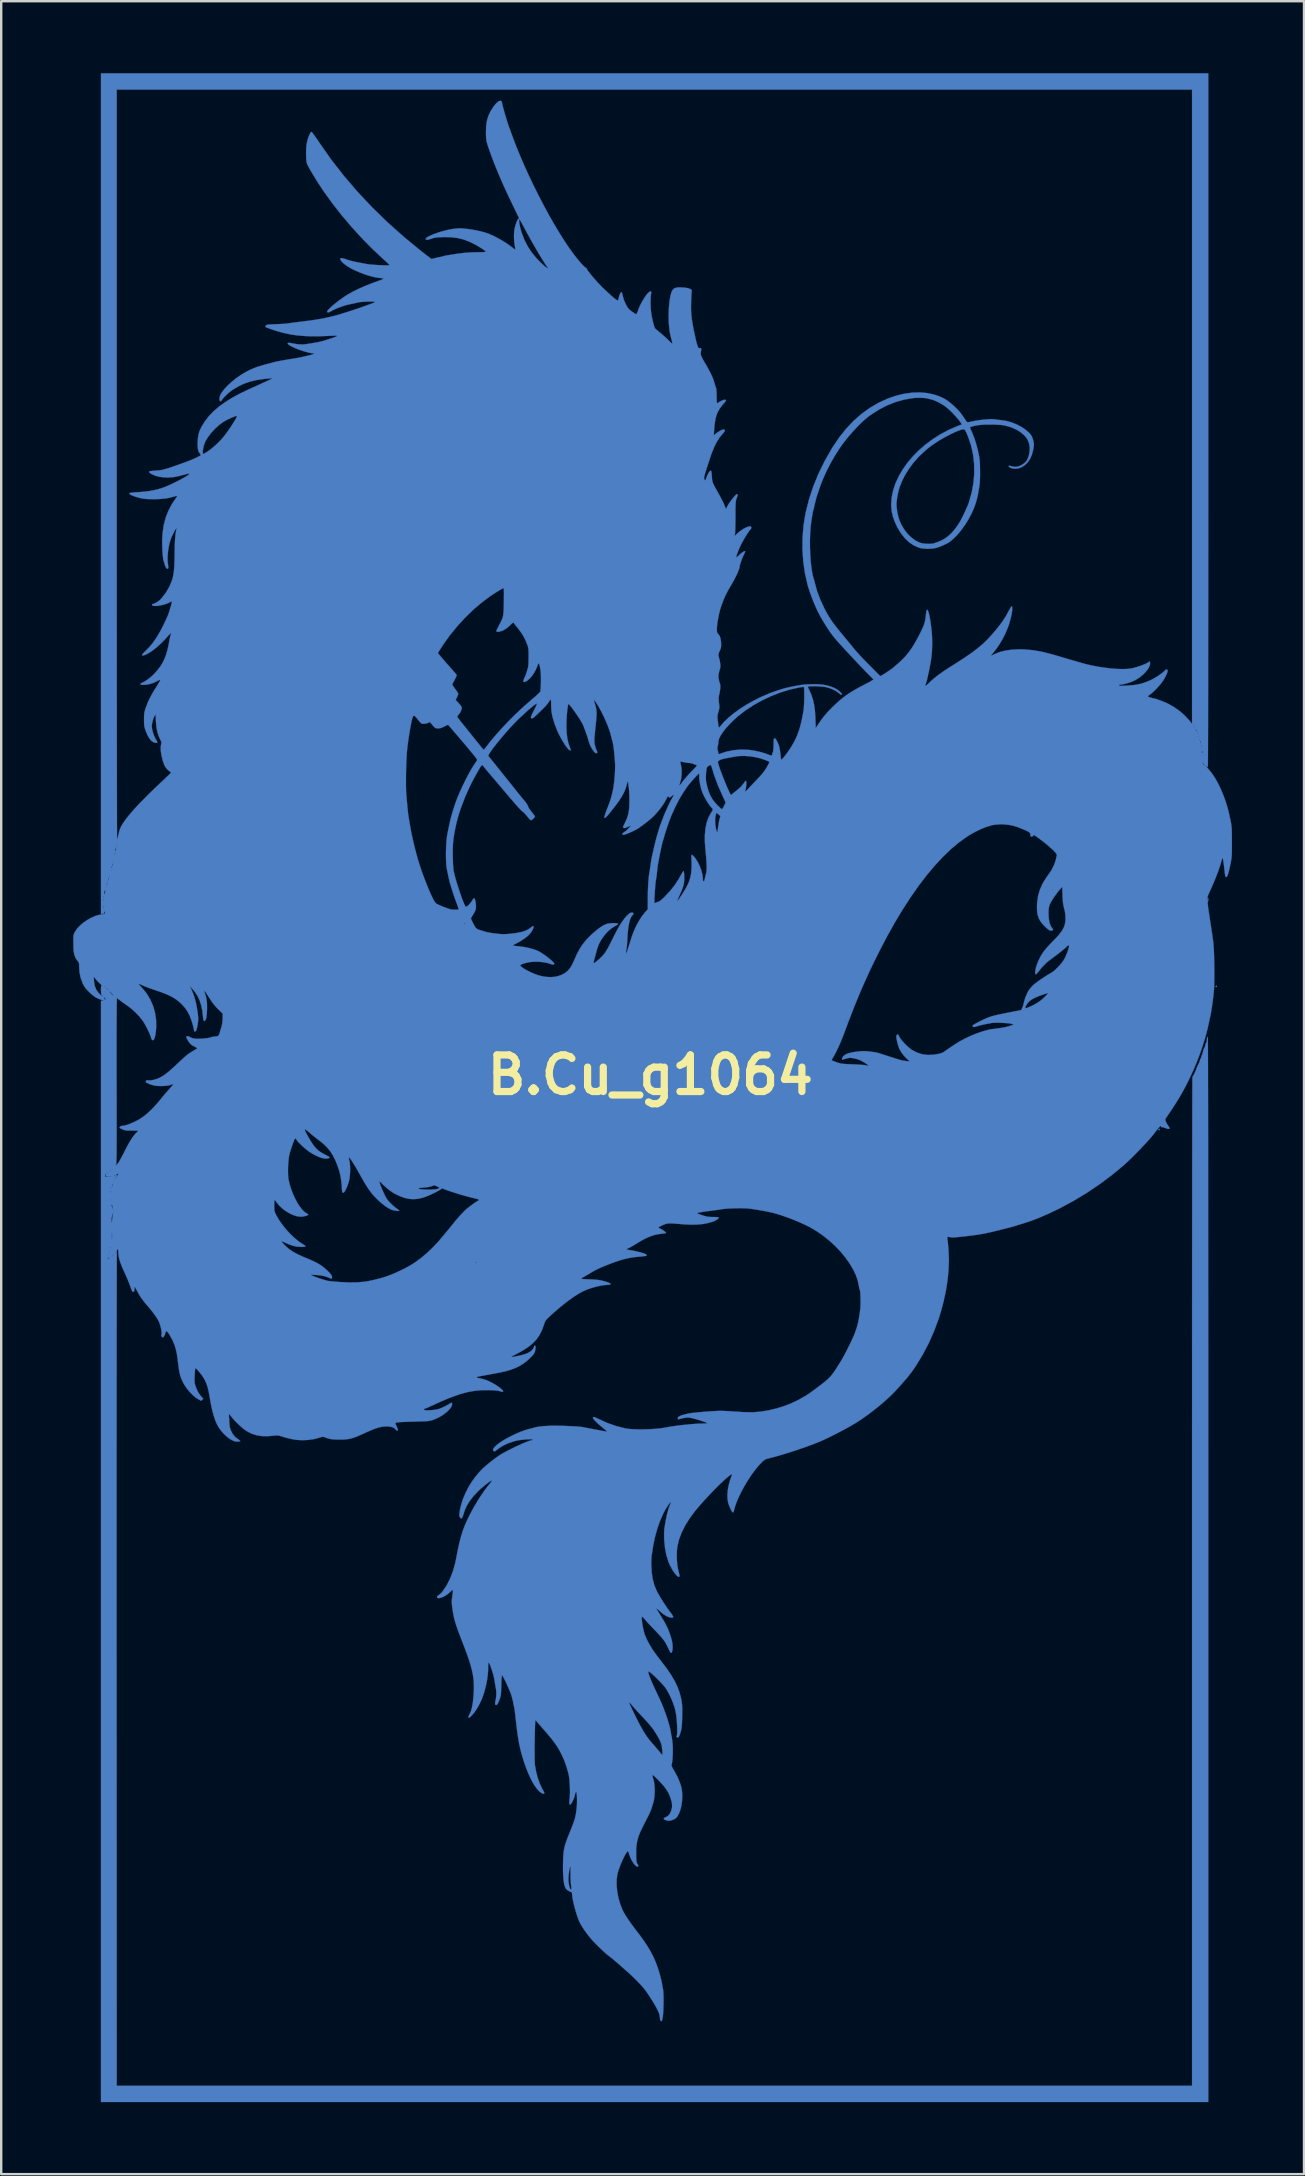
<source format=kicad_pcb>
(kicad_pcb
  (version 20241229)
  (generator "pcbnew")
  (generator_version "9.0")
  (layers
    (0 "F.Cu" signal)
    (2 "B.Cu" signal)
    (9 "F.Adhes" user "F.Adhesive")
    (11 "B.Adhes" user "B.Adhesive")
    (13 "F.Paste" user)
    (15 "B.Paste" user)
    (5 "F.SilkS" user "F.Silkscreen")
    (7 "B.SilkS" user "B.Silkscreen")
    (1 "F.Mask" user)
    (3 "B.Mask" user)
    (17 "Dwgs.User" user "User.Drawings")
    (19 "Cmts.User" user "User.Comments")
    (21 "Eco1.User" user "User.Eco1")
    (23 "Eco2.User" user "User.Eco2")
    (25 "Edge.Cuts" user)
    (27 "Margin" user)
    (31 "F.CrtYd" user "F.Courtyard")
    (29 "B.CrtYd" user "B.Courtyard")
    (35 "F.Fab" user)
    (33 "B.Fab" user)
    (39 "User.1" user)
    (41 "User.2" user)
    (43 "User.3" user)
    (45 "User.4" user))
  (footprint "B.Cu_g1064"
    (layer "F.Cu")
    (at 24.037 41.724)
    (property "Reference" "B.Cu_g1064" (at 0 0 0) (layer "F.SilkS") (effects (font (size 1.524 1.524) (thickness 0.3))))
    (attr through_hole)
    (fp_poly (pts (xy 21.225 2.256) (xy 21.225 2.269) (xy 21.204 2.297) (xy 21.179 2.3) (xy 21.167 2.277) (xy 21.184 2.248) (xy 21.2 2.244) (xy 21.225 2.256)) (stroke (width 0.01) (type solid)) (fill yes) (layer "B.Cu"))
    (fp_poly (pts (xy 23.601 -3.699) (xy 23.601 -3.696) (xy 23.585 -3.666) (xy 23.569 -3.662) (xy 23.541 -3.666) (xy 23.537 -3.67) (xy 23.551 -3.688) (xy 23.569 -3.704) (xy 23.594 -3.719) (xy 23.601 -3.699)) (stroke (width 0.01) (type solid)) (fill yes) (layer "B.Cu"))
    (fp_poly (pts (xy 23.241 -27.273) (xy 23.241 -26.442) (xy 23.241 -25.625) (xy 23.241 -24.825) (xy 23.241 -24.042) (xy 23.24 -23.278) (xy 23.24 -22.532) (xy 23.24 -21.807) (xy 23.239 -21.102) (xy 23.239 -20.42) (xy 23.238 -19.76) (xy 23.238 -19.124) (xy 23.237 -18.513) (xy 23.237 -17.928) (xy 23.236 -17.369) (xy 23.236 -16.839) (xy 23.235 -16.336) (xy 23.234 -15.863) (xy 23.233 -15.421) (xy 23.233 -15.01) (xy 23.232 -14.631) (xy 23.231 -14.286) (xy 23.23 -13.975) (xy 23.229 -13.699) (xy 23.228 -13.459) (xy 23.227 -13.256) (xy 23.226 -13.091) (xy 23.225 -12.965) (xy 23.224 -12.879) (xy 23.223 -12.834) (xy 23.222 -12.827) (xy 23.195 -12.841) (xy 23.177 -12.859) (xy 23.151 -12.881) (xy 23.14 -12.881) (xy 23.148 -12.862) (xy 23.18 -12.82) (xy 23.229 -12.764) (xy 23.248 -12.743) (xy 23.38 -12.581) (xy 23.512 -12.385) (xy 23.64 -12.159) (xy 23.761 -11.912) (xy 23.87 -11.649) (xy 23.91 -11.541) (xy 23.963 -11.391) (xy 24.006 -11.255) (xy 24.045 -11.124) (xy 24.081 -10.984) (xy 24.118 -10.825) (xy 24.157 -10.647) (xy 24.175 -10.557) (xy 24.19 -10.482) (xy 24.201 -10.412) (xy 24.21 -10.343) (xy 24.215 -10.267) (xy 24.219 -10.176) (xy 24.221 -10.066) (xy 24.223 -9.928) (xy 24.223 -9.756) (xy 24.223 -9.716) (xy 24.224 -9.535) (xy 24.223 -9.389) (xy 24.222 -9.273) (xy 24.219 -9.178) (xy 24.214 -9.099) (xy 24.207 -9.028) (xy 24.196 -8.958) (xy 24.183 -8.884) (xy 24.166 -8.797) (xy 24.165 -8.795) (xy 24.128 -8.616) (xy 24.094 -8.476) (xy 24.065 -8.371) (xy 24.038 -8.3) (xy 24.012 -8.258) (xy 24.011 -8.256) (xy 23.985 -8.238) (xy 23.965 -8.247) (xy 23.948 -8.288) (xy 23.934 -8.364) (xy 23.921 -8.477) (xy 23.904 -8.632) (xy 23.887 -8.769) (xy 23.871 -8.883) (xy 23.856 -8.969) (xy 23.843 -9.022) (xy 23.835 -9.038) (xy 23.822 -9.019) (xy 23.805 -8.971) (xy 23.793 -8.927) (xy 23.734 -8.721) (xy 23.653 -8.484) (xy 23.553 -8.221) (xy 23.434 -7.937) (xy 23.33 -7.703) (xy 23.272 -7.575) (xy 23.23 -7.478) (xy 23.203 -7.407) (xy 23.187 -7.356) (xy 23.182 -7.317) (xy 23.183 -7.289) (xy 23.189 -7.256) (xy 23.193 -7.261) (xy 23.195 -7.306) (xy 23.195 -7.308) (xy 23.203 -7.359) (xy 23.216 -7.386) (xy 23.22 -7.387) (xy 23.233 -7.369) (xy 23.24 -7.326) (xy 23.24 -7.274) (xy 23.233 -7.231) (xy 23.223 -7.214) (xy 23.218 -7.207) (xy 23.215 -7.188) (xy 23.216 -7.154) (xy 23.221 -7.102) (xy 23.229 -7.029) (xy 23.242 -6.931) (xy 23.26 -6.807) (xy 23.283 -6.651) (xy 23.311 -6.462) (xy 23.345 -6.236) (xy 23.37 -6.075) (xy 23.398 -5.891) (xy 23.421 -5.736) (xy 23.439 -5.601) (xy 23.453 -5.479) (xy 23.463 -5.362) (xy 23.471 -5.242) (xy 23.477 -5.11) (xy 23.482 -4.96) (xy 23.485 -4.782) (xy 23.489 -4.588) (xy 23.492 -4.288) (xy 23.492 -4.026) (xy 23.488 -3.804) (xy 23.482 -3.622) (xy 23.475 -3.519) (xy 23.463 -3.393) (xy 23.447 -3.249) (xy 23.428 -3.094) (xy 23.407 -2.938) (xy 23.386 -2.789) (xy 23.364 -2.654) (xy 23.345 -2.544) (xy 23.328 -2.466) (xy 23.326 -2.455) (xy 23.312 -2.4) (xy 23.294 -2.318) (xy 23.276 -2.225) (xy 23.271 -2.201) (xy 23.207 -1.909) (xy 23.123 -1.591) (xy 23.021 -1.257) (xy 22.905 -0.917) (xy 22.778 -0.58) (xy 22.643 -0.255) (xy 22.636 -0.239) (xy 22.516 0.025) (xy 22.4 0.27) (xy 22.281 0.502) (xy 22.157 0.73) (xy 22.023 0.959) (xy 21.876 1.197) (xy 21.711 1.451) (xy 21.524 1.728) (xy 21.454 1.83) (xy 21.45 1.87) (xy 21.468 1.933) (xy 21.506 2.013) (xy 21.559 2.099) (xy 21.574 2.12) (xy 21.608 2.172) (xy 21.629 2.21) (xy 21.632 2.22) (xy 21.615 2.246) (xy 21.565 2.247) (xy 21.484 2.223) (xy 21.454 2.211) (xy 21.385 2.187) (xy 21.329 2.174) (xy 21.302 2.173) (xy 21.277 2.168) (xy 21.273 2.149) (xy 21.264 2.122) (xy 21.254 2.12) (xy 21.231 2.14) (xy 21.191 2.184) (xy 21.138 2.246) (xy 21.081 2.316) (xy 21.025 2.387) (xy 21.006 2.413) (xy 20.931 2.509) (xy 20.83 2.628) (xy 20.709 2.764) (xy 20.572 2.913) (xy 20.426 3.068) (xy 20.275 3.225) (xy 20.124 3.378) (xy 19.979 3.52) (xy 19.845 3.647) (xy 19.738 3.745) (xy 19.247 4.153) (xy 18.724 4.545) (xy 18.178 4.913) (xy 17.618 5.251) (xy 17.052 5.555) (xy 16.986 5.588) (xy 16.571 5.785) (xy 16.184 5.952) (xy 15.827 6.089) (xy 15.497 6.197) (xy 15.415 6.22) (xy 15.339 6.242) (xy 15.278 6.261) (xy 15.246 6.273) (xy 15.244 6.274) (xy 15.217 6.283) (xy 15.157 6.3) (xy 15.068 6.325) (xy 14.958 6.354) (xy 14.835 6.386) (xy 14.703 6.42) (xy 14.57 6.454) (xy 14.443 6.485) (xy 14.33 6.513) (xy 14.17 6.55) (xy 14.024 6.582) (xy 13.886 6.61) (xy 13.749 6.635) (xy 13.605 6.658) (xy 13.449 6.68) (xy 13.275 6.702) (xy 13.074 6.725) (xy 12.841 6.75) (xy 12.711 6.763) (xy 12.598 6.768) (xy 12.504 6.761) (xy 12.478 6.755) (xy 12.422 6.744) (xy 12.384 6.745) (xy 12.378 6.748) (xy 12.372 6.776) (xy 12.375 6.832) (xy 12.381 6.88) (xy 12.389 6.941) (xy 12.398 7.034) (xy 12.409 7.149) (xy 12.42 7.275) (xy 12.425 7.35) (xy 12.437 7.726) (xy 12.422 8.126) (xy 12.38 8.546) (xy 12.313 8.978) (xy 12.22 9.417) (xy 12.104 9.855) (xy 12.009 10.158) (xy 11.818 10.675) (xy 11.595 11.177) (xy 11.343 11.657) (xy 11.066 12.109) (xy 11.011 12.192) (xy 10.955 12.273) (xy 10.908 12.34) (xy 10.874 12.386) (xy 10.86 12.404) (xy 10.841 12.426) (xy 10.806 12.47) (xy 10.783 12.502) (xy 10.735 12.564) (xy 10.663 12.651) (xy 10.574 12.754) (xy 10.475 12.868) (xy 10.371 12.985) (xy 10.268 13.097) (xy 10.173 13.2) (xy 10.092 13.284) (xy 10.05 13.326) (xy 9.83 13.53) (xy 9.587 13.74) (xy 9.331 13.947) (xy 9.072 14.145) (xy 8.819 14.325) (xy 8.582 14.48) (xy 8.561 14.493) (xy 8.403 14.587) (xy 8.217 14.692) (xy 8.011 14.803) (xy 7.797 14.916) (xy 7.583 15.025) (xy 7.381 15.124) (xy 7.201 15.208) (xy 7.144 15.234) (xy 6.934 15.321) (xy 6.692 15.415) (xy 6.427 15.511) (xy 6.146 15.608) (xy 5.86 15.702) (xy 5.576 15.791) (xy 5.304 15.871) (xy 5.052 15.939) (xy 4.921 15.972) (xy 4.844 15.993) (xy 4.785 16.017) (xy 4.731 16.054) (xy 4.668 16.11) (xy 4.639 16.137) (xy 4.497 16.289) (xy 4.349 16.471) (xy 4.201 16.675) (xy 4.056 16.896) (xy 3.919 17.126) (xy 3.792 17.357) (xy 3.682 17.583) (xy 3.591 17.797) (xy 3.524 17.992) (xy 3.501 18.082) (xy 3.479 18.159) (xy 3.457 18.209) (xy 3.441 18.224) (xy 3.417 18.206) (xy 3.384 18.156) (xy 3.345 18.083) (xy 3.306 17.995) (xy 3.269 17.902) (xy 3.246 17.833) (xy 3.217 17.679) (xy 3.21 17.499) (xy 3.226 17.3) (xy 3.263 17.091) (xy 3.32 16.88) (xy 3.396 16.676) (xy 3.396 16.674) (xy 3.403 16.641) (xy 3.384 16.636) (xy 3.34 16.659) (xy 3.275 16.706) (xy 3.19 16.776) (xy 3.088 16.867) (xy 2.971 16.976) (xy 2.841 17.101) (xy 2.702 17.241) (xy 2.553 17.393) (xy 2.4 17.555) (xy 2.242 17.724) (xy 2.143 17.834) (xy 1.874 18.15) (xy 1.646 18.458) (xy 1.458 18.756) (xy 1.31 19.048) (xy 1.202 19.333) (xy 1.132 19.612) (xy 1.131 19.619) (xy 1.109 19.797) (xy 1.101 19.996) (xy 1.107 20.204) (xy 1.125 20.407) (xy 1.154 20.594) (xy 1.189 20.729) (xy 1.212 20.819) (xy 1.215 20.876) (xy 1.2 20.903) (xy 1.172 20.903) (xy 1.131 20.878) (xy 1.082 20.831) (xy 1.026 20.765) (xy 0.967 20.683) (xy 0.906 20.588) (xy 0.847 20.482) (xy 0.792 20.369) (xy 0.753 20.273) (xy 0.669 20.001) (xy 0.611 19.703) (xy 0.581 19.385) (xy 0.578 19.336) (xy 0.575 19.201) (xy 0.576 19.071) (xy 0.581 18.958) (xy 0.588 18.875) (xy 0.589 18.87) (xy 0.641 18.558) (xy 0.698 18.289) (xy 0.76 18.061) (xy 0.828 17.874) (xy 0.836 17.855) (xy 0.856 17.805) (xy 0.859 17.787) (xy 0.845 17.794) (xy 0.838 17.8) (xy 0.802 17.839) (xy 0.752 17.907) (xy 0.695 17.995) (xy 0.635 18.092) (xy 0.579 18.19) (xy 0.545 18.256) (xy 0.415 18.549) (xy 0.3 18.871) (xy 0.203 19.21) (xy 0.128 19.556) (xy 0.094 19.77) (xy 0.081 19.867) (xy 0.067 19.954) (xy 0.057 20.017) (xy 0.052 20.042) (xy 0.048 20.081) (xy 0.045 20.153) (xy 0.042 20.249) (xy 0.041 20.359) (xy 0.042 20.391) (xy 0.057 20.709) (xy 0.099 20.997) (xy 0.17 21.259) (xy 0.269 21.495) (xy 0.338 21.623) (xy 0.426 21.774) (xy 0.527 21.937) (xy 0.635 22.101) (xy 0.742 22.256) (xy 0.841 22.391) (xy 0.86 22.417) (xy 0.907 22.481) (xy 0.94 22.537) (xy 0.952 22.573) (xy 0.953 22.573) (xy 0.947 22.596) (xy 0.922 22.605) (xy 0.867 22.602) (xy 0.859 22.601) (xy 0.755 22.578) (xy 0.65 22.53) (xy 0.536 22.453) (xy 0.428 22.363) (xy 0.361 22.304) (xy 0.306 22.258) (xy 0.271 22.23) (xy 0.263 22.225) (xy 0.26 22.231) (xy 0.269 22.253) (xy 0.291 22.294) (xy 0.33 22.359) (xy 0.388 22.453) (xy 0.447 22.547) (xy 0.572 22.753) (xy 0.673 22.942) (xy 0.756 23.124) (xy 0.826 23.313) (xy 0.888 23.519) (xy 0.89 23.525) (xy 0.914 23.639) (xy 0.927 23.757) (xy 0.93 23.869) (xy 0.921 23.964) (xy 0.901 24.033) (xy 0.885 24.058) (xy 0.869 24.071) (xy 0.854 24.069) (xy 0.836 24.049) (xy 0.81 24.006) (xy 0.774 23.933) (xy 0.732 23.845) (xy 0.689 23.756) (xy 0.648 23.678) (xy 0.605 23.607) (xy 0.556 23.537) (xy 0.497 23.461) (xy 0.423 23.376) (xy 0.329 23.274) (xy 0.213 23.151) (xy 0.137 23.073) (xy 0.043 22.973) (xy -0.049 22.876) (xy -0.13 22.787) (xy -0.194 22.716) (xy -0.23 22.675) (xy -0.279 22.619) (xy -0.319 22.579) (xy -0.343 22.564) (xy -0.343 22.564) (xy -0.354 22.583) (xy -0.357 22.636) (xy -0.352 22.716) (xy -0.34 22.814) (xy -0.323 22.925) (xy -0.301 23.04) (xy -0.276 23.153) (xy -0.249 23.255) (xy -0.223 23.333) (xy -0.141 23.523) (xy -0.035 23.723) (xy 0.098 23.937) (xy 0.26 24.168) (xy 0.453 24.42) (xy 0.463 24.433) (xy 0.677 24.712) (xy 0.856 24.974) (xy 1.002 25.221) (xy 1.119 25.457) (xy 1.207 25.687) (xy 1.262 25.887) (xy 1.287 25.998) (xy 1.305 26.094) (xy 1.318 26.184) (xy 1.326 26.277) (xy 1.33 26.381) (xy 1.33 26.507) (xy 1.328 26.663) (xy 1.327 26.723) (xy 1.323 26.881) (xy 1.318 27.004) (xy 1.313 27.1) (xy 1.305 27.176) (xy 1.295 27.24) (xy 1.282 27.3) (xy 1.264 27.362) (xy 1.264 27.363) (xy 1.237 27.447) (xy 1.211 27.517) (xy 1.19 27.562) (xy 1.185 27.57) (xy 1.144 27.599) (xy 1.11 27.594) (xy 1.093 27.562) (xy 1.104 27.512) (xy 1.105 27.511) (xy 1.115 27.467) (xy 1.12 27.389) (xy 1.121 27.285) (xy 1.118 27.162) (xy 1.112 27.029) (xy 1.102 26.893) (xy 1.09 26.762) (xy 1.075 26.645) (xy 1.062 26.565) (xy 1.041 26.467) (xy 1.022 26.385) (xy 1.006 26.326) (xy 0.997 26.3) (xy 0.979 26.265) (xy 0.965 26.22) (xy 0.939 26.137) (xy 0.897 26.03) (xy 0.842 25.909) (xy 0.782 25.785) (xy 0.72 25.671) (xy 0.663 25.576) (xy 0.613 25.507) (xy 0.545 25.425) (xy 0.466 25.335) (xy 0.378 25.242) (xy 0.286 25.149) (xy 0.196 25.061) (xy 0.111 24.983) (xy 0.037 24.919) (xy -0.023 24.873) (xy -0.064 24.849) (xy -0.081 24.853) (xy -0.081 24.853) (xy -0.079 24.902) (xy -0.06 24.977) (xy -0.023 25.082) (xy 0.032 25.217) (xy 0.106 25.385) (xy 0.199 25.588) (xy 0.205 25.601) (xy 0.279 25.757) (xy 0.337 25.88) (xy 0.382 25.977) (xy 0.417 26.053) (xy 0.445 26.115) (xy 0.469 26.169) (xy 0.49 26.22) (xy 0.512 26.274) (xy 0.537 26.337) (xy 0.553 26.378) (xy 0.632 26.587) (xy 0.704 26.796) (xy 0.765 26.997) (xy 0.814 27.182) (xy 0.848 27.34) (xy 0.857 27.4) (xy 0.869 27.477) (xy 0.884 27.548) (xy 0.89 27.57) (xy 0.899 27.616) (xy 0.91 27.693) (xy 0.921 27.79) (xy 0.929 27.878) (xy 0.935 27.988) (xy 0.937 28.113) (xy 0.936 28.245) (xy 0.931 28.377) (xy 0.923 28.5) (xy 0.913 28.605) (xy 0.9 28.684) (xy 0.887 28.727) (xy 0.882 28.753) (xy 0.892 28.792) (xy 0.919 28.851) (xy 0.967 28.936) (xy 0.983 28.964) (xy 1.053 29.085) (xy 1.109 29.191) (xy 1.158 29.297) (xy 1.208 29.417) (xy 1.254 29.538) (xy 1.299 29.696) (xy 1.324 29.873) (xy 1.331 30.06) (xy 1.321 30.25) (xy 1.295 30.436) (xy 1.253 30.608) (xy 1.196 30.761) (xy 1.127 30.885) (xy 1.076 30.946) (xy 1.015 30.99) (xy 0.932 31.029) (xy 0.896 31.041) (xy 0.821 31.06) (xy 0.764 31.065) (xy 0.705 31.056) (xy 0.668 31.046) (xy 0.592 31.018) (xy 0.558 30.989) (xy 0.567 30.959) (xy 0.618 30.927) (xy 0.646 30.915) (xy 0.736 30.862) (xy 0.808 30.779) (xy 0.863 30.661) (xy 0.878 30.617) (xy 0.903 30.51) (xy 0.907 30.408) (xy 0.891 30.295) (xy 0.869 30.205) (xy 0.818 30.048) (xy 0.754 29.904) (xy 0.671 29.764) (xy 0.565 29.622) (xy 0.43 29.47) (xy 0.325 29.361) (xy 0.23 29.267) (xy 0.162 29.203) (xy 0.117 29.169) (xy 0.094 29.165) (xy 0.089 29.19) (xy 0.101 29.244) (xy 0.125 29.327) (xy 0.128 29.336) (xy 0.16 29.478) (xy 0.179 29.646) (xy 0.184 29.828) (xy 0.176 30.01) (xy 0.155 30.179) (xy 0.127 30.3) (xy 0.097 30.4) (xy 0.071 30.484) (xy 0.047 30.558) (xy 0.021 30.628) (xy -0.009 30.7) (xy -0.045 30.779) (xy -0.09 30.873) (xy -0.147 30.985) (xy -0.217 31.124) (xy -0.304 31.293) (xy -0.311 31.307) (xy -0.411 31.513) (xy -0.487 31.699) (xy -0.539 31.877) (xy -0.572 32.058) (xy -0.589 32.254) (xy -0.59 32.476) (xy -0.589 32.521) (xy -0.586 32.638) (xy -0.581 32.721) (xy -0.574 32.778) (xy -0.563 32.819) (xy -0.547 32.851) (xy -0.532 32.873) (xy -0.502 32.919) (xy -0.498 32.946) (xy -0.511 32.959) (xy -0.542 32.974) (xy -0.568 32.97) (xy -0.605 32.941) (xy -0.62 32.927) (xy -0.693 32.843) (xy -0.765 32.731) (xy -0.827 32.607) (xy -0.865 32.504) (xy -0.889 32.43) (xy -0.909 32.372) (xy -0.922 32.341) (xy -0.922 32.341) (xy -0.943 32.337) (xy -0.975 32.368) (xy -1.016 32.428) (xy -1.064 32.512) (xy -1.116 32.615) (xy -1.17 32.731) (xy -1.223 32.854) (xy -1.272 32.98) (xy -1.316 33.103) (xy -1.352 33.218) (xy -1.376 33.319) (xy -1.378 33.327) (xy -1.403 33.543) (xy -1.402 33.781) (xy -1.375 34.033) (xy -1.325 34.288) (xy -1.253 34.538) (xy -1.161 34.774) (xy -1.154 34.787) (xy -1.095 34.901) (xy -1.011 35.039) (xy -0.908 35.197) (xy -0.788 35.367) (xy -0.657 35.544) (xy -0.604 35.613) (xy -0.413 35.863) (xy -0.251 36.09) (xy -0.112 36.301) (xy 0.007 36.502) (xy 0.11 36.698) (xy 0.2 36.896) (xy 0.23 36.969) (xy 0.289 37.126) (xy 0.347 37.301) (xy 0.4 37.48) (xy 0.445 37.652) (xy 0.478 37.802) (xy 0.486 37.846) (xy 0.501 37.938) (xy 0.517 38.027) (xy 0.531 38.093) (xy 0.54 38.16) (xy 0.546 38.261) (xy 0.55 38.387) (xy 0.551 38.529) (xy 0.55 38.68) (xy 0.547 38.83) (xy 0.542 38.972) (xy 0.534 39.096) (xy 0.525 39.194) (xy 0.517 39.243) (xy 0.499 39.329) (xy 0.485 39.381) (xy 0.473 39.406) (xy 0.459 39.412) (xy 0.438 39.406) (xy 0.437 39.406) (xy 0.416 39.377) (xy 0.403 39.307) (xy 0.399 39.261) (xy 0.388 39.173) (xy 0.363 39.086) (xy 0.32 38.984) (xy 0.302 38.947) (xy 0.238 38.823) (xy 0.154 38.676) (xy 0.058 38.518) (xy -0.044 38.359) (xy -0.144 38.211) (xy -0.208 38.121) (xy -0.277 38.035) (xy -0.371 37.928) (xy -0.484 37.808) (xy -0.608 37.681) (xy -0.737 37.554) (xy -0.864 37.435) (xy -0.974 37.337) (xy -1.057 37.264) (xy -1.143 37.189) (xy -1.217 37.123) (xy -1.238 37.104) (xy -1.341 37.012) (xy -1.451 36.918) (xy -1.556 36.83) (xy -1.649 36.756) (xy -1.704 36.714) (xy -1.781 36.653) (xy -1.879 36.568) (xy -1.991 36.466) (xy -2.11 36.353) (xy -2.228 36.237) (xy -2.338 36.124) (xy -2.422 36.035) (xy -2.585 35.841) (xy -2.735 35.638) (xy -2.864 35.439) (xy -2.936 35.307) (xy -2.984 35.199) (xy -3.035 35.063) (xy -3.086 34.907) (xy -3.134 34.741) (xy -3.178 34.574) (xy -3.215 34.415) (xy -3.242 34.273) (xy -3.256 34.157) (xy -3.259 34.115) (xy -3.265 34.058) (xy -3.286 34.037) (xy -3.292 34.036) (xy -3.331 34.024) (xy -3.388 33.995) (xy -3.448 33.957) (xy -3.495 33.919) (xy -3.507 33.906) (xy -3.551 33.828) (xy -3.587 33.71) (xy -3.613 33.553) (xy -3.617 33.496) (xy -3.412 33.496) (xy -3.408 33.585) (xy -3.397 33.677) (xy -3.38 33.764) (xy -3.36 33.84) (xy -3.339 33.898) (xy -3.318 33.928) (xy -3.3 33.926) (xy -3.298 33.922) (xy -3.288 33.869) (xy -3.296 33.778) (xy -3.3 33.752) (xy -3.308 33.684) (xy -3.315 33.584) (xy -3.32 33.465) (xy -3.323 33.337) (xy -3.323 33.285) (xy -3.324 33.172) (xy -3.325 33.077) (xy -3.328 33.006) (xy -3.331 32.966) (xy -3.333 32.96) (xy -3.346 32.99) (xy -3.361 33.053) (xy -3.376 33.139) (xy -3.39 33.236) (xy -3.402 33.336) (xy -3.41 33.429) (xy -3.412 33.496) (xy -3.617 33.496) (xy -3.629 33.356) (xy -3.637 33.119) (xy -3.636 32.841) (xy -3.635 32.825) (xy -3.629 32.629) (xy -3.62 32.465) (xy -3.605 32.323) (xy -3.581 32.192) (xy -3.548 32.063) (xy -3.503 31.925) (xy -3.444 31.767) (xy -3.403 31.665) (xy -3.335 31.497) (xy -3.282 31.363) (xy -3.24 31.256) (xy -3.207 31.172) (xy -3.183 31.104) (xy -3.164 31.046) (xy -3.148 30.993) (xy -3.134 30.939) (xy -3.132 30.932) (xy -3.094 30.747) (xy -3.068 30.539) (xy -3.054 30.327) (xy -3.055 30.128) (xy -3.056 30.101) (xy -3.062 30.008) (xy -3.07 29.933) (xy -3.077 29.883) (xy -3.081 29.869) (xy -3.1 29.871) (xy -3.12 29.909) (xy -3.137 29.973) (xy -3.142 29.999) (xy -3.159 30.064) (xy -3.191 30.147) (xy -3.23 30.235) (xy -3.271 30.312) (xy -3.308 30.366) (xy -3.314 30.373) (xy -3.346 30.395) (xy -3.366 30.381) (xy -3.374 30.328) (xy -3.37 30.237) (xy -3.363 30.172) (xy -3.351 30.029) (xy -3.346 29.862) (xy -3.349 29.682) (xy -3.358 29.502) (xy -3.372 29.333) (xy -3.392 29.187) (xy -3.407 29.115) (xy -3.491 28.811) (xy -3.593 28.531) (xy -3.713 28.27) (xy -3.774 28.155) (xy -3.835 28.047) (xy -3.9 27.942) (xy -3.973 27.836) (xy -4.056 27.724) (xy -4.155 27.6) (xy -4.272 27.46) (xy -4.411 27.299) (xy -4.575 27.112) (xy -4.58 27.106) (xy -4.641 27.037) (xy -4.693 26.975) (xy -4.729 26.932) (xy -4.737 26.921) (xy -4.766 26.89) (xy -4.782 26.882) (xy -4.788 26.902) (xy -4.794 26.959) (xy -4.799 27.049) (xy -4.804 27.165) (xy -4.808 27.303) (xy -4.812 27.457) (xy -4.815 27.623) (xy -4.817 27.794) (xy -4.819 27.966) (xy -4.82 28.134) (xy -4.819 28.293) (xy -4.818 28.437) (xy -4.816 28.561) (xy -4.813 28.66) (xy -4.808 28.728) (xy -4.806 28.744) (xy -4.758 29.014) (xy -4.691 29.272) (xy -4.607 29.511) (xy -4.511 29.72) (xy -4.472 29.788) (xy -4.428 29.87) (xy -4.415 29.922) (xy -4.431 29.943) (xy -4.477 29.935) (xy -4.523 29.915) (xy -4.615 29.849) (xy -4.713 29.745) (xy -4.814 29.607) (xy -4.915 29.438) (xy -5.014 29.244) (xy -5.11 29.026) (xy -5.195 28.802) (xy -5.266 28.596) (xy -5.326 28.404) (xy -5.379 28.221) (xy -5.424 28.038) (xy -5.465 27.849) (xy -5.501 27.647) (xy -5.534 27.425) (xy -5.566 27.177) (xy -5.598 26.895) (xy -5.608 26.808) (xy -5.623 26.675) (xy -5.638 26.552) (xy -5.651 26.446) (xy -5.663 26.366) (xy -5.672 26.321) (xy -5.688 26.251) (xy -5.706 26.164) (xy -5.713 26.129) (xy -0.884 26.129) (xy -0.878 26.15) (xy -0.857 26.204) (xy -0.822 26.283) (xy -0.776 26.383) (xy -0.722 26.496) (xy -0.664 26.618) (xy -0.603 26.743) (xy -0.543 26.863) (xy -0.486 26.975) (xy -0.436 27.071) (xy -0.435 27.072) (xy -0.306 27.302) (xy -0.185 27.496) (xy -0.067 27.662) (xy 0.051 27.806) (xy 0.068 27.825) (xy 0.144 27.91) (xy 0.231 28.01) (xy 0.316 28.11) (xy 0.346 28.146) (xy 0.406 28.218) (xy 0.456 28.275) (xy 0.49 28.311) (xy 0.502 28.321) (xy 0.506 28.302) (xy 0.505 28.25) (xy 0.501 28.175) (xy 0.499 28.146) (xy 0.484 28.01) (xy 0.464 27.901) (xy 0.434 27.803) (xy 0.39 27.701) (xy 0.377 27.676) (xy 0.346 27.618) (xy 0.302 27.542) (xy 0.25 27.455) (xy 0.195 27.368) (xy 0.143 27.287) (xy 0.1 27.223) (xy 0.07 27.184) (xy 0.065 27.178) (xy 0.046 27.157) (xy 0.01 27.113) (xy -0.032 27.062) (xy -0.079 27.006) (xy -0.147 26.929) (xy -0.228 26.842) (xy -0.311 26.753) (xy -0.319 26.744) (xy -0.482 26.572) (xy -0.623 26.417) (xy -0.754 26.266) (xy -0.803 26.208) (xy -0.845 26.161) (xy -0.875 26.133) (xy -0.884 26.129) (xy -5.713 26.129) (xy -5.717 26.109) (xy -5.735 26.029) (xy -5.762 25.927) (xy -5.793 25.822) (xy -5.803 25.792) (xy -5.831 25.715) (xy -5.869 25.621) (xy -5.915 25.514) (xy -5.966 25.402) (xy -6.017 25.292) (xy -6.067 25.19) (xy -6.112 25.104) (xy -6.148 25.039) (xy -6.172 25.003) (xy -6.179 24.998) (xy -6.185 25.018) (xy -6.191 25.074) (xy -6.197 25.16) (xy -6.203 25.268) (xy -6.207 25.394) (xy -6.207 25.416) (xy -6.211 25.564) (xy -6.216 25.678) (xy -6.221 25.765) (xy -6.229 25.833) (xy -6.241 25.89) (xy -6.256 25.945) (xy -6.27 25.986) (xy -6.318 26.112) (xy -6.362 26.197) (xy -6.402 26.24) (xy -6.423 26.247) (xy -6.456 26.229) (xy -6.466 26.175) (xy -6.454 26.087) (xy -6.445 26.049) (xy -6.424 25.926) (xy -6.415 25.786) (xy -6.419 25.648) (xy -6.434 25.543) (xy -6.446 25.483) (xy -6.461 25.395) (xy -6.478 25.294) (xy -6.487 25.231) (xy -6.509 25.112) (xy -6.539 24.984) (xy -6.572 24.868) (xy -6.585 24.828) (xy -6.617 24.739) (xy -6.646 24.658) (xy -6.667 24.598) (xy -6.672 24.585) (xy -6.697 24.529) (xy -6.723 24.491) (xy -6.736 24.482) (xy -6.745 24.494) (xy -6.75 24.533) (xy -6.752 24.604) (xy -6.753 24.671) (xy -6.756 24.788) (xy -6.766 24.925) (xy -6.781 25.066) (xy -6.799 25.198) (xy -6.818 25.305) (xy -6.823 25.326) (xy -6.833 25.367) (xy -6.848 25.436) (xy -6.866 25.516) (xy -6.866 25.516) (xy -6.926 25.741) (xy -7.007 25.968) (xy -7.106 26.187) (xy -7.218 26.388) (xy -7.338 26.564) (xy -7.434 26.678) (xy -7.504 26.743) (xy -7.551 26.773) (xy -7.575 26.769) (xy -7.574 26.731) (xy -7.547 26.662) (xy -7.515 26.601) (xy -7.465 26.484) (xy -7.424 26.326) (xy -7.391 26.129) (xy -7.366 25.891) (xy -7.354 25.707) (xy -7.348 25.537) (xy -7.35 25.375) (xy -7.359 25.217) (xy -7.378 25.058) (xy -7.408 24.893) (xy -7.448 24.718) (xy -7.502 24.528) (xy -7.569 24.319) (xy -7.651 24.085) (xy -7.749 23.822) (xy -7.863 23.527) (xy -7.867 23.516) (xy -7.957 23.284) (xy -8.031 23.083) (xy -8.091 22.907) (xy -8.139 22.749) (xy -8.177 22.602) (xy -8.206 22.46) (xy -8.23 22.316) (xy -8.236 22.278) (xy -8.253 22.152) (xy -8.264 22.056) (xy -8.27 21.979) (xy -8.269 21.91) (xy -8.264 21.839) (xy -8.254 21.753) (xy -8.247 21.703) (xy -8.235 21.606) (xy -8.226 21.525) (xy -8.222 21.468) (xy -8.223 21.445) (xy -8.242 21.454) (xy -8.283 21.486) (xy -8.339 21.536) (xy -8.36 21.556) (xy -8.448 21.63) (xy -8.542 21.693) (xy -8.636 21.743) (xy -8.724 21.776) (xy -8.798 21.792) (xy -8.853 21.787) (xy -8.883 21.759) (xy -8.885 21.749) (xy -8.875 21.711) (xy -8.83 21.674) (xy -8.814 21.665) (xy -8.761 21.626) (xy -8.698 21.566) (xy -8.648 21.506) (xy -8.484 21.262) (xy -8.343 20.985) (xy -8.225 20.682) (xy -8.133 20.357) (xy -8.097 20.188) (xy -8.047 19.927) (xy -8.001 19.702) (xy -7.957 19.505) (xy -7.913 19.329) (xy -7.868 19.168) (xy -7.821 19.015) (xy -7.808 18.976) (xy -7.727 18.763) (xy -7.622 18.527) (xy -7.498 18.277) (xy -7.36 18.021) (xy -7.211 17.768) (xy -7.057 17.525) (xy -6.903 17.302) (xy -6.753 17.106) (xy -6.733 17.082) (xy -6.674 17.01) (xy -6.628 16.949) (xy -6.6 16.908) (xy -6.594 16.894) (xy -6.619 16.897) (xy -6.669 16.925) (xy -6.738 16.973) (xy -6.822 17.036) (xy -6.915 17.11) (xy -7.01 17.19) (xy -7.103 17.272) (xy -7.185 17.35) (xy -7.376 17.555) (xy -7.53 17.754) (xy -7.649 17.952) (xy -7.737 18.154) (xy -7.766 18.246) (xy -7.801 18.358) (xy -7.83 18.431) (xy -7.857 18.469) (xy -7.883 18.474) (xy -7.911 18.45) (xy -7.929 18.425) (xy -7.947 18.394) (xy -7.955 18.358) (xy -7.955 18.309) (xy -7.947 18.234) (xy -7.941 18.186) (xy -7.921 18.078) (xy -7.891 17.949) (xy -7.853 17.815) (xy -7.813 17.69) (xy -7.775 17.59) (xy -7.77 17.579) (xy -7.752 17.54) (xy -7.723 17.475) (xy -7.689 17.396) (xy -7.681 17.378) (xy -7.575 17.169) (xy -7.441 16.951) (xy -7.288 16.738) (xy -7.123 16.54) (xy -6.968 16.381) (xy -6.87 16.294) (xy -6.751 16.194) (xy -6.622 16.09) (xy -6.492 15.99) (xy -6.374 15.904) (xy -6.287 15.844) (xy -6.182 15.78) (xy -6.056 15.709) (xy -5.915 15.635) (xy -5.765 15.559) (xy -5.611 15.484) (xy -5.46 15.414) (xy -5.316 15.35) (xy -5.187 15.296) (xy -5.078 15.254) (xy -4.995 15.228) (xy -4.944 15.219) (xy -4.906 15.204) (xy -4.898 15.194) (xy -4.908 15.182) (xy -4.953 15.176) (xy -5.025 15.175) (xy -5.117 15.178) (xy -5.222 15.185) (xy -5.332 15.196) (xy -5.44 15.209) (xy -5.538 15.225) (xy -5.621 15.242) (xy -5.679 15.259) (xy -5.683 15.261) (xy -5.738 15.282) (xy -5.779 15.294) (xy -5.929 15.345) (xy -6.088 15.418) (xy -6.24 15.505) (xy -6.371 15.598) (xy -6.42 15.639) (xy -6.464 15.674) (xy -6.497 15.679) (xy -6.515 15.671) (xy -6.548 15.639) (xy -6.551 15.598) (xy -6.522 15.543) (xy -6.484 15.495) (xy -6.399 15.413) (xy -6.281 15.323) (xy -6.136 15.228) (xy -5.97 15.132) (xy -5.792 15.038) (xy -5.607 14.949) (xy -5.422 14.87) (xy -5.245 14.804) (xy -5.082 14.754) (xy -5.031 14.742) (xy -4.948 14.722) (xy -4.875 14.703) (xy -4.827 14.688) (xy -4.826 14.688) (xy -4.729 14.663) (xy -4.592 14.642) (xy -4.418 14.626) (xy -4.21 14.614) (xy -4.17 14.612) (xy -4.053 14.61) (xy -3.911 14.61) (xy -3.752 14.613) (xy -3.584 14.617) (xy -3.414 14.624) (xy -3.249 14.631) (xy -3.099 14.64) (xy -2.969 14.65) (xy -2.869 14.66) (xy -2.815 14.668) (xy -2.751 14.681) (xy -2.654 14.699) (xy -2.534 14.722) (xy -2.4 14.747) (xy -2.263 14.773) (xy -2.13 14.798) (xy -2.012 14.821) (xy -1.98 14.827) (xy -1.902 14.84) (xy -1.841 14.849) (xy -1.808 14.852) (xy -1.805 14.851) (xy -1.817 14.836) (xy -1.856 14.8) (xy -1.914 14.751) (xy -1.952 14.72) (xy -2.057 14.633) (xy -2.157 14.545) (xy -2.245 14.462) (xy -2.317 14.388) (xy -2.367 14.329) (xy -2.391 14.289) (xy -2.392 14.283) (xy -2.385 14.256) (xy -2.36 14.248) (xy -2.313 14.259) (xy -2.239 14.29) (xy -2.164 14.327) (xy -1.794 14.493) (xy -1.421 14.624) (xy -1.053 14.718) (xy -1.005 14.727) (xy -0.88 14.744) (xy -0.721 14.756) (xy -0.539 14.762) (xy -0.34 14.763) (xy -0.134 14.758) (xy 0.069 14.749) (xy 0.262 14.736) (xy 0.436 14.718) (xy 0.581 14.695) (xy 0.614 14.689) (xy 0.757 14.662) (xy 0.931 14.634) (xy 1.127 14.607) (xy 1.335 14.582) (xy 1.544 14.56) (xy 1.745 14.542) (xy 1.929 14.529) (xy 2.085 14.522) (xy 2.143 14.521) (xy 2.236 14.519) (xy 2.31 14.515) (xy 2.358 14.51) (xy 2.371 14.504) (xy 2.351 14.49) (xy 2.299 14.467) (xy 2.221 14.439) (xy 2.125 14.407) (xy 2.019 14.373) (xy 1.91 14.341) (xy 1.807 14.312) (xy 1.716 14.29) (xy 1.646 14.275) (xy 1.62 14.272) (xy 1.486 14.274) (xy 1.326 14.302) (xy 1.18 14.342) (xy 1.151 14.341) (xy 1.143 14.307) (xy 1.143 14.304) (xy 1.153 14.266) (xy 1.187 14.231) (xy 1.248 14.198) (xy 1.34 14.165) (xy 1.467 14.131) (xy 1.623 14.096) (xy 1.689 14.086) (xy 1.79 14.073) (xy 1.917 14.06) (xy 2.063 14.046) (xy 2.219 14.032) (xy 2.38 14.02) (xy 2.535 14.009) (xy 2.679 14) (xy 2.802 13.994) (xy 2.897 13.991) (xy 2.909 13.991) (xy 3.007 13.993) (xy 3.136 13.998) (xy 3.283 14.005) (xy 3.439 14.014) (xy 3.59 14.025) (xy 3.832 14.041) (xy 4.055 14.048) (xy 4.249 14.049) (xy 4.318 14.047) (xy 4.621 14.02) (xy 4.938 13.966) (xy 5.258 13.89) (xy 5.573 13.792) (xy 5.872 13.677) (xy 6.146 13.547) (xy 6.302 13.459) (xy 6.368 13.42) (xy 6.42 13.39) (xy 6.446 13.378) (xy 6.448 13.377) (xy 6.472 13.365) (xy 6.524 13.331) (xy 6.6 13.279) (xy 6.693 13.213) (xy 6.799 13.136) (xy 6.912 13.052) (xy 7.027 12.965) (xy 7.059 12.941) (xy 7.184 12.845) (xy 7.288 12.761) (xy 7.378 12.683) (xy 7.457 12.607) (xy 7.53 12.527) (xy 7.601 12.437) (xy 7.676 12.331) (xy 7.759 12.206) (xy 7.855 12.054) (xy 7.959 11.885) (xy 8.016 11.786) (xy 8.085 11.661) (xy 8.16 11.518) (xy 8.237 11.365) (xy 8.314 11.211) (xy 8.384 11.063) (xy 8.445 10.93) (xy 8.493 10.82) (xy 8.517 10.76) (xy 8.56 10.636) (xy 8.596 10.529) (xy 8.625 10.431) (xy 8.65 10.333) (xy 8.672 10.228) (xy 8.693 10.106) (xy 8.715 9.96) (xy 8.741 9.781) (xy 8.744 9.758) (xy 8.752 9.68) (xy 8.756 9.58) (xy 8.758 9.466) (xy 8.757 9.346) (xy 8.754 9.228) (xy 8.749 9.121) (xy 8.742 9.033) (xy 8.733 8.972) (xy 8.725 8.948) (xy 8.711 8.914) (xy 8.697 8.852) (xy 8.688 8.795) (xy 8.641 8.567) (xy 8.558 8.328) (xy 8.44 8.084) (xy 8.291 7.836) (xy 8.115 7.59) (xy 7.913 7.348) (xy 7.69 7.115) (xy 7.447 6.894) (xy 7.189 6.688) (xy 6.918 6.501) (xy 6.679 6.36) (xy 6.469 6.253) (xy 6.232 6.144) (xy 5.981 6.038) (xy 5.724 5.939) (xy 5.474 5.852) (xy 5.239 5.779) (xy 5.064 5.733) (xy 4.912 5.7) (xy 4.736 5.665) (xy 4.548 5.632) (xy 4.364 5.601) (xy 4.198 5.576) (xy 4.106 5.565) (xy 4.008 5.557) (xy 3.879 5.553) (xy 3.731 5.551) (xy 3.573 5.553) (xy 3.414 5.557) (xy 3.265 5.564) (xy 3.135 5.573) (xy 3.034 5.584) (xy 3.008 5.588) (xy 2.944 5.598) (xy 2.85 5.612) (xy 2.735 5.629) (xy 2.611 5.645) (xy 2.561 5.652) (xy 2.359 5.679) (xy 2.198 5.702) (xy 2.077 5.722) (xy 1.996 5.738) (xy 1.954 5.751) (xy 1.947 5.758) (xy 1.966 5.77) (xy 2.017 5.791) (xy 2.092 5.819) (xy 2.164 5.843) (xy 2.271 5.877) (xy 2.357 5.898) (xy 2.438 5.91) (xy 2.533 5.915) (xy 2.612 5.916) (xy 2.732 5.918) (xy 2.81 5.925) (xy 2.848 5.936) (xy 2.852 5.941) (xy 2.841 5.972) (xy 2.798 6.011) (xy 2.73 6.053) (xy 2.645 6.094) (xy 2.582 6.117) (xy 2.389 6.172) (xy 2.184 6.21) (xy 1.962 6.231) (xy 1.716 6.236) (xy 1.439 6.224) (xy 1.302 6.214) (xy 1.128 6.2) (xy 0.991 6.19) (xy 0.883 6.184) (xy 0.798 6.183) (xy 0.73 6.187) (xy 0.673 6.197) (xy 0.62 6.212) (xy 0.565 6.233) (xy 0.51 6.258) (xy 0.434 6.294) (xy 0.375 6.325) (xy 0.342 6.347) (xy 0.339 6.352) (xy 0.356 6.37) (xy 0.401 6.396) (xy 0.429 6.409) (xy 0.492 6.443) (xy 0.557 6.485) (xy 0.612 6.528) (xy 0.648 6.565) (xy 0.656 6.582) (xy 0.637 6.591) (xy 0.585 6.6) (xy 0.512 6.609) (xy 0.492 6.611) (xy 0.311 6.634) (xy 0.134 6.676) (xy -0.046 6.74) (xy -0.236 6.828) (xy -0.443 6.943) (xy -0.589 7.033) (xy -0.684 7.092) (xy -0.776 7.146) (xy -0.853 7.188) (xy -0.901 7.211) (xy -0.956 7.236) (xy -0.99 7.257) (xy -0.995 7.263) (xy -0.976 7.272) (xy -0.926 7.283) (xy -0.873 7.291) (xy -0.779 7.306) (xy -0.662 7.329) (xy -0.534 7.359) (xy -0.41 7.39) (xy -0.303 7.421) (xy -0.24 7.442) (xy -0.186 7.469) (xy -0.153 7.495) (xy -0.148 7.505) (xy -0.152 7.519) (xy -0.168 7.53) (xy -0.202 7.539) (xy -0.258 7.548) (xy -0.344 7.557) (xy -0.463 7.569) (xy -0.529 7.574) (xy -0.738 7.599) (xy -0.945 7.636) (xy -1.158 7.69) (xy -1.388 7.762) (xy -1.642 7.854) (xy -1.704 7.878) (xy -1.89 7.952) (xy -2.045 8.017) (xy -2.178 8.077) (xy -2.298 8.137) (xy -2.413 8.2) (xy -2.519 8.263) (xy -2.614 8.32) (xy -2.702 8.372) (xy -2.772 8.413) (xy -2.816 8.438) (xy -2.82 8.44) (xy -2.864 8.466) (xy -2.888 8.487) (xy -2.872 8.493) (xy -2.82 8.499) (xy -2.738 8.505) (xy -2.634 8.511) (xy -2.534 8.514) (xy -2.384 8.52) (xy -2.266 8.527) (xy -2.169 8.537) (xy -2.081 8.552) (xy -1.992 8.572) (xy -1.96 8.58) (xy -1.834 8.617) (xy -1.739 8.651) (xy -1.678 8.682) (xy -1.652 8.708) (xy -1.662 8.727) (xy -1.711 8.739) (xy -1.773 8.742) (xy -1.909 8.752) (xy -2.071 8.778) (xy -2.249 8.818) (xy -2.431 8.869) (xy -2.606 8.928) (xy -2.764 8.993) (xy -2.823 9.021) (xy -3.017 9.13) (xy -3.233 9.27) (xy -3.465 9.439) (xy -3.712 9.635) (xy -3.969 9.854) (xy -4.17 10.036) (xy -4.253 10.113) (xy -4.311 10.17) (xy -4.351 10.218) (xy -4.379 10.264) (xy -4.402 10.318) (xy -4.426 10.391) (xy -4.432 10.409) (xy -4.518 10.642) (xy -4.621 10.843) (xy -4.745 11.018) (xy -4.896 11.176) (xy -5.048 11.302) (xy -5.137 11.365) (xy -5.247 11.435) (xy -5.369 11.509) (xy -5.493 11.579) (xy -5.608 11.641) (xy -5.705 11.688) (xy -5.76 11.71) (xy -5.777 11.728) (xy -5.773 11.737) (xy -5.745 11.743) (xy -5.691 11.738) (xy -5.646 11.73) (xy -5.566 11.713) (xy -5.467 11.693) (xy -5.381 11.675) (xy -5.219 11.63) (xy -5.08 11.571) (xy -4.969 11.5) (xy -4.891 11.419) (xy -4.851 11.339) (xy -4.83 11.291) (xy -4.804 11.271) (xy -4.784 11.282) (xy -4.778 11.324) (xy -4.778 11.324) (xy -4.784 11.383) (xy -4.791 11.451) (xy -4.806 11.526) (xy -4.84 11.598) (xy -4.898 11.676) (xy -4.984 11.767) (xy -4.999 11.782) (xy -5.146 11.914) (xy -5.294 12.028) (xy -5.45 12.124) (xy -5.618 12.206) (xy -5.806 12.277) (xy -6.02 12.339) (xy -6.265 12.395) (xy -6.477 12.435) (xy -6.601 12.458) (xy -6.728 12.481) (xy -6.843 12.502) (xy -6.931 12.518) (xy -6.932 12.518) (xy -7.022 12.535) (xy -7.105 12.551) (xy -7.164 12.561) (xy -7.17 12.563) (xy -7.223 12.578) (xy -7.235 12.595) (xy -7.207 12.613) (xy -7.149 12.626) (xy -7.085 12.639) (xy -6.997 12.66) (xy -6.904 12.686) (xy -6.89 12.69) (xy -6.793 12.725) (xy -6.686 12.773) (xy -6.574 12.831) (xy -6.465 12.894) (xy -6.362 12.96) (xy -6.271 13.025) (xy -6.198 13.084) (xy -6.149 13.135) (xy -6.128 13.174) (xy -6.133 13.19) (xy -6.163 13.201) (xy -6.216 13.189) (xy -6.247 13.178) (xy -6.303 13.161) (xy -6.383 13.148) (xy -6.492 13.139) (xy -6.636 13.131) (xy -6.666 13.13) (xy -6.883 13.127) (xy -7.092 13.135) (xy -7.296 13.155) (xy -7.502 13.188) (xy -7.712 13.235) (xy -7.933 13.298) (xy -8.168 13.379) (xy -8.423 13.477) (xy -8.703 13.595) (xy -9.011 13.734) (xy -9.146 13.797) (xy -9.233 13.837) (xy -9.311 13.87) (xy -9.368 13.892) (xy -9.385 13.897) (xy -9.431 13.916) (xy -9.435 13.938) (xy -9.397 13.959) (xy -9.385 13.962) (xy -9.322 13.969) (xy -9.229 13.969) (xy -9.121 13.962) (xy -9.008 13.95) (xy -8.904 13.934) (xy -8.821 13.915) (xy -8.804 13.91) (xy -8.709 13.873) (xy -8.6 13.824) (xy -8.494 13.771) (xy -8.403 13.721) (xy -8.358 13.692) (xy -8.302 13.659) (xy -8.269 13.659) (xy -8.256 13.692) (xy -8.255 13.712) (xy -8.274 13.792) (xy -8.328 13.881) (xy -8.411 13.976) (xy -8.518 14.071) (xy -8.643 14.163) (xy -8.782 14.248) (xy -8.929 14.32) (xy -9.046 14.365) (xy -9.098 14.382) (xy -9.146 14.395) (xy -9.195 14.406) (xy -9.251 14.414) (xy -9.322 14.42) (xy -9.411 14.425) (xy -9.527 14.43) (xy -9.673 14.434) (xy -9.821 14.438) (xy -10.033 14.444) (xy -10.205 14.45) (xy -10.343 14.456) (xy -10.448 14.463) (xy -10.525 14.472) (xy -10.576 14.481) (xy -10.606 14.492) (xy -10.616 14.501) (xy -10.613 14.528) (xy -10.594 14.581) (xy -10.564 14.648) (xy -10.563 14.649) (xy -10.532 14.717) (xy -10.514 14.77) (xy -10.51 14.797) (xy -10.511 14.798) (xy -10.541 14.816) (xy -10.578 14.8) (xy -10.599 14.775) (xy -10.663 14.711) (xy -10.762 14.667) (xy -10.893 14.642) (xy -10.986 14.638) (xy -11.101 14.644) (xy -11.22 14.662) (xy -11.347 14.694) (xy -11.491 14.742) (xy -11.657 14.809) (xy -11.851 14.896) (xy -11.874 14.906) (xy -12.057 14.989) (xy -12.209 15.055) (xy -12.34 15.104) (xy -12.458 15.14) (xy -12.569 15.164) (xy -12.682 15.178) (xy -12.805 15.185) (xy -12.933 15.187) (xy -13.095 15.185) (xy -13.226 15.177) (xy -13.336 15.161) (xy -13.435 15.137) (xy -13.534 15.102) (xy -13.575 15.085) (xy -13.61 15.074) (xy -13.649 15.073) (xy -13.704 15.084) (xy -13.785 15.108) (xy -13.814 15.117) (xy -14.02 15.17) (xy -14.248 15.202) (xy -14.483 15.213) (xy -14.71 15.203) (xy -14.891 15.176) (xy -15.021 15.147) (xy -15.123 15.123) (xy -15.21 15.1) (xy -15.296 15.074) (xy -15.351 15.057) (xy -15.434 15.031) (xy -15.498 15.017) (xy -15.558 15.014) (xy -15.633 15.019) (xy -15.7 15.027) (xy -15.961 15.047) (xy -16.195 15.041) (xy -16.407 15.006) (xy -16.604 14.942) (xy -16.791 14.847) (xy -16.88 14.789) (xy -16.962 14.727) (xy -17.061 14.641) (xy -17.168 14.541) (xy -17.272 14.437) (xy -17.366 14.337) (xy -17.423 14.27) (xy -17.554 14.108) (xy -17.541 14.383) (xy -17.534 14.508) (xy -17.525 14.603) (xy -17.512 14.679) (xy -17.493 14.747) (xy -17.474 14.798) (xy -17.392 14.957) (xy -17.286 15.084) (xy -17.175 15.168) (xy -17.115 15.208) (xy -17.084 15.24) (xy -17.085 15.259) (xy -17.097 15.262) (xy -17.127 15.265) (xy -17.181 15.271) (xy -17.196 15.272) (xy -17.295 15.264) (xy -17.408 15.221) (xy -17.528 15.151) (xy -17.652 15.055) (xy -17.772 14.941) (xy -17.885 14.81) (xy -17.984 14.67) (xy -18.05 14.552) (xy -18.119 14.392) (xy -18.185 14.196) (xy -18.246 13.97) (xy -18.3 13.72) (xy -18.34 13.494) (xy -18.375 13.292) (xy -18.409 13.125) (xy -18.446 12.984) (xy -18.488 12.86) (xy -18.538 12.746) (xy -18.599 12.634) (xy -18.614 12.608) (xy -18.66 12.537) (xy -18.716 12.46) (xy -18.778 12.384) (xy -18.838 12.314) (xy -18.891 12.258) (xy -18.931 12.223) (xy -18.952 12.215) (xy -18.953 12.215) (xy -18.958 12.24) (xy -18.965 12.298) (xy -18.971 12.383) (xy -18.978 12.485) (xy -18.979 12.511) (xy -18.984 12.638) (xy -18.984 12.732) (xy -18.98 12.806) (xy -18.97 12.868) (xy -18.956 12.921) (xy -18.895 13.088) (xy -18.815 13.243) (xy -18.724 13.371) (xy -18.706 13.391) (xy -18.619 13.485) (xy -18.706 13.571) (xy -18.809 13.518) (xy -18.937 13.437) (xy -19.07 13.324) (xy -19.2 13.188) (xy -19.32 13.039) (xy -19.42 12.884) (xy -19.457 12.816) (xy -19.504 12.718) (xy -19.542 12.628) (xy -19.574 12.537) (xy -19.6 12.44) (xy -19.623 12.328) (xy -19.644 12.194) (xy -19.666 12.031) (xy -19.684 11.874) (xy -19.718 11.634) (xy -19.763 11.425) (xy -19.822 11.236) (xy -19.898 11.057) (xy -19.951 10.954) (xy -20.023 10.829) (xy -20.082 10.739) (xy -20.129 10.687) (xy -20.161 10.673) (xy -20.166 10.675) (xy -20.185 10.704) (xy -20.201 10.755) (xy -20.202 10.761) (xy -20.225 10.83) (xy -20.259 10.889) (xy -20.292 10.925) (xy -20.314 10.931) (xy -20.341 10.911) (xy -20.365 10.879) (xy -20.366 10.838) (xy -20.358 10.808) (xy -20.352 10.747) (xy -20.361 10.658) (xy -20.381 10.552) (xy -20.411 10.437) (xy -20.448 10.326) (xy -20.478 10.256) (xy -20.522 10.174) (xy -20.59 10.069) (xy -20.675 9.949) (xy -20.771 9.823) (xy -20.873 9.699) (xy -20.922 9.641) (xy -21.058 9.481) (xy -21.169 9.337) (xy -21.264 9.196) (xy -21.35 9.048) (xy -21.37 9.009) (xy -21.419 8.918) (xy -21.451 8.86) (xy -21.47 8.832) (xy -21.48 8.83) (xy -21.483 8.851) (xy -21.484 8.883) (xy -21.489 8.969) (xy -21.506 9.018) (xy -21.537 9.038) (xy -21.546 9.038) (xy -21.566 9.028) (xy -21.589 8.992) (xy -21.617 8.927) (xy -21.653 8.828) (xy -21.662 8.8) (xy -21.7 8.695) (xy -21.752 8.565) (xy -21.811 8.425) (xy -21.871 8.288) (xy -21.897 8.234) (xy -21.986 8.038) (xy -22.054 7.871) (xy -22.104 7.726) (xy -22.137 7.596) (xy -22.156 7.475) (xy -22.161 7.355) (xy -22.162 7.352) (xy -22.167 7.29) (xy -22.183 7.262) (xy -22.204 7.271) (xy -22.219 7.297) (xy -22.22 7.32) (xy -22.221 7.384) (xy -22.221 7.489) (xy -22.222 7.633) (xy -22.223 7.815) (xy -22.223 8.035) (xy -22.224 8.291) (xy -22.225 8.582) (xy -22.225 8.908) (xy -22.226 9.267) (xy -22.227 9.659) (xy -22.227 10.082) (xy -22.228 10.535) (xy -22.228 11.018) (xy -22.228 11.529) (xy -22.229 12.068) (xy -22.229 12.634) (xy -22.23 13.224) (xy -22.23 13.84) (xy -22.23 14.478) (xy -22.23 15.14) (xy -22.231 15.822) (xy -22.231 16.526) (xy -22.231 17.248) (xy -22.231 17.99) (xy -22.231 18.749) (xy -22.231 19.524) (xy -22.231 20.315) (xy -22.231 21.121) (xy -22.231 21.94) (xy -22.231 22.771) (xy -22.231 23.615) (xy -22.23 24.469) (xy -22.23 24.717) (xy -22.225 42.1) (xy 22.564 42.1) (xy 22.564 21.094) (xy 22.564 20.152) (xy 22.564 19.22) (xy 22.564 18.3) (xy 22.564 17.391) (xy 22.564 16.496) (xy 22.564 15.614) (xy 22.564 14.747) (xy 22.565 13.896) (xy 22.565 13.061) (xy 22.565 12.244) (xy 22.565 11.446) (xy 22.566 10.666) (xy 22.566 9.907) (xy 22.567 9.169) (xy 22.567 8.453) (xy 22.567 7.76) (xy 22.568 7.09) (xy 22.568 6.446) (xy 22.569 5.826) (xy 22.569 5.234) (xy 22.57 4.669) (xy 22.57 4.132) (xy 22.571 3.624) (xy 22.572 3.146) (xy 22.572 2.699) (xy 22.573 2.285) (xy 22.573 1.903) (xy 22.574 1.554) (xy 22.575 1.241) (xy 22.575 0.963) (xy 22.576 0.721) (xy 22.577 0.516) (xy 22.577 0.35) (xy 22.578 0.223) (xy 22.579 0.135) (xy 22.579 0.089) (xy 22.58 0.081) (xy 22.597 0.06) (xy 22.625 0.011) (xy 22.658 -0.053) (xy 22.691 -0.121) (xy 22.717 -0.181) (xy 22.732 -0.221) (xy 22.733 -0.228) (xy 22.743 -0.261) (xy 22.771 -0.327) (xy 22.817 -0.423) (xy 22.859 -0.509) (xy 22.876 -0.552) (xy 22.891 -0.609) (xy 22.906 -0.659) (xy 22.924 -0.688) (xy 22.925 -0.689) (xy 22.942 -0.718) (xy 22.945 -0.737) (xy 22.954 -0.78) (xy 22.977 -0.834) (xy 23.001 -0.896) (xy 23.02 -0.97) (xy 23.022 -0.982) (xy 23.04 -1.053) (xy 23.068 -1.116) (xy 23.074 -1.124) (xy 23.103 -1.182) (xy 23.124 -1.254) (xy 23.127 -1.267) (xy 23.139 -1.321) (xy 23.154 -1.352) (xy 23.159 -1.355) (xy 23.172 -1.373) (xy 23.178 -1.418) (xy 23.178 -1.423) (xy 23.183 -1.499) (xy 23.197 -1.557) (xy 23.217 -1.586) (xy 23.222 -1.587) (xy 23.223 -1.566) (xy 23.224 -1.504) (xy 23.225 -1.4) (xy 23.226 -1.257) (xy 23.227 -1.074) (xy 23.227 -0.852) (xy 23.228 -0.592) (xy 23.229 -0.295) (xy 23.23 0.038) (xy 23.23 0.407) (xy 23.231 0.811) (xy 23.232 1.25) (xy 23.233 1.721) (xy 23.233 2.226) (xy 23.234 2.763) (xy 23.234 3.331) (xy 23.235 3.93) (xy 23.236 4.558) (xy 23.236 5.216) (xy 23.237 5.902) (xy 23.237 6.616) (xy 23.238 7.357) (xy 23.238 8.124) (xy 23.238 8.917) (xy 23.239 9.734) (xy 23.239 10.575) (xy 23.24 11.44) (xy 23.24 12.327) (xy 23.24 13.236) (xy 23.24 14.166) (xy 23.24 15.117) (xy 23.241 16.087) (xy 23.241 17.076) (xy 23.241 18.083) (xy 23.241 19.107) (xy 23.241 20.148) (xy 23.241 20.595) (xy 23.241 42.778) (xy -22.881 42.778) (xy -22.881 7.622) (xy -22.606 7.622) (xy -22.588 7.638) (xy -22.564 7.641) (xy -22.529 7.638) (xy -22.521 7.633) (xy -22.539 7.622) (xy -22.564 7.614) (xy -22.597 7.613) (xy -22.606 7.622) (xy -22.881 7.622) (xy -22.881 7.567) (xy -22.479 7.567) (xy -22.468 7.578) (xy -22.458 7.567) (xy -22.468 7.556) (xy -22.479 7.567) (xy -22.881 7.567) (xy -22.881 7.525) (xy -22.606 7.525) (xy -22.595 7.535) (xy -22.585 7.525) (xy -22.588 7.521) (xy -22.43 7.521) (xy -22.427 7.534) (xy -22.416 7.535) (xy -22.398 7.528) (xy -22.401 7.521) (xy -22.427 7.519) (xy -22.43 7.521) (xy -22.588 7.521) (xy -22.595 7.514) (xy -22.606 7.525) (xy -22.881 7.525) (xy -22.881 7.492) (xy -22.368 7.492) (xy -22.365 7.493) (xy -22.346 7.478) (xy -22.341 7.472) (xy -22.336 7.452) (xy -22.339 7.451) (xy -22.358 7.466) (xy -22.363 7.472) (xy -22.368 7.492) (xy -22.881 7.492) (xy -22.881 7.429) (xy -22.539 7.429) (xy -22.536 7.46) (xy -22.528 7.456) (xy -22.527 7.428) (xy -22.304 7.428) (xy -22.302 7.429) (xy -22.282 7.415) (xy -22.278 7.408) (xy -22.273 7.389) (xy -22.275 7.387) (xy -22.295 7.402) (xy -22.299 7.408) (xy -22.304 7.428) (xy -22.527 7.428) (xy -22.526 7.413) (xy -22.528 7.403) (xy -22.536 7.4) (xy -22.539 7.429) (xy -22.881 7.429) (xy -22.881 7.288) (xy -22.514 7.288) (xy -22.511 7.301) (xy -22.5 7.303) (xy -22.483 7.295) (xy -22.486 7.288) (xy -22.511 7.286) (xy -22.514 7.288) (xy -22.881 7.288) (xy -22.881 7.184) (xy -22.477 7.184) (xy -22.473 7.212) (xy -22.466 7.212) (xy -22.461 7.184) (xy -22.465 7.172) (xy -22.474 7.164) (xy -22.477 7.184) (xy -22.881 7.184) (xy -22.881 6.71) (xy -22.429 6.71) (xy -22.428 6.792) (xy -22.427 6.843) (xy -22.424 6.86) (xy -22.421 6.838) (xy -22.421 6.832) (xy -22.418 6.735) (xy -22.419 6.63) (xy -22.421 6.588) (xy -22.424 6.56) (xy -22.426 6.571) (xy -22.428 6.618) (xy -22.429 6.695) (xy -22.429 6.71) (xy -22.881 6.71) (xy -22.881 6.006) (xy -22.442 6.006) (xy -22.439 6.064) (xy -22.428 6.191) (xy -22.414 6.032) (xy -22.405 5.947) (xy -22.395 5.875) (xy -22.386 5.828) (xy -22.385 5.826) (xy -22.381 5.788) (xy -22.393 5.779) (xy -22.409 5.797) (xy -22.416 5.838) (xy -22.421 5.888) (xy -22.433 5.917) (xy -22.44 5.948) (xy -22.442 6.006) (xy -22.881 6.006) (xy -22.881 5.736) (xy -22.373 5.736) (xy -22.365 5.754) (xy -22.359 5.75) (xy -22.357 5.725) (xy -22.359 5.722) (xy -22.372 5.725) (xy -22.373 5.736) (xy -22.881 5.736) (xy -22.881 5.609) (xy -22.373 5.609) (xy -22.365 5.627) (xy -22.359 5.623) (xy -22.357 5.598) (xy -22.359 5.595) (xy -22.372 5.598) (xy -22.373 5.609) (xy -22.881 5.609) (xy -22.881 5.454) (xy -22.442 5.454) (xy -22.434 5.471) (xy -22.418 5.508) (xy -22.416 5.529) (xy -22.408 5.561) (xy -22.398 5.567) (xy -22.392 5.549) (xy -22.397 5.502) (xy -22.403 5.471) (xy -22.411 5.443) (xy -15.663 5.443) (xy -15.663 5.547) (xy -15.659 5.622) (xy -15.65 5.678) (xy -15.634 5.73) (xy -15.607 5.788) (xy -15.587 5.829) (xy -15.472 6.029) (xy -15.331 6.233) (xy -15.171 6.433) (xy -14.999 6.621) (xy -14.82 6.791) (xy -14.643 6.936) (xy -14.472 7.048) (xy -14.472 7.048) (xy -14.411 7.086) (xy -14.37 7.12) (xy -14.357 7.141) (xy -14.383 7.154) (xy -14.45 7.161) (xy -14.554 7.163) (xy -14.714 7.151) (xy -14.871 7.119) (xy -15.037 7.063) (xy -15.195 6.994) (xy -15.268 6.961) (xy -15.325 6.938) (xy -15.358 6.929) (xy -15.361 6.93) (xy -15.354 6.95) (xy -15.321 6.992) (xy -15.27 7.047) (xy -15.207 7.111) (xy -15.138 7.175) (xy -15.07 7.233) (xy -15.046 7.252) (xy -14.878 7.366) (xy -14.671 7.478) (xy -14.423 7.59) (xy -14.383 7.606) (xy -14.209 7.678) (xy -14.067 7.741) (xy -13.948 7.797) (xy -13.846 7.852) (xy -13.75 7.909) (xy -13.729 7.923) (xy -13.641 7.985) (xy -13.548 8.062) (xy -13.457 8.145) (xy -13.375 8.226) (xy -13.312 8.299) (xy -13.274 8.356) (xy -13.271 8.363) (xy -13.257 8.419) (xy -13.261 8.463) (xy -13.282 8.483) (xy -13.298 8.481) (xy -13.44 8.424) (xy -13.564 8.384) (xy -13.686 8.357) (xy -13.821 8.339) (xy -13.949 8.33) (xy -14.15 8.317) (xy -14.072 8.36) (xy -14.008 8.39) (xy -13.914 8.426) (xy -13.801 8.466) (xy -13.681 8.505) (xy -13.565 8.54) (xy -13.465 8.568) (xy -13.391 8.583) (xy -13.385 8.584) (xy -13.33 8.59) (xy -13.241 8.599) (xy -13.13 8.608) (xy -13.004 8.618) (xy -12.912 8.626) (xy -12.555 8.643) (xy -12.23 8.64) (xy -11.932 8.615) (xy -11.853 8.604) (xy -11.73 8.583) (xy -11.593 8.555) (xy -11.435 8.517) (xy -11.249 8.469) (xy -11.129 8.436) (xy -10.97 8.385) (xy -10.787 8.315) (xy -10.587 8.23) (xy -10.38 8.134) (xy -10.176 8.031) (xy -9.985 7.925) (xy -9.967 7.915) (xy -9.806 7.811) (xy -7.281 7.811) (xy -7.274 7.831) (xy -7.272 7.832) (xy -7.254 7.817) (xy -7.25 7.811) (xy -7.251 7.791) (xy -7.259 7.789) (xy -7.28 7.805) (xy -7.281 7.811) (xy -9.806 7.811) (xy -9.747 7.772) (xy -9.516 7.597) (xy -9.282 7.397) (xy -9.051 7.176) (xy -8.831 6.942) (xy -8.636 6.71) (xy -8.577 6.638) (xy -8.51 6.558) (xy -8.477 6.52) (xy -8.428 6.462) (xy -8.363 6.383) (xy -8.291 6.294) (xy -8.244 6.235) (xy -8.132 6.095) (xy -8.014 5.957) (xy -7.898 5.827) (xy -7.789 5.712) (xy -7.693 5.617) (xy -7.617 5.551) (xy -7.503 5.464) (xy -7.397 5.384) (xy -7.304 5.318) (xy -7.23 5.269) (xy -7.182 5.242) (xy -7.173 5.238) (xy -7.14 5.218) (xy -7.146 5.196) (xy -7.189 5.172) (xy -7.262 5.152) (xy -7.348 5.132) (xy -7.461 5.104) (xy -7.589 5.07) (xy -7.72 5.035) (xy -7.84 5.002) (xy -7.937 4.974) (xy -7.969 4.964) (xy -8.044 4.94) (xy -8.139 4.91) (xy -8.233 4.88) (xy -8.234 4.88) (xy -8.337 4.847) (xy -8.448 4.808) (xy -8.534 4.777) (xy -8.676 4.723) (xy -8.729 4.765) (xy -8.769 4.791) (xy -8.838 4.83) (xy -8.924 4.876) (xy -9.011 4.92) (xy -9.248 5.029) (xy -9.462 5.108) (xy -9.66 5.156) (xy -9.848 5.175) (xy -10.033 5.164) (xy -10.22 5.124) (xy -10.418 5.054) (xy -10.598 4.972) (xy -10.727 4.898) (xy -10.869 4.798) (xy -10.963 4.722) (xy -9.664 4.722) (xy -9.654 4.738) (xy -9.61 4.751) (xy -9.538 4.762) (xy -9.445 4.77) (xy -9.339 4.775) (xy -9.227 4.776) (xy -9.116 4.774) (xy -9.014 4.769) (xy -8.927 4.759) (xy -8.864 4.746) (xy -8.853 4.742) (xy -8.807 4.721) (xy -8.785 4.702) (xy -8.784 4.7) (xy -8.802 4.683) (xy -8.848 4.658) (xy -8.89 4.639) (xy -8.996 4.595) (xy -9.118 4.638) (xy -9.211 4.663) (xy -9.33 4.682) (xy -9.446 4.693) (xy -9.536 4.7) (xy -9.608 4.708) (xy -9.653 4.717) (xy -9.664 4.722) (xy -10.963 4.722) (xy -11.013 4.681) (xy -11.146 4.558) (xy -11.192 4.51) (xy -11.244 4.459) (xy -11.274 4.44) (xy -11.282 4.449) (xy -11.273 4.498) (xy -11.247 4.575) (xy -11.21 4.674) (xy -11.164 4.784) (xy -11.113 4.897) (xy -11.061 5.005) (xy -11.011 5.1) (xy -10.968 5.172) (xy -10.966 5.175) (xy -10.909 5.247) (xy -10.828 5.333) (xy -10.736 5.422) (xy -10.644 5.503) (xy -10.569 5.56) (xy -10.511 5.602) (xy -10.47 5.638) (xy -10.456 5.657) (xy -10.476 5.666) (xy -10.533 5.664) (xy -10.623 5.65) (xy -10.736 5.628) (xy -10.823 5.595) (xy -10.93 5.535) (xy -11.052 5.453) (xy -11.181 5.353) (xy -11.311 5.24) (xy -11.436 5.119) (xy -11.549 4.996) (xy -11.575 4.966) (xy -11.646 4.877) (xy -11.714 4.785) (xy -11.782 4.684) (xy -11.855 4.568) (xy -11.937 4.43) (xy -12.031 4.265) (xy -12.093 4.153) (xy -12.189 3.983) (xy -12.278 3.83) (xy -12.359 3.698) (xy -12.428 3.589) (xy -12.484 3.507) (xy -12.525 3.456) (xy -12.549 3.439) (xy -12.552 3.439) (xy -12.556 3.464) (xy -12.549 3.516) (xy -12.537 3.562) (xy -12.519 3.65) (xy -12.508 3.768) (xy -12.503 3.905) (xy -12.505 4.049) (xy -12.514 4.188) (xy -12.529 4.311) (xy -12.541 4.371) (xy -12.576 4.501) (xy -12.619 4.624) (xy -12.664 4.732) (xy -12.71 4.821) (xy -12.753 4.882) (xy -12.79 4.91) (xy -12.797 4.911) (xy -12.823 4.89) (xy -12.84 4.83) (xy -12.848 4.728) (xy -12.848 4.699) (xy -12.853 4.6) (xy -12.866 4.476) (xy -12.884 4.341) (xy -12.906 4.211) (xy -12.929 4.098) (xy -12.944 4.038) (xy -13.032 3.773) (xy -13.125 3.543) (xy -13.226 3.344) (xy -13.339 3.169) (xy -13.469 3.012) (xy -13.62 2.866) (xy -13.795 2.726) (xy -13.809 2.716) (xy -13.913 2.637) (xy -14.028 2.545) (xy -14.135 2.456) (xy -14.177 2.42) (xy -14.272 2.337) (xy -14.34 2.286) (xy -14.38 2.266) (xy -14.393 2.277) (xy -14.382 2.321) (xy -14.346 2.397) (xy -14.305 2.474) (xy -14.198 2.663) (xy -14.104 2.818) (xy -14.016 2.945) (xy -13.931 3.048) (xy -13.843 3.133) (xy -13.748 3.205) (xy -13.642 3.269) (xy -13.557 3.313) (xy -13.474 3.356) (xy -13.408 3.393) (xy -13.367 3.42) (xy -13.356 3.431) (xy -13.374 3.452) (xy -13.414 3.473) (xy -13.504 3.488) (xy -13.618 3.474) (xy -13.754 3.435) (xy -13.905 3.371) (xy -14.067 3.285) (xy -14.196 3.205) (xy -14.277 3.146) (xy -14.367 3.073) (xy -14.461 2.991) (xy -14.551 2.907) (xy -14.631 2.827) (xy -14.694 2.758) (xy -14.734 2.705) (xy -14.743 2.685) (xy -14.766 2.65) (xy -14.796 2.654) (xy -14.826 2.695) (xy -14.835 2.715) (xy -14.885 2.848) (xy -14.938 3) (xy -14.988 3.153) (xy -15.028 3.286) (xy -15.029 3.293) (xy -15.051 3.397) (xy -15.068 3.532) (xy -15.081 3.687) (xy -15.089 3.851) (xy -15.091 4.013) (xy -15.088 4.162) (xy -15.078 4.286) (xy -15.072 4.331) (xy -15.029 4.53) (xy -14.968 4.731) (xy -14.894 4.931) (xy -14.809 5.122) (xy -14.716 5.3) (xy -14.617 5.458) (xy -14.517 5.592) (xy -14.417 5.695) (xy -14.325 5.76) (xy -14.275 5.789) (xy -14.248 5.814) (xy -14.245 5.82) (xy -14.264 5.839) (xy -14.314 5.86) (xy -14.383 5.88) (xy -14.46 5.896) (xy -14.534 5.904) (xy -14.561 5.905) (xy -14.709 5.888) (xy -14.869 5.838) (xy -15.034 5.762) (xy -15.196 5.663) (xy -15.346 5.547) (xy -15.477 5.419) (xy -15.562 5.311) (xy -15.602 5.256) (xy -15.633 5.218) (xy -15.647 5.208) (xy -15.654 5.227) (xy -15.659 5.28) (xy -15.662 5.359) (xy -15.663 5.443) (xy -22.411 5.443) (xy -22.419 5.416) (xy -22.431 5.401) (xy -22.439 5.413) (xy -22.442 5.454) (xy -22.881 5.454) (xy -22.881 5.195) (xy -22.477 5.195) (xy -22.473 5.222) (xy -22.466 5.222) (xy -22.461 5.194) (xy -22.465 5.182) (xy -22.474 5.174) (xy -22.477 5.195) (xy -22.881 5.195) (xy -22.881 4.858) (xy -22.475 4.858) (xy -22.473 4.894) (xy -22.466 4.897) (xy -22.465 4.895) (xy -22.461 4.853) (xy -22.464 4.832) (xy -22.471 4.823) (xy -22.475 4.851) (xy -22.475 4.858) (xy -22.881 4.858) (xy -22.881 4.687) (xy -22.435 4.687) (xy -22.431 4.714) (xy -22.424 4.714) (xy -22.419 4.686) (xy -22.422 4.674) (xy -22.432 4.666) (xy -22.435 4.687) (xy -22.881 4.687) (xy -22.881 4.593) (xy -22.416 4.593) (xy -22.412 4.628) (xy -22.407 4.636) (xy -22.396 4.618) (xy -22.388 4.593) (xy -22.387 4.559) (xy -22.396 4.551) (xy -22.412 4.569) (xy -22.416 4.593) (xy -22.881 4.593) (xy -22.881 4.498) (xy -22.373 4.498) (xy -22.363 4.508) (xy -22.352 4.498) (xy -22.363 4.487) (xy -22.373 4.498) (xy -22.881 4.498) (xy -22.881 4.339) (xy -22.31 4.339) (xy -22.302 4.357) (xy -22.296 4.353) (xy -22.293 4.328) (xy -22.296 4.325) (xy -22.308 4.328) (xy -22.31 4.339) (xy -22.881 4.339) (xy -22.881 4.27) (xy -22.276 4.27) (xy -22.269 4.276) (xy -22.24 4.26) (xy -22.235 4.253) (xy -22.226 4.227) (xy -22.242 4.228) (xy -22.263 4.246) (xy -22.276 4.27) (xy -22.881 4.27) (xy -22.881 4.169) (xy -22.712 4.169) (xy -22.712 4.233) (xy -22.558 4.229) (xy -22.405 4.225) (xy -22.55 4.218) (xy -22.626 4.213) (xy -22.669 4.205) (xy -22.685 4.193) (xy -22.685 4.191) (xy -22.32 4.191) (xy -22.319 4.211) (xy -22.311 4.212) (xy -22.289 4.197) (xy -22.288 4.191) (xy -22.296 4.17) (xy -22.298 4.17) (xy -22.316 4.185) (xy -22.32 4.191) (xy -22.685 4.191) (xy -22.685 4.172) (xy -22.684 4.169) (xy -22.684 4.153) (xy -22.249 4.153) (xy -22.245 4.171) (xy -22.241 4.173) (xy -22.203 4.189) (xy -22.18 4.171) (xy -22.174 4.158) (xy -22.163 4.122) (xy -22.175 4.116) (xy -22.215 4.132) (xy -22.249 4.153) (xy -22.684 4.153) (xy -22.684 4.13) (xy -22.693 4.116) (xy -22.706 4.125) (xy -22.712 4.165) (xy -22.712 4.169) (xy -22.881 4.169) (xy -22.881 4.096) (xy -22.648 4.096) (xy -22.638 4.106) (xy -22.627 4.096) (xy -22.638 4.085) (xy -22.648 4.096) (xy -22.881 4.096) (xy -22.881 4.064) (xy -22.606 4.064) (xy -22.598 4.081) (xy -22.592 4.078) (xy -22.589 4.053) (xy -22.592 4.05) (xy -22.604 4.053) (xy -22.606 4.064) (xy -22.881 4.064) (xy -22.881 4.032) (xy -22.543 4.032) (xy -22.532 4.043) (xy -22.521 4.032) (xy -22.532 4.022) (xy -22.543 4.032) (xy -22.881 4.032) (xy -22.881 3.986) (xy -22.514 3.986) (xy -22.511 3.999) (xy -22.5 4) (xy -22.483 3.993) (xy -22.486 3.986) (xy -22.511 3.984) (xy -22.514 3.986) (xy -22.881 3.986) (xy -22.881 3.926) (xy -22.416 3.926) (xy -22.405 3.937) (xy -22.394 3.926) (xy -22.405 3.916) (xy -22.416 3.926) (xy -22.881 3.926) (xy -22.881 3.762) (xy -22.28 3.762) (xy -22.273 3.768) (xy -22.247 3.753) (xy -22.206 3.714) (xy -22.174 3.68) (xy -22.143 3.635) (xy -22.097 3.559) (xy -22.041 3.459) (xy -21.978 3.341) (xy -21.913 3.213) (xy -21.888 3.165) (xy -21.77 2.934) (xy -21.66 2.741) (xy -21.557 2.585) (xy -21.46 2.462) (xy -21.382 2.383) (xy -21.349 2.35) (xy -21.336 2.33) (xy -21.356 2.325) (xy -21.41 2.321) (xy -21.491 2.318) (xy -21.59 2.317) (xy -21.606 2.317) (xy -21.72 2.316) (xy -21.803 2.313) (xy -21.865 2.306) (xy -21.916 2.294) (xy -21.966 2.274) (xy -22.001 2.259) (xy -22.067 2.227) (xy -22.101 2.206) (xy -22.108 2.188) (xy -22.095 2.168) (xy -22.087 2.159) (xy -22.03 2.124) (xy -21.978 2.117) (xy -21.895 2.106) (xy -21.786 2.075) (xy -21.658 2.029) (xy -21.52 1.969) (xy -21.381 1.9) (xy -21.262 1.833) (xy -21.093 1.717) (xy -20.912 1.566) (xy -20.723 1.384) (xy -20.531 1.175) (xy -20.377 0.989) (xy -20.29 0.883) (xy -20.19 0.763) (xy -20.09 0.649) (xy -20.035 0.587) (xy -19.969 0.513) (xy -19.917 0.45) (xy -19.883 0.406) (xy -19.874 0.386) (xy -19.875 0.385) (xy -19.904 0.389) (xy -19.955 0.406) (xy -19.974 0.413) (xy -20.052 0.435) (xy -20.159 0.451) (xy -20.284 0.46) (xy -20.415 0.462) (xy -20.539 0.457) (xy -20.644 0.444) (xy -20.675 0.437) (xy -20.801 0.4) (xy -20.903 0.362) (xy -20.975 0.324) (xy -21.014 0.29) (xy -21.018 0.275) (xy -21.001 0.236) (xy -20.954 0.219) (xy -20.904 0.224) (xy -20.836 0.227) (xy -20.742 0.215) (xy -20.634 0.189) (xy -20.522 0.153) (xy -20.434 0.115) (xy -20.344 0.067) (xy -20.246 0.003) (xy -20.137 -0.078) (xy -20.012 -0.181) (xy -19.869 -0.309) (xy -19.702 -0.464) (xy -19.653 -0.511) (xy -19.538 -0.619) (xy 7.556 -0.619) (xy 7.575 -0.604) (xy 7.626 -0.58) (xy 7.7 -0.551) (xy 7.763 -0.529) (xy 7.833 -0.506) (xy 7.894 -0.488) (xy 7.954 -0.475) (xy 8.019 -0.465) (xy 8.098 -0.458) (xy 8.2 -0.452) (xy 8.331 -0.446) (xy 8.424 -0.443) (xy 8.565 -0.437) (xy 8.695 -0.43) (xy 8.809 -0.422) (xy 8.899 -0.414) (xy 8.955 -0.407) (xy 8.964 -0.406) (xy 9.03 -0.391) (xy 9.065 -0.384) (xy 9.078 -0.387) (xy 9.08 -0.396) (xy 9.08 -0.397) (xy 9.063 -0.416) (xy 9.017 -0.45) (xy 8.952 -0.493) (xy 8.877 -0.539) (xy 8.8 -0.584) (xy 8.748 -0.611) (xy 8.683 -0.637) (xy 8.595 -0.665) (xy 8.5 -0.688) (xy 8.489 -0.69) (xy 8.41 -0.705) (xy 8.346 -0.712) (xy 8.286 -0.71) (xy 8.218 -0.698) (xy 8.132 -0.676) (xy 8.024 -0.644) (xy 7.99 -0.637) (xy 7.981 -0.653) (xy 7.988 -0.69) (xy 8.027 -0.767) (xy 8.101 -0.834) (xy 8.203 -0.887) (xy 8.227 -0.895) (xy 8.336 -0.925) (xy 8.472 -0.952) (xy 8.619 -0.974) (xy 8.76 -0.989) (xy 8.879 -0.995) (xy 8.967 -0.991) (xy 9.075 -0.982) (xy 9.193 -0.969) (xy 9.308 -0.953) (xy 9.409 -0.935) (xy 9.484 -0.919) (xy 9.504 -0.912) (xy 9.542 -0.9) (xy 9.612 -0.877) (xy 9.708 -0.846) (xy 9.821 -0.81) (xy 9.943 -0.771) (xy 10.068 -0.732) (xy 10.186 -0.694) (xy 10.291 -0.662) (xy 10.375 -0.636) (xy 10.41 -0.625) (xy 10.495 -0.604) (xy 10.596 -0.587) (xy 10.664 -0.579) (xy 10.806 -0.566) (xy 10.683 -0.677) (xy 10.575 -0.788) (xy 10.476 -0.914) (xy 10.396 -1.041) (xy 10.363 -1.11) (xy 10.338 -1.18) (xy 10.311 -1.271) (xy 10.285 -1.371) (xy 10.263 -1.466) (xy 10.249 -1.545) (xy 10.245 -1.586) (xy 10.256 -1.642) (xy 10.284 -1.682) (xy 10.311 -1.693) (xy 10.327 -1.676) (xy 10.354 -1.63) (xy 10.378 -1.582) (xy 10.422 -1.51) (xy 10.492 -1.421) (xy 10.58 -1.323) (xy 10.678 -1.225) (xy 10.779 -1.135) (xy 10.874 -1.06) (xy 10.897 -1.044) (xy 11.099 -0.935) (xy 11.316 -0.865) (xy 11.549 -0.834) (xy 11.797 -0.842) (xy 12.029 -0.882) (xy 12.112 -0.906) (xy 12.186 -0.936) (xy 12.231 -0.963) (xy 12.274 -0.995) (xy 12.345 -1.045) (xy 12.436 -1.107) (xy 12.538 -1.176) (xy 12.643 -1.245) (xy 12.743 -1.31) (xy 12.83 -1.365) (xy 12.895 -1.404) (xy 12.899 -1.406) (xy 13.109 -1.518) (xy 13.34 -1.626) (xy 13.575 -1.723) (xy 13.8 -1.802) (xy 13.887 -1.828) (xy 13.995 -1.858) (xy 14.076 -1.88) (xy 14.142 -1.895) (xy 14.208 -1.906) (xy 14.286 -1.916) (xy 14.373 -1.926) (xy 14.573 -1.953) (xy 14.758 -1.986) (xy 14.917 -2.024) (xy 15.027 -2.059) (xy 15.143 -2.102) (xy 15.038 -2.13) (xy 14.962 -2.145) (xy 14.855 -2.157) (xy 14.727 -2.166) (xy 14.591 -2.172) (xy 14.457 -2.175) (xy 14.337 -2.173) (xy 14.241 -2.167) (xy 14.203 -2.162) (xy 14.122 -2.146) (xy 14.021 -2.127) (xy 13.922 -2.108) (xy 13.922 -2.108) (xy 13.815 -2.085) (xy 13.699 -2.055) (xy 13.608 -2.028) (xy 13.53 -2.005) (xy 13.482 -1.994) (xy 13.455 -1.997) (xy 13.44 -2.012) (xy 13.426 -2.048) (xy 13.426 -2.061) (xy 13.448 -2.08) (xy 13.5 -2.113) (xy 13.576 -2.155) (xy 13.669 -2.204) (xy 13.77 -2.256) (xy 13.874 -2.305) (xy 13.971 -2.35) (xy 14.055 -2.385) (xy 14.115 -2.409) (xy 14.177 -2.43) (xy 14.243 -2.45) (xy 14.32 -2.471) (xy 14.411 -2.493) (xy 14.522 -2.518) (xy 14.657 -2.546) (xy 14.82 -2.579) (xy 15.017 -2.618) (xy 15.187 -2.651) (xy 15.441 -2.7) (xy 15.487 -2.782) (xy 15.499 -2.81) (xy 15.621 -2.81) (xy 15.624 -2.79) (xy 15.637 -2.781) (xy 15.666 -2.785) (xy 15.717 -2.803) (xy 15.794 -2.836) (xy 15.893 -2.881) (xy 15.993 -2.931) (xy 16.097 -2.99) (xy 16.186 -3.047) (xy 16.2 -3.056) (xy 16.261 -3.104) (xy 16.33 -3.162) (xy 16.4 -3.225) (xy 16.464 -3.287) (xy 16.517 -3.342) (xy 16.553 -3.383) (xy 16.565 -3.406) (xy 16.561 -3.408) (xy 16.533 -3.402) (xy 16.475 -3.385) (xy 16.396 -3.361) (xy 16.345 -3.345) (xy 16.181 -3.285) (xy 16.029 -3.219) (xy 15.899 -3.15) (xy 15.817 -3.096) (xy 15.763 -3.045) (xy 15.708 -2.978) (xy 15.661 -2.907) (xy 15.629 -2.845) (xy 15.621 -2.81) (xy 15.499 -2.81) (xy 15.52 -2.859) (xy 15.544 -2.943) (xy 15.547 -2.96) (xy 15.571 -3.068) (xy 15.612 -3.196) (xy 15.663 -3.328) (xy 15.719 -3.448) (xy 15.75 -3.503) (xy 15.803 -3.58) (xy 15.874 -3.665) (xy 15.947 -3.74) (xy 15.949 -3.742) (xy 16.018 -3.8) (xy 16.113 -3.873) (xy 16.228 -3.955) (xy 16.351 -4.039) (xy 16.474 -4.12) (xy 16.587 -4.19) (xy 16.682 -4.245) (xy 16.702 -4.255) (xy 16.772 -4.301) (xy 16.858 -4.374) (xy 16.952 -4.464) (xy 17.046 -4.564) (xy 17.132 -4.666) (xy 17.202 -4.76) (xy 17.228 -4.801) (xy 17.27 -4.88) (xy 17.314 -4.976) (xy 17.357 -5.081) (xy 17.395 -5.183) (xy 17.424 -5.272) (xy 17.44 -5.338) (xy 17.441 -5.357) (xy 17.428 -5.388) (xy 17.399 -5.398) (xy 17.375 -5.382) (xy 17.374 -5.379) (xy 17.351 -5.35) (xy 17.298 -5.3) (xy 17.219 -5.233) (xy 17.119 -5.151) (xy 17.002 -5.059) (xy 16.872 -4.96) (xy 16.734 -4.857) (xy 16.637 -4.786) (xy 16.523 -4.694) (xy 16.401 -4.577) (xy 16.284 -4.45) (xy 16.199 -4.344) (xy 16.13 -4.257) (xy 16.08 -4.206) (xy 16.047 -4.192) (xy 16.031 -4.214) (xy 16.028 -4.272) (xy 16.032 -4.318) (xy 16.057 -4.454) (xy 16.102 -4.601) (xy 16.17 -4.766) (xy 16.217 -4.865) (xy 16.278 -4.978) (xy 16.347 -5.088) (xy 16.43 -5.199) (xy 16.531 -5.319) (xy 16.654 -5.453) (xy 16.798 -5.6) (xy 16.947 -5.755) (xy 17.064 -5.891) (xy 17.153 -6.016) (xy 17.218 -6.134) (xy 17.26 -6.252) (xy 17.284 -6.377) (xy 17.292 -6.514) (xy 17.292 -6.533) (xy 17.287 -6.669) (xy 17.269 -6.798) (xy 17.237 -6.935) (xy 17.213 -7.031) (xy 17.196 -7.123) (xy 17.183 -7.223) (xy 17.175 -7.341) (xy 17.168 -7.489) (xy 17.156 -7.835) (xy 17.03 -7.69) (xy 16.937 -7.576) (xy 16.846 -7.451) (xy 16.762 -7.325) (xy 16.691 -7.207) (xy 16.64 -7.107) (xy 16.624 -7.065) (xy 16.602 -6.975) (xy 16.589 -6.863) (xy 16.585 -6.731) (xy 16.596 -6.517) (xy 16.628 -6.339) (xy 16.682 -6.198) (xy 16.748 -6.103) (xy 16.776 -6.057) (xy 16.765 -6.027) (xy 16.715 -6.012) (xy 16.688 -6.011) (xy 16.651 -6.016) (xy 16.612 -6.032) (xy 16.566 -6.064) (xy 16.503 -6.12) (xy 16.449 -6.17) (xy 16.33 -6.295) (xy 16.238 -6.417) (xy 16.173 -6.543) (xy 16.13 -6.682) (xy 16.109 -6.84) (xy 16.105 -7.026) (xy 16.112 -7.176) (xy 16.15 -7.454) (xy 16.227 -7.721) (xy 16.343 -7.98) (xy 16.501 -8.233) (xy 16.555 -8.306) (xy 16.703 -8.522) (xy 16.814 -8.737) (xy 16.887 -8.946) (xy 16.9 -9.004) (xy 16.935 -9.171) (xy 16.877 -9.255) (xy 16.825 -9.318) (xy 16.758 -9.385) (xy 16.723 -9.416) (xy 16.663 -9.465) (xy 16.614 -9.509) (xy 16.593 -9.53) (xy 16.558 -9.562) (xy 16.5 -9.61) (xy 16.425 -9.67) (xy 16.339 -9.737) (xy 16.25 -9.805) (xy 16.164 -9.869) (xy 16.088 -9.925) (xy 16.028 -9.966) (xy 15.992 -9.988) (xy 15.985 -9.991) (xy 15.955 -9.974) (xy 15.946 -9.959) (xy 15.918 -9.934) (xy 15.883 -9.927) (xy 15.849 -9.933) (xy 15.835 -9.96) (xy 15.833 -10) (xy 15.828 -10.042) (xy 15.81 -10.077) (xy 15.774 -10.112) (xy 15.713 -10.148) (xy 15.623 -10.191) (xy 15.527 -10.233) (xy 15.37 -10.297) (xy 15.238 -10.344) (xy 15.118 -10.379) (xy 14.998 -10.405) (xy 14.872 -10.424) (xy 14.701 -10.438) (xy 14.522 -10.437) (xy 14.352 -10.424) (xy 14.235 -10.403) (xy 14.012 -10.338) (xy 13.772 -10.243) (xy 13.523 -10.122) (xy 13.273 -9.978) (xy 13.162 -9.906) (xy 12.833 -9.668) (xy 12.502 -9.388) (xy 12.17 -9.067) (xy 11.837 -8.707) (xy 11.504 -8.309) (xy 11.172 -7.873) (xy 10.84 -7.4) (xy 10.511 -6.892) (xy 10.185 -6.349) (xy 9.862 -5.772) (xy 9.543 -5.161) (xy 9.492 -5.059) (xy 9.415 -4.904) (xy 9.339 -4.75) (xy 9.268 -4.605) (xy 9.205 -4.474) (xy 9.154 -4.367) (xy 9.118 -4.29) (xy 9.116 -4.286) (xy 9.069 -4.181) (xy 9.02 -4.073) (xy 8.977 -3.978) (xy 8.958 -3.937) (xy 8.871 -3.743) (xy 8.773 -3.517) (xy 8.667 -3.264) (xy 8.556 -2.994) (xy 8.444 -2.712) (xy 8.332 -2.425) (xy 8.224 -2.143) (xy 8.123 -1.87) (xy 8.095 -1.793) (xy 8.017 -1.588) (xy 7.933 -1.382) (xy 7.846 -1.184) (xy 7.76 -1.003) (xy 7.679 -0.847) (xy 7.629 -0.759) (xy 7.592 -0.695) (xy 7.566 -0.644) (xy 7.556 -0.619) (xy -19.538 -0.619) (xy -19.519 -0.637) (xy -19.408 -0.738) (xy -19.314 -0.819) (xy -19.229 -0.885) (xy -19.146 -0.941) (xy -19.061 -0.993) (xy -19.001 -1.027) (xy -18.935 -1.065) (xy -18.889 -1.097) (xy -18.87 -1.117) (xy -18.871 -1.119) (xy -18.895 -1.134) (xy -18.947 -1.162) (xy -19.014 -1.197) (xy -19.015 -1.197) (xy -19.094 -1.242) (xy -19.154 -1.292) (xy -19.21 -1.359) (xy -19.235 -1.396) (xy -19.294 -1.493) (xy -19.323 -1.563) (xy -19.321 -1.606) (xy -19.29 -1.619) (xy -19.229 -1.604) (xy -19.17 -1.575) (xy -19.098 -1.541) (xy -19.024 -1.521) (xy -18.932 -1.51) (xy -18.89 -1.507) (xy -18.793 -1.506) (xy -18.681 -1.51) (xy -18.567 -1.52) (xy -18.461 -1.533) (xy -18.372 -1.548) (xy -18.313 -1.565) (xy -18.305 -1.568) (xy -18.265 -1.581) (xy -18.197 -1.594) (xy -18.127 -1.602) (xy -18.071 -1.607) (xy -18.031 -1.613) (xy -18.001 -1.627) (xy -17.977 -1.655) (xy -17.955 -1.702) (xy -17.931 -1.775) (xy -17.9 -1.88) (xy -17.883 -1.937) (xy -17.848 -2.065) (xy -17.827 -2.171) (xy -17.821 -2.223) (xy 8.153 -2.223) (xy 8.156 -2.192) (xy 8.163 -2.196) (xy 8.166 -2.239) (xy 8.163 -2.249) (xy 8.155 -2.252) (xy 8.153 -2.223) (xy -17.821 -2.223) (xy -17.816 -2.272) (xy -17.813 -2.362) (xy -17.812 -2.555) (xy -18.004 -2.743) (xy -18.103 -2.846) (xy -18.191 -2.95) (xy -18.276 -3.066) (xy -18.369 -3.208) (xy -18.372 -3.213) (xy -18.452 -3.339) (xy -18.511 -3.429) (xy -18.552 -3.485) (xy -18.574 -3.508) (xy -18.58 -3.499) (xy -18.57 -3.458) (xy -18.546 -3.387) (xy -18.533 -3.35) (xy -18.489 -3.185) (xy -18.465 -2.986) (xy -18.463 -2.758) (xy -18.465 -2.699) (xy -18.476 -2.539) (xy -18.49 -2.417) (xy -18.507 -2.332) (xy -18.529 -2.28) (xy -18.546 -2.262) (xy -18.578 -2.25) (xy -18.601 -2.264) (xy -18.616 -2.309) (xy -18.628 -2.391) (xy -18.63 -2.415) (xy -18.662 -2.681) (xy -18.711 -2.913) (xy -18.778 -3.118) (xy -18.867 -3.302) (xy -18.98 -3.471) (xy -19.086 -3.596) (xy -19.176 -3.694) (xy -19.094 -3.514) (xy -19.05 -3.408) (xy -19.004 -3.282) (xy -18.965 -3.16) (xy -18.955 -3.124) (xy -18.927 -3.007) (xy -18.899 -2.872) (xy -18.874 -2.729) (xy -18.853 -2.59) (xy -18.838 -2.465) (xy -18.831 -2.366) (xy -18.83 -2.339) (xy -18.836 -2.246) (xy -18.848 -2.143) (xy -18.865 -2.039) (xy -18.885 -1.946) (xy -18.906 -1.875) (xy -18.922 -1.842) (xy -18.961 -1.81) (xy -18.992 -1.815) (xy -19.007 -1.856) (xy -19.008 -1.864) (xy -19.015 -1.922) (xy -19.035 -2.009) (xy -19.064 -2.115) (xy -19.099 -2.229) (xy -19.138 -2.341) (xy -19.176 -2.441) (xy -19.197 -2.49) (xy -19.295 -2.672) (xy -19.411 -2.832) (xy -19.553 -2.982) (xy -19.632 -3.052) (xy -19.751 -3.145) (xy -19.881 -3.228) (xy -20.029 -3.306) (xy -20.202 -3.382) (xy -20.407 -3.459) (xy -20.511 -3.494) (xy -20.741 -3.573) (xy -20.933 -3.642) (xy -21.086 -3.703) (xy -21.203 -3.754) (xy -21.232 -3.769) (xy -21.282 -3.791) (xy -21.311 -3.799) (xy -21.315 -3.797) (xy -21.301 -3.777) (xy -21.265 -3.733) (xy -21.211 -3.674) (xy -21.175 -3.635) (xy -20.987 -3.406) (xy -20.833 -3.153) (xy -20.714 -2.882) (xy -20.631 -2.595) (xy -20.586 -2.298) (xy -20.58 -1.994) (xy -20.592 -1.839) (xy -20.614 -1.679) (xy -20.641 -1.56) (xy -20.671 -1.483) (xy -20.706 -1.447) (xy -20.745 -1.454) (xy -20.752 -1.459) (xy -20.777 -1.496) (xy -20.793 -1.543) (xy -20.812 -1.607) (xy -20.848 -1.698) (xy -20.896 -1.807) (xy -20.952 -1.924) (xy -21.012 -2.041) (xy -21.071 -2.148) (xy -21.09 -2.18) (xy -21.182 -2.313) (xy -21.301 -2.456) (xy -21.439 -2.6) (xy -21.584 -2.734) (xy -21.729 -2.849) (xy -21.77 -2.877) (xy -21.863 -2.942) (xy -21.962 -3.012) (xy -22.047 -3.075) (xy -22.066 -3.09) (xy -22.13 -3.139) (xy -22.182 -3.178) (xy -22.212 -3.199) (xy -22.214 -3.201) (xy -22.218 -3.181) (xy -22.22 -3.12) (xy -22.223 -3.016) (xy -22.225 -2.87) (xy -22.227 -2.682) (xy -22.228 -2.452) (xy -22.23 -2.179) (xy -22.23 -1.865) (xy -22.231 -1.508) (xy -22.231 -1.11) (xy -22.231 -0.669) (xy -22.231 -0.187) (xy -22.23 0.251) (xy -22.229 0.7) (xy -22.229 1.109) (xy -22.228 1.48) (xy -22.228 1.814) (xy -22.228 2.113) (xy -22.228 2.379) (xy -22.228 2.615) (xy -22.229 2.821) (xy -22.229 3.001) (xy -22.23 3.155) (xy -22.232 3.287) (xy -22.233 3.396) (xy -22.235 3.487) (xy -22.237 3.56) (xy -22.24 3.617) (xy -22.242 3.661) (xy -22.246 3.693) (xy -22.249 3.716) (xy -22.253 3.73) (xy -22.257 3.738) (xy -22.261 3.741) (xy -22.28 3.762) (xy -22.881 3.762) (xy -22.881 -3.09) (xy -22.812 -3.092) (xy -22.777 -3.093) (xy -22.773 -3.099) (xy -22.805 -3.111) (xy -22.849 -3.125) (xy -22.989 -3.175) (xy -23.095 -3.23) (xy -22.765 -3.23) (xy -22.761 -3.216) (xy -22.745 -3.198) (xy -22.725 -3.165) (xy -22.726 -3.147) (xy -22.724 -3.134) (xy -22.715 -3.133) (xy -22.695 -3.15) (xy -22.691 -3.173) (xy -22.709 -3.21) (xy -22.735 -3.224) (xy -22.765 -3.23) (xy -23.095 -3.23) (xy -23.112 -3.238) (xy -23.231 -3.324) (xy -23.358 -3.438) (xy -23.37 -3.45) (xy -23.459 -3.54) (xy -23.524 -3.615) (xy -23.575 -3.689) (xy -23.622 -3.773) (xy -23.643 -3.816) (xy -23.724 -4.032) (xy -23.738 -4.096) (xy -23.183 -4.096) (xy -23.172 -3.914) (xy -23.144 -3.727) (xy -23.084 -3.566) (xy -22.99 -3.428) (xy -22.918 -3.356) (xy -22.852 -3.3) (xy -22.811 -3.268) (xy -22.797 -3.263) (xy -22.812 -3.284) (xy -22.835 -3.309) (xy -22.858 -3.338) (xy -22.872 -3.375) (xy -22.879 -3.429) (xy -22.88 -3.481) (xy -22.54 -3.481) (xy -22.531 -3.463) (xy -22.5 -3.428) (xy -22.457 -3.384) (xy -22.412 -3.342) (xy -22.375 -3.312) (xy -22.356 -3.302) (xy -22.363 -3.316) (xy -22.393 -3.351) (xy -22.436 -3.397) (xy -22.486 -3.444) (xy -22.523 -3.475) (xy -22.54 -3.481) (xy -22.88 -3.481) (xy -22.881 -3.512) (xy -22.881 -3.541) (xy -22.881 -3.571) (xy -22.603 -3.571) (xy -22.597 -3.559) (xy -22.576 -3.537) (xy -22.564 -3.541) (xy -22.564 -3.544) (xy -22.579 -3.562) (xy -22.588 -3.569) (xy -22.603 -3.571) (xy -22.881 -3.571) (xy -22.88 -3.621) (xy -22.648 -3.621) (xy -22.633 -3.599) (xy -22.627 -3.598) (xy -22.607 -3.606) (xy -22.606 -3.608) (xy -22.621 -3.626) (xy -22.627 -3.63) (xy -22.647 -3.628) (xy -22.648 -3.621) (xy -22.88 -3.621) (xy -22.879 -3.638) (xy -22.876 -3.667) (xy -22.745 -3.667) (xy -22.724 -3.664) (xy -22.697 -3.667) (xy -22.696 -3.675) (xy -22.725 -3.68) (xy -22.737 -3.676) (xy -22.745 -3.667) (xy -22.876 -3.667) (xy -22.873 -3.697) (xy -22.865 -3.715) (xy -22.818 -3.715) (xy -22.807 -3.704) (xy -22.797 -3.715) (xy -22.807 -3.725) (xy -22.818 -3.715) (xy -22.865 -3.715) (xy -22.861 -3.723) (xy -22.855 -3.725) (xy -22.855 -3.738) (xy -22.883 -3.77) (xy -22.93 -3.812) (xy -23.001 -3.879) (xy -23.072 -3.956) (xy -23.107 -3.998) (xy -23.183 -4.096) (xy -23.738 -4.096) (xy -23.774 -4.272) (xy -23.791 -4.532) (xy -23.791 -4.534) (xy -23.793 -4.615) (xy -23.803 -4.669) (xy -23.824 -4.711) (xy -23.852 -4.746) (xy -23.936 -4.867) (xy -23.992 -5.007) (xy -24.022 -5.172) (xy -24.028 -5.285) (xy -24.03 -5.45) (xy -24.032 -5.578) (xy -24.032 -5.676) (xy -24.029 -5.749) (xy -24.024 -5.804) (xy -24.016 -5.847) (xy -24.005 -5.882) (xy -23.988 -5.918) (xy -23.968 -5.959) (xy -23.966 -5.961) (xy -23.881 -6.089) (xy -23.762 -6.218) (xy -23.657 -6.308) (xy -7.747 -6.308) (xy -7.731 -6.287) (xy -7.726 -6.287) (xy -7.705 -6.303) (xy -7.705 -6.308) (xy -7.721 -6.328) (xy -7.726 -6.329) (xy -7.746 -6.313) (xy -7.747 -6.308) (xy -23.657 -6.308) (xy -23.618 -6.341) (xy -23.456 -6.453) (xy -23.285 -6.549) (xy -23.112 -6.624) (xy -22.947 -6.672) (xy -22.863 -6.685) (xy -22.784 -6.695) (xy -22.74 -6.708) (xy -22.719 -6.727) (xy -22.715 -6.739) (xy -22.72 -6.783) (xy -22.731 -6.801) (xy -22.748 -6.807) (xy -22.754 -6.775) (xy -22.754 -6.767) (xy -22.76 -6.726) (xy -22.787 -6.711) (xy -22.818 -6.71) (xy -22.881 -6.71) (xy -22.881 -6.996) (xy -22.769 -6.996) (xy -22.768 -6.945) (xy -22.764 -6.927) (xy -22.76 -6.937) (xy -22.757 -6.995) (xy -22.76 -7.043) (xy -22.765 -7.058) (xy -22.768 -7.035) (xy -22.769 -6.996) (xy -22.881 -6.996) (xy -22.881 -7.281) (xy -22.77 -7.281) (xy -22.768 -7.243) (xy -22.763 -7.238) (xy -22.761 -7.244) (xy -22.757 -7.298) (xy -22.761 -7.318) (xy -22.767 -7.325) (xy -22.77 -7.296) (xy -22.77 -7.281) (xy -22.881 -7.281) (xy -22.881 -7.421) (xy -22.774 -7.421) (xy -22.77 -7.393) (xy -22.763 -7.393) (xy -22.757 -7.421) (xy -22.761 -7.433) (xy -22.77 -7.441) (xy -22.774 -7.421) (xy -22.881 -7.421) (xy -22.881 -7.569) (xy -22.754 -7.569) (xy -22.75 -7.527) (xy -22.739 -7.521) (xy -22.726 -7.546) (xy -22.712 -7.595) (xy -22.704 -7.652) (xy -22.7 -7.703) (xy -22.7 -7.723) (xy -22.704 -7.715) (xy -22.723 -7.671) (xy -22.735 -7.653) (xy -22.749 -7.619) (xy -22.754 -7.569) (xy -22.881 -7.569) (xy -22.881 -7.853) (xy -22.669 -7.853) (xy -22.662 -7.835) (xy -22.655 -7.839) (xy -22.653 -7.864) (xy -22.655 -7.867) (xy -22.668 -7.864) (xy -22.669 -7.853) (xy -22.881 -7.853) (xy -22.881 -7.948) (xy -22.648 -7.948) (xy -22.644 -7.92) (xy -22.64 -7.916) (xy -22.626 -7.933) (xy -22.62 -7.948) (xy -22.619 -7.975) (xy -22.628 -7.98) (xy -22.646 -7.963) (xy -22.648 -7.948) (xy -22.881 -7.948) (xy -22.881 -8.077) (xy -22.604 -8.077) (xy -22.6 -8.049) (xy -22.593 -8.049) (xy -22.588 -8.077) (xy -22.592 -8.09) (xy -22.601 -8.098) (xy -22.604 -8.077) (xy -22.881 -8.077) (xy -22.881 -8.17) (xy -22.585 -8.17) (xy -22.581 -8.136) (xy -22.577 -8.128) (xy -22.566 -8.145) (xy -22.558 -8.17) (xy -22.556 -8.204) (xy -22.566 -8.213) (xy -22.581 -8.195) (xy -22.585 -8.17) (xy -22.881 -8.17) (xy -22.881 -8.276) (xy -22.539 -8.276) (xy -22.536 -8.246) (xy -22.528 -8.25) (xy -22.526 -8.293) (xy -22.528 -8.303) (xy -22.536 -8.305) (xy -22.539 -8.276) (xy -22.881 -8.276) (xy -22.881 -8.498) (xy -22.479 -8.498) (xy -22.468 -8.488) (xy -22.458 -8.498) (xy -22.468 -8.509) (xy -22.479 -8.498) (xy -22.881 -8.498) (xy -22.881 -8.663) (xy -22.448 -8.663) (xy -22.444 -8.647) (xy -22.429 -8.619) (xy -22.424 -8.615) (xy -22.416 -8.632) (xy -22.416 -8.647) (xy -22.427 -8.675) (xy -22.436 -8.678) (xy -22.448 -8.663) (xy -22.881 -8.663) (xy -22.881 -8.752) (xy -22.416 -8.752) (xy -22.413 -8.713) (xy -22.407 -8.7) (xy -22.398 -8.717) (xy -22.389 -8.752) (xy -22.388 -8.792) (xy -22.397 -8.805) (xy -22.411 -8.787) (xy -22.416 -8.752) (xy -22.881 -8.752) (xy -22.881 -8.89) (xy -22.373 -8.89) (xy -22.365 -8.873) (xy -22.359 -8.876) (xy -22.357 -8.901) (xy -22.359 -8.904) (xy -22.372 -8.901) (xy -22.373 -8.89) (xy -22.881 -8.89) (xy -22.881 -9.028) (xy -22.352 -9.028) (xy -22.341 -9.017) (xy -22.331 -9.028) (xy -22.341 -9.038) (xy -22.352 -9.028) (xy -22.881 -9.028) (xy -22.881 -9.218) (xy -22.304 -9.218) (xy -22.303 -9.175) (xy -22.298 -9.163) (xy -22.295 -9.17) (xy -22.291 -9.221) (xy -22.295 -9.255) (xy -22.3 -9.267) (xy -22.304 -9.241) (xy -22.304 -9.218) (xy -22.881 -9.218) (xy -22.881 -9.387) (xy -22.288 -9.387) (xy -22.283 -9.348) (xy -22.272 -9.335) (xy -22.258 -9.353) (xy -22.251 -9.387) (xy -22.255 -9.427) (xy -22.268 -9.44) (xy -22.283 -9.422) (xy -22.288 -9.387) (xy -22.881 -9.387) (xy -22.881 -9.536) (xy -22.241 -9.536) (xy -22.239 -9.492) (xy -22.234 -9.481) (xy -22.232 -9.488) (xy -22.228 -9.539) (xy -22.231 -9.572) (xy -22.237 -9.584) (xy -22.24 -9.559) (xy -22.241 -9.536) (xy -22.881 -9.536) (xy -22.881 -41.042) (xy -22.225 -41.042) (xy -22.225 -25.435) (xy -22.225 -24.624) (xy -22.225 -23.823) (xy -22.225 -23.033) (xy -22.225 -22.256) (xy -22.225 -21.493) (xy -22.224 -20.744) (xy -22.224 -20.01) (xy -22.224 -19.294) (xy -22.223 -18.595) (xy -22.223 -17.915) (xy -22.223 -17.255) (xy -22.222 -16.615) (xy -22.222 -15.998) (xy -22.221 -15.403) (xy -22.221 -14.833) (xy -22.22 -14.287) (xy -22.22 -13.768) (xy -22.219 -13.275) (xy -22.219 -12.811) (xy -22.218 -12.376) (xy -22.218 -11.972) (xy -22.217 -11.598) (xy -22.216 -11.257) (xy -22.216 -10.95) (xy -22.215 -10.677) (xy -22.214 -10.439) (xy -22.213 -10.238) (xy -22.213 -10.075) (xy -22.212 -9.95) (xy -22.211 -9.865) (xy -22.21 -9.82) (xy -22.21 -9.813) (xy -22.2 -9.826) (xy -22.185 -9.873) (xy -22.168 -9.945) (xy -22.155 -10.005) (xy -22.107 -10.197) (xy -22.044 -10.35) (xy -21.952 -10.502) (xy -21.827 -10.678) (xy -21.666 -10.877) (xy -21.472 -11.099) (xy -21.243 -11.343) (xy -20.98 -11.61) (xy -20.684 -11.9) (xy -20.446 -12.126) (xy -20.403 -12.166) (xy -10.178 -12.166) (xy -10.176 -11.979) (xy -10.172 -11.816) (xy -10.165 -11.686) (xy -10.162 -11.652) (xy -10.15 -11.519) (xy -10.136 -11.37) (xy -10.123 -11.226) (xy -10.117 -11.155) (xy -10.106 -11.044) (xy -10.094 -10.935) (xy -10.083 -10.843) (xy -10.076 -10.795) (xy -10.064 -10.721) (xy -10.047 -10.623) (xy -10.03 -10.515) (xy -10.022 -10.467) (xy -9.972 -10.185) (xy -9.909 -9.88) (xy -9.836 -9.565) (xy -9.757 -9.253) (xy -9.674 -8.957) (xy -9.594 -8.7) (xy -9.522 -8.488) (xy -9.442 -8.267) (xy -9.358 -8.047) (xy -9.274 -7.836) (xy -9.193 -7.643) (xy -9.119 -7.476) (xy -9.076 -7.387) (xy -9.024 -7.287) (xy -8.983 -7.217) (xy -8.948 -7.171) (xy -8.912 -7.138) (xy -8.88 -7.119) (xy -8.815 -7.087) (xy -8.723 -7.046) (xy -8.616 -7.002) (xy -8.508 -6.961) (xy -8.411 -6.926) (xy -8.34 -6.903) (xy -8.275 -6.891) (xy -8.198 -6.883) (xy -8.119 -6.881) (xy -8.048 -6.884) (xy -7.999 -6.891) (xy -7.98 -6.903) (xy -7.987 -6.931) (xy -8.007 -6.99) (xy -8.036 -7.072) (xy -8.071 -7.168) (xy -8.074 -7.175) (xy -8.109 -7.268) (xy -8.141 -7.355) (xy -8.172 -7.445) (xy -8.206 -7.547) (xy -8.244 -7.667) (xy -8.29 -7.814) (xy -8.331 -7.944) (xy -8.354 -8.029) (xy -8.383 -8.148) (xy -8.415 -8.292) (xy -8.449 -8.453) (xy -8.479 -8.604) (xy -8.495 -8.724) (xy -8.506 -8.877) (xy -8.511 -9.053) (xy -8.512 -9.243) (xy -8.511 -9.275) (xy -8.229 -9.275) (xy -8.228 -9.112) (xy -8.224 -8.951) (xy -8.219 -8.8) (xy -8.211 -8.668) (xy -8.201 -8.563) (xy -8.193 -8.509) (xy -8.168 -8.392) (xy -8.133 -8.256) (xy -8.091 -8.107) (xy -8.044 -7.948) (xy -7.993 -7.787) (xy -7.94 -7.627) (xy -7.888 -7.475) (xy -7.838 -7.336) (xy -7.791 -7.215) (xy -7.75 -7.117) (xy -7.716 -7.048) (xy -7.691 -7.013) (xy -7.686 -7.011) (xy -7.647 -7.018) (xy -7.594 -7.054) (xy -7.533 -7.113) (xy -7.472 -7.188) (xy -7.438 -7.239) (xy -7.398 -7.302) (xy -7.365 -7.347) (xy -7.346 -7.366) (xy -7.345 -7.366) (xy -7.321 -7.346) (xy -7.299 -7.294) (xy -7.281 -7.219) (xy -7.269 -7.131) (xy -7.263 -7.038) (xy -7.266 -6.952) (xy -7.277 -6.882) (xy -7.28 -6.873) (xy -7.304 -6.816) (xy -7.344 -6.741) (xy -7.388 -6.668) (xy -7.429 -6.602) (xy -7.459 -6.549) (xy -7.472 -6.519) (xy -7.472 -6.518) (xy -7.462 -6.488) (xy -7.437 -6.432) (xy -7.402 -6.359) (xy -7.362 -6.281) (xy -7.323 -6.209) (xy -7.289 -6.151) (xy -7.277 -6.133) (xy -7.238 -6.095) (xy -7.176 -6.062) (xy -7.084 -6.031) (xy -7.002 -6.006) (xy -6.929 -5.984) (xy -6.881 -5.968) (xy -6.879 -5.967) (xy -6.812 -5.949) (xy -6.714 -5.929) (xy -6.594 -5.91) (xy -6.465 -5.892) (xy -6.338 -5.877) (xy -6.221 -5.867) (xy -6.128 -5.863) (xy -6.127 -5.863) (xy -5.978 -5.868) (xy -5.812 -5.883) (xy -5.64 -5.904) (xy -5.479 -5.931) (xy -5.341 -5.961) (xy -5.305 -5.971) (xy -5.139 -6.034) (xy -5.001 -6.119) (xy -4.955 -6.157) (xy -4.904 -6.194) (xy -4.873 -6.199) (xy -4.861 -6.179) (xy -4.867 -6.137) (xy -4.888 -6.08) (xy -4.923 -6.011) (xy -4.971 -5.937) (xy -5.031 -5.863) (xy -5.043 -5.85) (xy -5.121 -5.777) (xy -5.226 -5.695) (xy -5.347 -5.612) (xy -5.473 -5.535) (xy -5.593 -5.472) (xy -5.611 -5.463) (xy -5.68 -5.428) (xy -5.716 -5.403) (xy -5.715 -5.39) (xy -5.682 -5.383) (xy -5.617 -5.374) (xy -5.529 -5.364) (xy -5.44 -5.355) (xy -5.269 -5.332) (xy -5.09 -5.296) (xy -4.917 -5.251) (xy -4.762 -5.2) (xy -4.65 -5.151) (xy -4.565 -5.104) (xy -4.469 -5.042) (xy -4.368 -4.971) (xy -4.268 -4.895) (xy -4.176 -4.82) (xy -4.097 -4.751) (xy -4.038 -4.692) (xy -4.005 -4.649) (xy -4 -4.634) (xy -4.017 -4.601) (xy -4.064 -4.595) (xy -4.142 -4.617) (xy -4.164 -4.626) (xy -4.29 -4.665) (xy -4.444 -4.694) (xy -4.615 -4.712) (xy -4.79 -4.716) (xy -4.957 -4.708) (xy -5.089 -4.688) (xy -5.195 -4.663) (xy -5.288 -4.635) (xy -5.362 -4.608) (xy -5.407 -4.583) (xy -5.419 -4.569) (xy -5.4 -4.534) (xy -5.348 -4.487) (xy -5.268 -4.432) (xy -5.167 -4.372) (xy -5.051 -4.311) (xy -4.925 -4.252) (xy -4.797 -4.199) (xy -4.688 -4.16) (xy -4.499 -4.11) (xy -4.304 -4.082) (xy -4.116 -4.076) (xy -3.945 -4.093) (xy -3.873 -4.109) (xy -3.704 -4.167) (xy -3.562 -4.24) (xy -3.444 -4.333) (xy -3.342 -4.452) (xy -3.252 -4.603) (xy -3.17 -4.782) (xy -3.058 -5.036) (xy -2.939 -5.257) (xy -2.807 -5.456) (xy -2.656 -5.641) (xy -2.477 -5.822) (xy -2.385 -5.906) (xy -2.215 -6.05) (xy -2.066 -6.161) (xy -1.935 -6.24) (xy -1.819 -6.289) (xy -1.79 -6.298) (xy -1.713 -6.312) (xy -1.624 -6.321) (xy -1.532 -6.324) (xy -1.448 -6.322) (xy -1.382 -6.314) (xy -1.344 -6.301) (xy -1.34 -6.295) (xy -1.353 -6.274) (xy -1.395 -6.243) (xy -1.444 -6.216) (xy -1.607 -6.116) (xy -1.765 -5.982) (xy -1.91 -5.821) (xy -2.037 -5.644) (xy -2.139 -5.457) (xy -2.209 -5.269) (xy -2.213 -5.258) (xy -2.234 -5.178) (xy -2.261 -5.075) (xy -2.289 -4.97) (xy -2.297 -4.942) (xy -2.321 -4.853) (xy -2.342 -4.774) (xy -2.358 -4.718) (xy -2.362 -4.704) (xy -2.366 -4.669) (xy -2.35 -4.66) (xy -2.31 -4.68) (xy -2.245 -4.729) (xy -2.208 -4.759) (xy -2.119 -4.835) (xy -2.042 -4.908) (xy -1.973 -4.981) (xy -1.909 -5.062) (xy -1.846 -5.154) (xy -1.78 -5.263) (xy -1.709 -5.393) (xy -1.628 -5.551) (xy -1.535 -5.741) (xy -1.506 -5.8) (xy -1.395 -6.017) (xy -1.284 -6.214) (xy -1.173 -6.386) (xy -1.067 -6.531) (xy -0.967 -6.644) (xy -0.876 -6.722) (xy -0.84 -6.744) (xy -0.781 -6.764) (xy -0.733 -6.759) (xy -0.704 -6.737) (xy -0.703 -6.703) (xy -0.732 -6.666) (xy -0.791 -6.593) (xy -0.842 -6.48) (xy -0.884 -6.328) (xy -0.917 -6.138) (xy -0.941 -5.912) (xy -0.952 -5.723) (xy -0.959 -5.59) (xy -0.968 -5.466) (xy -0.977 -5.36) (xy -0.987 -5.28) (xy -0.995 -5.235) (xy -1.01 -5.165) (xy -1.013 -5.098) (xy -1.013 -5.09) (xy -1.01 -5.074) (xy -1.007 -5.066) (xy -1.001 -5.069) (xy -0.992 -5.088) (xy -0.977 -5.125) (xy -0.957 -5.185) (xy -0.929 -5.27) (xy -0.892 -5.385) (xy -0.845 -5.533) (xy -0.786 -5.717) (xy -0.78 -5.736) (xy -0.698 -5.964) (xy -0.596 -6.19) (xy -0.48 -6.406) (xy -0.356 -6.6) (xy -0.23 -6.764) (xy -0.213 -6.783) (xy -0.106 -6.901) (xy -0.106 -7.234) (xy 0.169 -7.234) (xy 0.173 -7.178) (xy 0.189 -7.159) (xy 0.226 -7.171) (xy 0.254 -7.186) (xy 0.308 -7.209) (xy 0.348 -7.217) (xy 0.377 -7.232) (xy 0.43 -7.271) (xy 0.499 -7.33) (xy 0.577 -7.404) (xy 0.598 -7.424) (xy 0.82 -7.659) (xy 1.011 -7.9) (xy 1.181 -8.159) (xy 1.281 -8.336) (xy 1.321 -8.409) (xy 1.357 -8.464) (xy 1.381 -8.494) (xy 1.386 -8.497) (xy 1.396 -8.477) (xy 1.404 -8.421) (xy 1.411 -8.335) (xy 1.414 -8.258) (xy 1.413 -8.124) (xy 1.402 -8.004) (xy 1.378 -7.888) (xy 1.339 -7.764) (xy 1.281 -7.621) (xy 1.231 -7.511) (xy 1.193 -7.426) (xy 1.16 -7.35) (xy 1.138 -7.295) (xy 1.133 -7.281) (xy 1.117 -7.228) (xy 1.158 -7.281) (xy 1.204 -7.343) (xy 1.263 -7.432) (xy 1.33 -7.535) (xy 1.398 -7.644) (xy 1.461 -7.748) (xy 1.51 -7.835) (xy 1.518 -7.849) (xy 1.6 -8.023) (xy 1.659 -8.199) (xy 1.698 -8.386) (xy 1.718 -8.592) (xy 1.72 -8.825) (xy 1.714 -8.951) (xy 1.711 -9.039) (xy 1.711 -9.112) (xy 1.714 -9.159) (xy 1.717 -9.169) (xy 1.738 -9.169) (xy 1.777 -9.139) (xy 1.829 -9.083) (xy 1.888 -9.008) (xy 1.904 -8.985) (xy 1.988 -8.846) (xy 2.063 -8.687) (xy 2.124 -8.521) (xy 2.167 -8.36) (xy 2.186 -8.217) (xy 2.187 -8.204) (xy 2.193 -8.119) (xy 2.205 -8.074) (xy 2.217 -8.065) (xy 2.242 -8.07) (xy 2.244 -8.073) (xy 2.249 -8.095) (xy 2.262 -8.15) (xy 2.282 -8.227) (xy 2.298 -8.29) (xy 2.322 -8.387) (xy 2.337 -8.467) (xy 2.345 -8.547) (xy 2.346 -8.639) (xy 2.344 -8.758) (xy 2.343 -8.763) (xy 2.337 -8.884) (xy 2.328 -9.031) (xy 2.315 -9.186) (xy 2.301 -9.334) (xy 2.298 -9.366) (xy 2.272 -9.696) (xy 2.271 -9.994) (xy 2.296 -10.263) (xy 2.346 -10.503) (xy 2.365 -10.558) (xy 2.7 -10.558) (xy 2.707 -10.433) (xy 2.722 -10.316) (xy 2.739 -10.239) (xy 2.76 -10.17) (xy 2.777 -10.122) (xy 2.787 -10.104) (xy 2.788 -10.105) (xy 2.794 -10.128) (xy 2.804 -10.184) (xy 2.816 -10.265) (xy 2.827 -10.344) (xy 2.842 -10.451) (xy 2.86 -10.554) (xy 2.878 -10.638) (xy 2.888 -10.677) (xy 2.918 -10.779) (xy 2.762 -10.922) (xy 2.732 -10.853) (xy 2.713 -10.78) (xy 2.702 -10.677) (xy 2.7 -10.558) (xy 2.365 -10.558) (xy 2.421 -10.718) (xy 2.523 -10.911) (xy 2.549 -10.949) (xy 2.588 -11.015) (xy 2.6 -11.06) (xy 2.585 -11.098) (xy 2.559 -11.125) (xy 2.501 -11.188) (xy 2.433 -11.281) (xy 2.361 -11.394) (xy 2.289 -11.519) (xy 2.223 -11.647) (xy 2.168 -11.767) (xy 2.161 -11.785) (xy 2.129 -11.882) (xy 2.098 -12) (xy 2.071 -12.127) (xy 2.05 -12.25) (xy 2.041 -12.328) (xy 2.314 -12.328) (xy 2.323 -12.221) (xy 2.328 -12.192) (xy 2.379 -11.974) (xy 2.436 -11.79) (xy 2.503 -11.633) (xy 2.582 -11.493) (xy 2.678 -11.364) (xy 2.787 -11.245) (xy 2.857 -11.176) (xy 2.917 -11.12) (xy 2.961 -11.083) (xy 2.981 -11.07) (xy 3 -11.088) (xy 3.031 -11.134) (xy 3.067 -11.199) (xy 3.068 -11.201) (xy 3.1 -11.269) (xy 3.124 -11.322) (xy 3.133 -11.349) (xy 3.133 -11.349) (xy 3.124 -11.374) (xy 3.1 -11.43) (xy 3.065 -11.507) (xy 3.022 -11.598) (xy 3.019 -11.605) (xy 2.817 -12.06) (xy 2.654 -12.505) (xy 2.571 -12.779) (xy 2.549 -12.847) (xy 2.528 -12.895) (xy 2.513 -12.912) (xy 2.483 -12.901) (xy 2.434 -12.876) (xy 2.423 -12.869) (xy 2.373 -12.828) (xy 2.347 -12.773) (xy 2.34 -12.737) (xy 2.323 -12.599) (xy 2.314 -12.459) (xy 2.314 -12.328) (xy 2.041 -12.328) (xy 2.038 -12.359) (xy 2.037 -12.439) (xy 2.037 -12.441) (xy 2.039 -12.503) (xy 2.036 -12.543) (xy 2.031 -12.552) (xy 2.008 -12.537) (xy 1.963 -12.495) (xy 1.903 -12.434) (xy 1.833 -12.359) (xy 1.758 -12.277) (xy 1.685 -12.193) (xy 1.62 -12.115) (xy 1.568 -12.048) (xy 1.562 -12.041) (xy 1.37 -11.76) (xy 1.194 -11.466) (xy 1.032 -11.149) (xy 0.876 -10.8) (xy 0.852 -10.742) (xy 0.815 -10.645) (xy 0.77 -10.522) (xy 0.722 -10.385) (xy 0.675 -10.245) (xy 0.632 -10.114) (xy 0.598 -10.003) (xy 0.582 -9.947) (xy 0.561 -9.87) (xy 0.541 -9.804) (xy 0.529 -9.768) (xy 0.515 -9.725) (xy 0.495 -9.646) (xy 0.471 -9.541) (xy 0.443 -9.415) (xy 0.414 -9.277) (xy 0.385 -9.134) (xy 0.358 -8.992) (xy 0.333 -8.86) (xy 0.317 -8.763) (xy 0.307 -8.693) (xy 0.294 -8.595) (xy 0.282 -8.484) (xy 0.273 -8.403) (xy 0.262 -8.302) (xy 0.251 -8.214) (xy 0.24 -8.148) (xy 0.232 -8.117) (xy 0.226 -8.085) (xy 0.219 -8.018) (xy 0.21 -7.925) (xy 0.201 -7.814) (xy 0.192 -7.692) (xy 0.184 -7.568) (xy 0.177 -7.45) (xy 0.172 -7.345) (xy 0.169 -7.261) (xy 0.169 -7.234) (xy -0.106 -7.234) (xy -0.106 -7.32) (xy -0.104 -7.515) (xy -0.099 -7.711) (xy -0.091 -7.898) (xy -0.08 -8.07) (xy -0.067 -8.22) (xy -0.053 -8.339) (xy -0.042 -8.403) (xy -0.031 -8.463) (xy -0.017 -8.552) (xy -0.001 -8.657) (xy 0.012 -8.752) (xy 0.026 -8.859) (xy 0.041 -8.958) (xy 0.055 -9.036) (xy 0.064 -9.081) (xy 0.075 -9.128) (xy 0.094 -9.207) (xy 0.117 -9.307) (xy 0.142 -9.419) (xy 0.149 -9.451) (xy 0.177 -9.573) (xy 0.207 -9.695) (xy 0.234 -9.804) (xy 0.255 -9.886) (xy 0.258 -9.895) (xy 0.288 -10.001) (xy 0.322 -10.112) (xy 0.355 -10.221) (xy 0.385 -10.316) (xy 0.409 -10.389) (xy 0.422 -10.425) (xy 0.438 -10.464) (xy 0.463 -10.531) (xy 0.492 -10.611) (xy 0.498 -10.626) (xy 0.559 -10.786) (xy 0.631 -10.958) (xy 0.708 -11.131) (xy 0.785 -11.295) (xy 0.857 -11.439) (xy 0.914 -11.542) (xy 0.955 -11.616) (xy 0.97 -11.657) (xy 0.959 -11.666) (xy 0.923 -11.641) (xy 0.887 -11.61) (xy 0.829 -11.564) (xy 0.792 -11.551) (xy 0.769 -11.572) (xy 0.758 -11.61) (xy 0.748 -11.62) (xy 0.726 -11.597) (xy 0.692 -11.54) (xy 0.663 -11.483) (xy 0.589 -11.349) (xy 0.505 -11.218) (xy 0.404 -11.083) (xy 0.282 -10.935) (xy 0.18 -10.82) (xy 0.113 -10.753) (xy 0.019 -10.669) (xy -0.093 -10.576) (xy -0.216 -10.479) (xy -0.341 -10.385) (xy -0.459 -10.301) (xy -0.503 -10.272) (xy -0.58 -10.226) (xy -0.674 -10.176) (xy -0.777 -10.127) (xy -0.88 -10.082) (xy -0.976 -10.044) (xy -1.058 -10.016) (xy -1.117 -10.001) (xy -1.144 -10.002) (xy -1.164 -10.032) (xy -1.145 -10.071) (xy -1.087 -10.116) (xy -1.074 -10.124) (xy -1.026 -10.16) (xy -0.968 -10.21) (xy -0.911 -10.268) (xy -0.862 -10.322) (xy -0.831 -10.364) (xy -0.826 -10.38) (xy -0.842 -10.377) (xy -0.887 -10.358) (xy -0.945 -10.33) (xy -1.019 -10.295) (xy -1.068 -10.282) (xy -1.102 -10.288) (xy -1.104 -10.289) (xy -1.135 -10.31) (xy -1.143 -10.32) (xy -1.134 -10.342) (xy -1.11 -10.393) (xy -1.076 -10.463) (xy -1.058 -10.499) (xy -0.994 -10.637) (xy -0.946 -10.766) (xy -0.911 -10.898) (xy -0.888 -11.042) (xy -0.875 -11.206) (xy -0.871 -11.401) (xy -0.871 -11.441) (xy -0.876 -11.698) (xy -0.891 -11.929) (xy -0.909 -12.068) (xy 1.208 -12.068) (xy 1.219 -12.066) (xy 1.249 -12.094) (xy 1.294 -12.148) (xy 1.344 -12.217) (xy 1.396 -12.285) (xy 1.47 -12.374) (xy 1.558 -12.474) (xy 1.653 -12.577) (xy 1.708 -12.635) (xy 1.801 -12.731) (xy 1.867 -12.8) (xy 1.909 -12.848) (xy 1.932 -12.879) (xy 1.937 -12.898) (xy 1.929 -12.907) (xy 1.909 -12.913) (xy 1.908 -12.914) (xy 1.847 -12.932) (xy 1.782 -12.96) (xy 1.779 -12.961) (xy 1.712 -12.983) (xy 1.632 -12.996) (xy 1.61 -12.996) (xy 1.532 -13.002) (xy 1.44 -13.017) (xy 1.388 -13.029) (xy 1.336 -13.041) (xy 2.815 -13.041) (xy 2.823 -12.993) (xy 2.844 -12.915) (xy 2.877 -12.813) (xy 2.919 -12.692) (xy 2.969 -12.558) (xy 3.023 -12.416) (xy 3.08 -12.272) (xy 3.138 -12.132) (xy 3.193 -12) (xy 3.245 -11.882) (xy 3.291 -11.784) (xy 3.329 -11.712) (xy 3.356 -11.671) (xy 3.366 -11.663) (xy 3.39 -11.677) (xy 3.411 -11.698) (xy 3.44 -11.726) (xy 3.495 -11.771) (xy 3.563 -11.825) (xy 3.591 -11.846) (xy 3.757 -11.988) (xy 3.889 -12.145) (xy 3.923 -12.197) (xy 3.958 -12.245) (xy 3.981 -12.255) (xy 3.995 -12.228) (xy 3.999 -12.161) (xy 3.995 -12.079) (xy 3.988 -11.991) (xy 3.977 -11.916) (xy 3.965 -11.867) (xy 3.961 -11.859) (xy 3.944 -11.818) (xy 3.952 -11.806) (xy 3.981 -11.823) (xy 4.029 -11.866) (xy 4.061 -11.902) (xy 4.108 -11.953) (xy 4.177 -12.028) (xy 4.263 -12.118) (xy 4.356 -12.216) (xy 4.435 -12.298) (xy 4.552 -12.422) (xy 4.645 -12.526) (xy 4.721 -12.621) (xy 4.786 -12.713) (xy 4.843 -12.805) (xy 4.892 -12.891) (xy 4.931 -12.964) (xy 4.954 -13.016) (xy 4.955 -13.021) (xy 23.014 -13.021) (xy 23.021 -12.964) (xy 23.041 -12.931) (xy 23.076 -12.897) (xy 23.087 -12.896) (xy 23.079 -12.922) (xy 23.059 -12.95) (xy 23.048 -12.954) (xy 23.034 -12.972) (xy 23.026 -13.012) (xy 23.024 -13.05) (xy 23.019 -13.046) (xy 23.014 -13.021) (xy 4.955 -13.021) (xy 4.959 -13.041) (xy 4.959 -13.041) (xy 4.932 -13.056) (xy 4.878 -13.081) (xy 4.807 -13.111) (xy 4.805 -13.112) (xy 4.598 -13.183) (xy 4.373 -13.237) (xy 4.142 -13.272) (xy 3.914 -13.289) (xy 3.702 -13.284) (xy 3.534 -13.262) (xy 3.422 -13.24) (xy 3.299 -13.217) (xy 3.189 -13.198) (xy 3.186 -13.198) (xy 3.055 -13.171) (xy 2.947 -13.138) (xy 2.869 -13.102) (xy 2.824 -13.065) (xy 2.815 -13.041) (xy 1.336 -13.041) (xy 1.321 -13.044) (xy 1.272 -13.052) (xy 1.253 -13.05) (xy 1.253 -13.026) (xy 1.261 -12.972) (xy 1.277 -12.9) (xy 1.278 -12.896) (xy 1.305 -12.715) (xy 1.305 -12.517) (xy 1.28 -12.32) (xy 1.231 -12.139) (xy 1.217 -12.102) (xy 1.208 -12.068) (xy -0.909 -12.068) (xy -0.919 -12.15) (xy -0.923 -12.179) (xy -0.93 -12.216) (xy -0.937 -12.23) (xy -0.946 -12.215) (xy -0.96 -12.169) (xy -0.982 -12.086) (xy -0.984 -12.078) (xy -1.021 -11.953) (xy -1.068 -11.83) (xy -1.127 -11.706) (xy -1.202 -11.575) (xy -1.294 -11.432) (xy -1.409 -11.273) (xy -1.547 -11.093) (xy -1.692 -10.911) (xy -1.776 -10.811) (xy -1.84 -10.743) (xy -1.884 -10.707) (xy -1.908 -10.704) (xy -1.913 -10.736) (xy -1.899 -10.803) (xy -1.866 -10.905) (xy -1.815 -11.045) (xy -1.771 -11.157) (xy -1.711 -11.314) (xy -1.664 -11.448) (xy -1.626 -11.574) (xy -1.592 -11.706) (xy -1.558 -11.859) (xy -1.543 -11.933) (xy -1.524 -12.048) (xy -1.507 -12.193) (xy -1.491 -12.356) (xy -1.478 -12.525) (xy -1.469 -12.688) (xy -1.465 -12.832) (xy -1.466 -12.929) (xy -1.473 -13.049) (xy -1.482 -13.184) (xy -1.495 -13.327) (xy -1.509 -13.468) (xy -1.524 -13.599) (xy -1.527 -13.62) (xy 2.793 -13.62) (xy 2.797 -13.561) (xy 2.808 -13.525) (xy 2.826 -13.461) (xy 2.835 -13.405) (xy 2.835 -13.402) (xy 2.843 -13.366) (xy 2.868 -13.365) (xy 2.873 -13.367) (xy 3.161 -13.465) (xy 3.466 -13.527) (xy 3.779 -13.553) (xy 4.093 -13.542) (xy 4.35 -13.505) (xy 4.591 -13.45) (xy 4.795 -13.39) (xy 4.948 -13.331) (xy 5.019 -13.306) (xy 5.06 -13.307) (xy 5.078 -13.336) (xy 5.08 -13.359) (xy 5.09 -13.411) (xy 5.105 -13.448) (xy 5.117 -13.49) (xy 5.126 -13.567) (xy 5.132 -13.673) (xy 5.134 -13.758) (xy 5.136 -13.868) (xy 5.139 -13.943) (xy 5.145 -13.989) (xy 5.153 -14.013) (xy 5.167 -14.022) (xy 5.178 -14.023) (xy 5.209 -14.007) (xy 5.247 -13.957) (xy 5.286 -13.885) (xy 5.328 -13.795) (xy 5.36 -13.706) (xy 5.384 -13.606) (xy 5.404 -13.487) (xy 5.423 -13.336) (xy 5.424 -13.33) (xy 5.434 -13.242) (xy 5.443 -13.173) (xy 5.451 -13.131) (xy 5.454 -13.123) (xy 5.472 -13.138) (xy 5.507 -13.174) (xy 5.53 -13.2) (xy 5.649 -13.346) (xy 5.725 -13.451) (xy 22.966 -13.451) (xy 22.977 -13.423) (xy 22.987 -13.42) (xy 23.006 -13.437) (xy 23.008 -13.451) (xy 22.997 -13.48) (xy 22.987 -13.483) (xy 22.968 -13.466) (xy 22.966 -13.451) (xy 5.725 -13.451) (xy 5.771 -13.515) (xy 5.885 -13.692) (xy 5.893 -13.705) (xy 22.95 -13.705) (xy 22.952 -13.662) (xy 22.957 -13.651) (xy 22.959 -13.658) (xy 22.963 -13.708) (xy 22.96 -13.742) (xy 22.954 -13.754) (xy 22.951 -13.729) (xy 22.95 -13.705) (xy 5.893 -13.705) (xy 5.982 -13.861) (xy 5.984 -13.864) (xy 22.902 -13.864) (xy 22.906 -13.83) (xy 22.91 -13.822) (xy 22.922 -13.839) (xy 22.93 -13.864) (xy 22.931 -13.898) (xy 22.922 -13.906) (xy 22.906 -13.889) (xy 22.902 -13.864) (xy 5.984 -13.864) (xy 6 -13.895) (xy 6.037 -13.97) (xy 22.885 -13.97) (xy 22.888 -13.94) (xy 22.895 -13.944) (xy 22.898 -13.987) (xy 22.895 -13.996) (xy 22.887 -13.999) (xy 22.885 -13.97) (xy 6.037 -13.97) (xy 6.045 -13.986) (xy 6.082 -14.064) (xy 6.097 -14.097) (xy 22.839 -14.097) (xy 22.847 -14.08) (xy 22.853 -14.083) (xy 22.855 -14.108) (xy 22.853 -14.111) (xy 22.84 -14.108) (xy 22.839 -14.097) (xy 6.097 -14.097) (xy 6.107 -14.12) (xy 6.117 -14.146) (xy 6.117 -14.147) (xy 6.124 -14.171) (xy 22.818 -14.171) (xy 22.828 -14.161) (xy 22.839 -14.171) (xy 22.828 -14.182) (xy 22.818 -14.171) (xy 6.124 -14.171) (xy 6.125 -14.177) (xy 6.145 -14.226) (xy 6.147 -14.231) (xy 6.157 -14.258) (xy 22.777 -14.258) (xy 22.781 -14.23) (xy 22.788 -14.23) (xy 22.793 -14.258) (xy 22.79 -14.27) (xy 22.78 -14.278) (xy 22.777 -14.258) (xy 6.157 -14.258) (xy 6.187 -14.335) (xy 6.206 -14.398) (xy 22.719 -14.398) (xy 22.72 -14.367) (xy 22.738 -14.335) (xy 22.761 -14.318) (xy 22.773 -14.322) (xy 22.77 -14.34) (xy 22.759 -14.345) (xy 22.735 -14.372) (xy 22.731 -14.39) (xy 22.726 -14.409) (xy 22.719 -14.398) (xy 6.206 -14.398) (xy 6.23 -14.473) (xy 6.273 -14.638) (xy 6.315 -14.822) (xy 6.353 -15.018) (xy 6.382 -15.187) (xy 6.392 -15.263) (xy 6.399 -15.363) (xy 6.405 -15.48) (xy 6.41 -15.606) (xy 6.413 -15.734) (xy 6.413 -15.858) (xy 6.412 -15.969) (xy 6.409 -16.061) (xy 6.404 -16.126) (xy 6.397 -16.157) (xy 6.395 -16.159) (xy 6.367 -16.161) (xy 6.309 -16.155) (xy 6.232 -16.144) (xy 6.21 -16.141) (xy 5.822 -16.055) (xy 5.431 -15.935) (xy 5.041 -15.784) (xy 4.662 -15.606) (xy 4.298 -15.403) (xy 3.958 -15.179) (xy 3.647 -14.938) (xy 3.474 -14.783) (xy 3.305 -14.614) (xy 3.158 -14.452) (xy 3.036 -14.299) (xy 2.941 -14.158) (xy 2.875 -14.034) (xy 2.841 -13.928) (xy 2.836 -13.882) (xy 2.83 -13.797) (xy 2.813 -13.709) (xy 2.809 -13.693) (xy 2.793 -13.62) (xy -1.527 -13.62) (xy -1.54 -13.713) (xy -1.554 -13.801) (xy -1.566 -13.851) (xy -1.58 -13.902) (xy -1.6 -13.981) (xy -1.622 -14.071) (xy -1.628 -14.097) (xy -1.677 -14.276) (xy -1.747 -14.479) (xy -1.834 -14.696) (xy -1.933 -14.917) (xy -2.04 -15.132) (xy -2.15 -15.332) (xy -2.173 -15.37) (xy -2.231 -15.463) (xy -2.281 -15.542) (xy -2.319 -15.599) (xy -2.342 -15.629) (xy -2.346 -15.632) (xy -2.344 -15.609) (xy -2.332 -15.555) (xy -2.312 -15.478) (xy -2.294 -15.416) (xy -2.273 -15.34) (xy -2.257 -15.273) (xy -2.246 -15.206) (xy -2.24 -15.135) (xy -2.238 -15.053) (xy -2.242 -14.955) (xy -2.251 -14.834) (xy -2.264 -14.686) (xy -2.283 -14.503) (xy -2.29 -14.427) (xy -2.307 -14.265) (xy -2.319 -14.138) (xy -2.327 -14.04) (xy -2.331 -13.964) (xy -2.331 -13.903) (xy -2.327 -13.85) (xy -2.32 -13.799) (xy -2.313 -13.76) (xy -2.292 -13.671) (xy -2.267 -13.59) (xy -2.241 -13.532) (xy -2.24 -13.53) (xy -2.213 -13.468) (xy -2.213 -13.422) (xy -2.24 -13.4) (xy -2.252 -13.399) (xy -2.292 -13.417) (xy -2.343 -13.466) (xy -2.399 -13.539) (xy -2.454 -13.626) (xy -2.501 -13.722) (xy -2.518 -13.762) (xy -2.547 -13.84) (xy -2.569 -13.904) (xy -2.581 -13.941) (xy -2.582 -13.947) (xy -2.589 -13.981) (xy -2.609 -14.046) (xy -2.637 -14.133) (xy -2.672 -14.233) (xy -2.71 -14.338) (xy -2.747 -14.438) (xy -2.781 -14.525) (xy -2.809 -14.591) (xy -2.818 -14.61) (xy -2.863 -14.693) (xy -2.921 -14.79) (xy -2.988 -14.896) (xy -3.061 -15.005) (xy -3.136 -15.113) (xy -3.209 -15.214) (xy -3.276 -15.304) (xy -3.335 -15.377) (xy -3.38 -15.427) (xy -3.409 -15.451) (xy -3.417 -15.449) (xy -3.432 -15.389) (xy -3.446 -15.295) (xy -3.461 -15.175) (xy -3.474 -15.036) (xy -3.485 -14.887) (xy -3.49 -14.785) (xy -3.496 -14.503) (xy -3.484 -14.244) (xy -3.455 -14.012) (xy -3.41 -13.812) (xy -3.357 -13.665) (xy -3.325 -13.583) (xy -3.317 -13.533) (xy -3.33 -13.513) (xy -3.36 -13.523) (xy -3.404 -13.56) (xy -3.462 -13.624) (xy -3.528 -13.713) (xy -3.572 -13.777) (xy -3.731 -14.042) (xy -3.86 -14.301) (xy -3.967 -14.571) (xy -3.987 -14.628) (xy -4.043 -14.804) (xy -4.083 -14.955) (xy -4.109 -15.094) (xy -4.124 -15.234) (xy -4.13 -15.39) (xy -4.13 -15.422) (xy -4.132 -15.513) (xy -4.136 -15.586) (xy -4.142 -15.631) (xy -4.147 -15.642) (xy -4.166 -15.626) (xy -4.199 -15.582) (xy -4.239 -15.521) (xy -4.239 -15.52) (xy -4.277 -15.466) (xy -4.33 -15.402) (xy -4.402 -15.323) (xy -4.496 -15.228) (xy -4.615 -15.113) (xy -4.761 -14.974) (xy -4.821 -14.918) (xy -4.888 -14.866) (xy -4.937 -14.847) (xy -4.966 -14.864) (xy -4.974 -14.902) (xy -4.965 -14.937) (xy -4.938 -15.001) (xy -4.899 -15.084) (xy -4.851 -15.178) (xy -4.846 -15.188) (xy -4.798 -15.282) (xy -4.759 -15.364) (xy -4.733 -15.426) (xy -4.724 -15.461) (xy -4.724 -15.463) (xy -4.742 -15.465) (xy -4.786 -15.44) (xy -4.854 -15.391) (xy -4.942 -15.32) (xy -5.046 -15.232) (xy -5.162 -15.127) (xy -5.197 -15.095) (xy -5.271 -15.026) (xy -5.356 -14.949) (xy -5.419 -14.892) (xy -5.523 -14.793) (xy -5.642 -14.672) (xy -5.772 -14.534) (xy -5.908 -14.384) (xy -6.046 -14.227) (xy -6.183 -14.068) (xy -6.313 -13.911) (xy -6.433 -13.762) (xy -6.539 -13.626) (xy -6.626 -13.507) (xy -6.69 -13.41) (xy -6.717 -13.363) (xy -6.752 -13.296) (xy -6.593 -13.098) (xy -6.487 -12.967) (xy -6.364 -12.813) (xy -6.222 -12.636) (xy -6.06 -12.433) (xy -5.874 -12.201) (xy -5.665 -11.94) (xy -5.571 -11.822) (xy -5.486 -11.716) (xy -5.41 -11.621) (xy -5.347 -11.543) (xy -5.3 -11.486) (xy -5.275 -11.455) (xy -5.271 -11.451) (xy -5.234 -11.412) (xy -5.191 -11.357) (xy -5.148 -11.295) (xy -5.112 -11.237) (xy -5.092 -11.195) (xy -5.09 -11.182) (xy -5.081 -11.154) (xy -5.051 -11.102) (xy -5.002 -11.033) (xy -4.953 -10.969) (xy -4.893 -10.893) (xy -4.845 -10.828) (xy -4.814 -10.781) (xy -4.805 -10.762) (xy -4.82 -10.73) (xy -4.857 -10.688) (xy -4.905 -10.647) (xy -4.95 -10.618) (xy -4.98 -10.61) (xy -4.98 -10.611) (xy -5.006 -10.631) (xy -5.05 -10.678) (xy -5.106 -10.743) (xy -5.152 -10.798) (xy -5.213 -10.871) (xy -5.268 -10.929) (xy -5.309 -10.966) (xy -5.328 -10.975) (xy -5.349 -10.99) (xy -5.394 -11.036) (xy -5.461 -11.107) (xy -5.546 -11.201) (xy -5.646 -11.314) (xy -5.759 -11.444) (xy -5.881 -11.588) (xy -5.9 -11.61) (xy -6.032 -11.765) (xy -6.166 -11.923) (xy -6.297 -12.079) (xy -6.421 -12.225) (xy -6.532 -12.356) (xy -6.625 -12.465) (xy -6.689 -12.541) (xy -6.743 -12.605) (xy -6.646 -12.605) (xy -6.636 -12.594) (xy -6.625 -12.605) (xy -6.636 -12.615) (xy -6.646 -12.605) (xy -6.743 -12.605) (xy -6.772 -12.639) (xy -6.847 -12.727) (xy -6.909 -12.801) (xy -6.953 -12.855) (xy -6.973 -12.88) (xy -6.997 -12.907) (xy -7.016 -12.905) (xy -7.045 -12.872) (xy -7.047 -12.869) (xy -7.078 -12.825) (xy -7.123 -12.75) (xy -7.181 -12.651) (xy -7.245 -12.537) (xy -7.312 -12.415) (xy -7.379 -12.291) (xy -7.441 -12.172) (xy -7.492 -12.072) (xy -7.704 -11.606) (xy -7.889 -11.121) (xy -7.967 -10.89) (xy -8.029 -10.675) (xy -8.088 -10.438) (xy -8.14 -10.192) (xy -8.182 -9.954) (xy -8.21 -9.736) (xy -8.215 -9.686) (xy -8.222 -9.571) (xy -8.227 -9.431) (xy -8.229 -9.275) (xy -8.511 -9.275) (xy -8.507 -9.438) (xy -8.498 -9.629) (xy -8.484 -9.806) (xy -8.466 -9.961) (xy -8.445 -10.075) (xy -8.432 -10.139) (xy -8.413 -10.23) (xy -8.393 -10.33) (xy -8.384 -10.372) (xy -8.322 -10.649) (xy -8.242 -10.941) (xy -8.15 -11.234) (xy -8.049 -11.513) (xy -7.945 -11.764) (xy -7.943 -11.769) (xy -7.82 -12.036) (xy -7.696 -12.288) (xy -7.576 -12.519) (xy -7.462 -12.724) (xy -7.357 -12.896) (xy -7.326 -12.943) (xy -7.278 -13.014) (xy -7.239 -13.073) (xy -7.215 -13.11) (xy -7.212 -13.116) (xy -7.215 -13.132) (xy -7.236 -13.167) (xy -7.276 -13.223) (xy -7.336 -13.301) (xy -7.419 -13.403) (xy -7.525 -13.531) (xy -7.655 -13.687) (xy -7.813 -13.873) (xy -7.816 -13.876) (xy -7.966 -14.053) (xy -8.091 -14.199) (xy -8.193 -14.318) (xy -8.273 -14.412) (xy -8.334 -14.482) (xy -8.378 -14.532) (xy -8.407 -14.563) (xy -8.423 -14.578) (xy -8.426 -14.58) (xy -8.452 -14.574) (xy -8.504 -14.552) (xy -8.572 -14.518) (xy -8.585 -14.511) (xy -8.676 -14.467) (xy -8.751 -14.444) (xy -8.825 -14.436) (xy -8.84 -14.436) (xy -8.89 -14.437) (xy -8.929 -14.443) (xy -8.963 -14.459) (xy -9.002 -14.491) (xy -9.051 -14.545) (xy -9.119 -14.625) (xy -9.129 -14.636) (xy -9.182 -14.7) (xy -9.259 -14.663) (xy -9.33 -14.64) (xy -9.413 -14.627) (xy -9.437 -14.626) (xy -9.489 -14.628) (xy -9.527 -14.637) (xy -9.561 -14.662) (xy -9.603 -14.707) (xy -9.643 -14.756) (xy -9.718 -14.848) (xy -9.772 -14.911) (xy -9.81 -14.948) (xy -9.837 -14.963) (xy -9.858 -14.959) (xy -9.878 -14.941) (xy -9.883 -14.935) (xy -9.9 -14.897) (xy -9.922 -14.822) (xy -9.947 -14.716) (xy -9.974 -14.585) (xy -10.002 -14.434) (xy -10.03 -14.268) (xy -10.058 -14.093) (xy -10.084 -13.914) (xy -10.107 -13.738) (xy -10.127 -13.569) (xy -10.132 -13.517) (xy -10.144 -13.374) (xy -10.155 -13.201) (xy -10.163 -13.006) (xy -10.17 -12.798) (xy -10.175 -12.583) (xy -10.178 -12.37) (xy -10.178 -12.166) (xy -20.403 -12.166) (xy -20.339 -12.227) (xy -20.238 -12.322) (xy -20.15 -12.406) (xy -20.08 -12.474) (xy -20.032 -12.52) (xy -20.017 -12.536) (xy -19.957 -12.599) (xy -20.029 -12.647) (xy -20.116 -12.721) (xy -20.19 -12.815) (xy -20.253 -12.933) (xy -20.305 -13.082) (xy -20.35 -13.263) (xy -20.385 -13.462) (xy -20.393 -13.552) (xy -20.393 -13.65) (xy -20.384 -13.739) (xy -20.368 -13.807) (xy -20.362 -13.82) (xy -20.363 -13.856) (xy -20.386 -13.919) (xy -20.416 -13.979) (xy -20.488 -14.137) (xy -20.54 -14.313) (xy -20.575 -14.513) (xy -20.592 -14.732) (xy -20.606 -15.018) (xy -20.646 -14.958) (xy -20.68 -14.892) (xy -20.713 -14.799) (xy -20.74 -14.695) (xy -20.759 -14.595) (xy -20.765 -14.528) (xy -20.752 -14.405) (xy -20.716 -14.263) (xy -20.664 -14.118) (xy -20.599 -13.983) (xy -20.548 -13.902) (xy -20.532 -13.862) (xy -20.548 -13.839) (xy -20.587 -13.832) (xy -20.642 -13.841) (xy -20.706 -13.866) (xy -20.77 -13.906) (xy -20.773 -13.908) (xy -20.829 -13.969) (xy -20.891 -14.06) (xy -20.952 -14.174) (xy -21.007 -14.299) (xy -21.03 -14.362) (xy -21.055 -14.439) (xy -21.071 -14.506) (xy -21.081 -14.575) (xy -21.086 -14.66) (xy -21.088 -14.771) (xy -21.088 -14.806) (xy -21.087 -14.925) (xy -21.083 -15.015) (xy -21.075 -15.089) (xy -21.059 -15.16) (xy -21.035 -15.241) (xy -21.02 -15.289) (xy -20.901 -15.592) (xy -20.74 -15.898) (xy -20.67 -16.013) (xy -20.572 -16.167) (xy -20.498 -16.288) (xy -20.447 -16.376) (xy -20.418 -16.432) (xy -20.41 -16.459) (xy -20.411 -16.46) (xy -20.434 -16.457) (xy -20.481 -16.436) (xy -20.514 -16.418) (xy -20.71 -16.324) (xy -20.91 -16.267) (xy -21.066 -16.25) (xy -21.167 -16.251) (xy -21.228 -16.261) (xy -21.248 -16.279) (xy -21.226 -16.304) (xy -21.163 -16.338) (xy -21.154 -16.342) (xy -21.057 -16.393) (xy -20.945 -16.467) (xy -20.83 -16.554) (xy -20.725 -16.647) (xy -20.678 -16.693) (xy -20.536 -16.852) (xy -20.418 -17.004) (xy -20.32 -17.158) (xy -20.239 -17.32) (xy -20.171 -17.498) (xy -20.15 -17.572) (xy -8.849 -17.572) (xy -8.61 -17.29) (xy -8.518 -17.182) (xy -8.421 -17.071) (xy -8.329 -16.967) (xy -8.25 -16.879) (xy -8.218 -16.844) (xy -8.155 -16.774) (xy -8.104 -16.713) (xy -8.072 -16.669) (xy -8.065 -16.651) (xy -8.074 -16.62) (xy -8.099 -16.562) (xy -8.134 -16.489) (xy -8.174 -16.411) (xy -8.214 -16.339) (xy -8.234 -16.306) (xy -8.245 -16.282) (xy -8.244 -16.257) (xy -8.228 -16.222) (xy -8.193 -16.169) (xy -8.136 -16.091) (xy -8.132 -16.085) (xy -8.077 -16.008) (xy -8.034 -15.942) (xy -8.007 -15.894) (xy -8.001 -15.876) (xy -8.01 -15.84) (xy -8.032 -15.781) (xy -8.054 -15.731) (xy -8.106 -15.619) (xy -7.979 -15.483) (xy -7.913 -15.407) (xy -7.873 -15.351) (xy -7.855 -15.306) (xy -7.853 -15.282) (xy -7.872 -15.188) (xy -7.927 -15.085) (xy -7.983 -15.012) (xy -8.02 -14.965) (xy -8.041 -14.931) (xy -8.043 -14.924) (xy -8.031 -14.901) (xy -7.996 -14.853) (xy -7.944 -14.783) (xy -7.878 -14.7) (xy -7.842 -14.654) (xy -7.683 -14.457) (xy -7.549 -14.29) (xy -7.436 -14.149) (xy -7.342 -14.033) (xy -7.265 -13.936) (xy -7.202 -13.858) (xy -7.15 -13.794) (xy -7.109 -13.742) (xy -7.073 -13.698) (xy -7.059 -13.679) (xy -7.008 -13.617) (xy -6.967 -13.571) (xy -6.943 -13.548) (xy -6.94 -13.547) (xy -6.92 -13.562) (xy -6.886 -13.601) (xy -6.867 -13.626) (xy -6.666 -13.884) (xy -6.436 -14.158) (xy -6.184 -14.44) (xy -5.917 -14.723) (xy -5.641 -15) (xy -5.364 -15.263) (xy -5.092 -15.506) (xy -4.96 -15.618) (xy -4.854 -15.708) (xy -4.759 -15.792) (xy -4.68 -15.864) (xy -4.621 -15.921) (xy -4.589 -15.958) (xy -4.584 -15.966) (xy -4.574 -16.022) (xy -4.566 -16.111) (xy -4.56 -16.223) (xy -4.557 -16.349) (xy -4.556 -16.48) (xy -4.557 -16.607) (xy -4.562 -16.719) (xy -4.569 -16.808) (xy -4.569 -16.808) (xy -4.586 -16.934) (xy -4.606 -17.035) (xy -4.626 -17.106) (xy -4.646 -17.142) (xy -4.654 -17.145) (xy -4.667 -17.127) (xy -4.689 -17.078) (xy -4.715 -17.009) (xy -4.717 -17.002) (xy -4.773 -16.873) (xy -4.847 -16.74) (xy -4.933 -16.617) (xy -5.022 -16.512) (xy -5.107 -16.438) (xy -5.194 -16.385) (xy -5.253 -16.363) (xy -5.284 -16.374) (xy -5.288 -16.417) (xy -5.264 -16.492) (xy -5.24 -16.545) (xy -5.217 -16.595) (xy -5.196 -16.645) (xy -5.175 -16.705) (xy -5.15 -16.783) (xy -5.118 -16.888) (xy -5.095 -16.965) (xy -5.085 -17.021) (xy -5.077 -17.113) (xy -5.072 -17.233) (xy -5.07 -17.375) (xy -5.069 -17.41) (xy -5.07 -17.543) (xy -5.072 -17.643) (xy -5.076 -17.718) (xy -5.083 -17.778) (xy -5.095 -17.832) (xy -5.113 -17.887) (xy -5.131 -17.936) (xy -5.196 -18.099) (xy -5.269 -18.247) (xy -5.356 -18.391) (xy -5.464 -18.541) (xy -5.57 -18.674) (xy -5.622 -18.738) (xy -5.664 -18.793) (xy -5.688 -18.827) (xy -5.689 -18.829) (xy -5.703 -18.84) (xy -5.726 -18.833) (xy -5.764 -18.803) (xy -5.824 -18.747) (xy -5.847 -18.724) (xy -5.98 -18.608) (xy -6.111 -18.526) (xy -6.12 -18.521) (xy -6.208 -18.486) (xy -6.29 -18.464) (xy -6.357 -18.457) (xy -6.401 -18.466) (xy -6.413 -18.486) (xy -6.404 -18.516) (xy -6.379 -18.573) (xy -6.341 -18.651) (xy -6.305 -18.72) (xy -6.251 -18.824) (xy -6.207 -18.91) (xy -6.174 -18.985) (xy -6.149 -19.055) (xy -6.132 -19.128) (xy -6.12 -19.211) (xy -6.112 -19.31) (xy -6.107 -19.433) (xy -6.104 -19.587) (xy -6.101 -19.711) (xy -6.099 -19.9) (xy -6.098 -20.048) (xy -6.099 -20.157) (xy -6.103 -20.231) (xy -6.109 -20.27) (xy -6.114 -20.278) (xy -6.142 -20.267) (xy -6.199 -20.237) (xy -6.277 -20.191) (xy -6.369 -20.136) (xy -6.469 -20.073) (xy -6.569 -20.009) (xy -6.657 -19.95) (xy -7.018 -19.681) (xy -7.374 -19.377) (xy -7.719 -19.042) (xy -8.048 -18.683) (xy -8.353 -18.307) (xy -8.631 -17.919) (xy -8.802 -17.65) (xy -8.849 -17.572) (xy -20.15 -17.572) (xy -20.113 -17.7) (xy -20.062 -17.933) (xy -20.035 -18.081) (xy -20.017 -18.172) (xy -19.998 -18.256) (xy -19.982 -18.317) (xy -19.981 -18.321) (xy -19.967 -18.372) (xy -19.964 -18.404) (xy -19.966 -18.406) (xy -19.983 -18.396) (xy -20.02 -18.36) (xy -20.072 -18.304) (xy -20.1 -18.273) (xy -20.211 -18.148) (xy -20.313 -18.041) (xy -20.422 -17.937) (xy -20.542 -17.83) (xy -20.656 -17.736) (xy -20.772 -17.651) (xy -20.882 -17.579) (xy -20.983 -17.523) (xy -21.068 -17.486) (xy -21.133 -17.47) (xy -21.171 -17.479) (xy -21.171 -17.479) (xy -21.172 -17.499) (xy -21.147 -17.536) (xy -21.095 -17.593) (xy -21.021 -17.665) (xy -20.855 -17.835) (xy -20.703 -18.022) (xy -20.558 -18.233) (xy -20.416 -18.474) (xy -20.314 -18.669) (xy -20.25 -18.801) (xy -20.187 -18.933) (xy -20.132 -19.057) (xy -20.087 -19.162) (xy -20.058 -19.239) (xy -20.058 -19.241) (xy -20.022 -19.351) (xy -19.989 -19.46) (xy -19.961 -19.56) (xy -19.94 -19.642) (xy -19.929 -19.699) (xy -19.928 -19.724) (xy -19.928 -19.724) (xy -19.95 -19.72) (xy -19.994 -19.699) (xy -20.007 -19.692) (xy -20.103 -19.644) (xy -20.217 -19.604) (xy -20.34 -19.571) (xy -20.462 -19.547) (xy -20.574 -19.535) (xy -20.668 -19.536) (xy -20.733 -19.552) (xy -20.741 -19.556) (xy -20.758 -19.583) (xy -20.743 -19.61) (xy -20.705 -19.622) (xy -20.652 -19.636) (xy -20.58 -19.673) (xy -20.5 -19.726) (xy -20.423 -19.788) (xy -20.363 -19.848) (xy -20.177 -20.089) (xy -20.026 -20.351) (xy -19.917 -20.618) (xy -19.887 -20.726) (xy -19.862 -20.851) (xy -19.843 -20.997) (xy -19.828 -21.168) (xy -19.819 -21.369) (xy -19.814 -21.604) (xy -19.812 -21.828) (xy -19.809 -22.044) (xy -19.8 -22.246) (xy -19.786 -22.428) (xy -19.767 -22.584) (xy -19.745 -22.707) (xy -19.735 -22.744) (xy -19.729 -22.775) (xy -19.739 -22.774) (xy -19.761 -22.745) (xy -19.792 -22.696) (xy -19.829 -22.631) (xy -19.869 -22.555) (xy -19.908 -22.475) (xy -19.944 -22.396) (xy -19.967 -22.34) (xy -20.023 -22.16) (xy -20.066 -21.96) (xy -20.095 -21.752) (xy -20.107 -21.549) (xy -20.102 -21.364) (xy -20.089 -21.263) (xy -20.076 -21.175) (xy -20.076 -21.12) (xy -20.087 -21.095) (xy -20.121 -21.083) (xy -20.158 -21.109) (xy -20.194 -21.172) (xy -20.22 -21.243) (xy -20.244 -21.322) (xy -20.267 -21.394) (xy -20.279 -21.431) (xy -20.287 -21.473) (xy -20.297 -21.549) (xy -20.307 -21.65) (xy -20.317 -21.767) (xy -20.323 -21.849) (xy -20.334 -22.228) (xy -20.315 -22.579) (xy -20.267 -22.906) (xy -20.186 -23.212) (xy -20.074 -23.501) (xy -19.928 -23.776) (xy -19.765 -24.019) (xy -19.73 -24.071) (xy -19.71 -24.108) (xy -19.709 -24.119) (xy -19.733 -24.118) (xy -19.785 -24.106) (xy -19.855 -24.086) (xy -19.855 -24.086) (xy -20.029 -24.04) (xy -20.214 -24.008) (xy -20.421 -23.989) (xy -20.658 -23.982) (xy -20.694 -23.982) (xy -20.876 -23.984) (xy -21.027 -23.993) (xy -21.159 -24.01) (xy -21.282 -24.036) (xy -21.41 -24.074) (xy -21.484 -24.099) (xy -21.582 -24.136) (xy -21.645 -24.165) (xy -21.68 -24.189) (xy -21.695 -24.214) (xy -21.696 -24.226) (xy -21.681 -24.239) (xy -21.636 -24.25) (xy -21.555 -24.259) (xy -21.458 -24.266) (xy -21.227 -24.282) (xy -21.03 -24.3) (xy -20.858 -24.322) (xy -20.7 -24.351) (xy -20.547 -24.386) (xy -20.392 -24.43) (xy -20.325 -24.452) (xy -20.229 -24.486) (xy -20.116 -24.533) (xy -19.99 -24.589) (xy -19.857 -24.652) (xy -19.723 -24.719) (xy -19.592 -24.786) (xy -19.472 -24.851) (xy -19.367 -24.912) (xy -19.283 -24.964) (xy -19.225 -25.006) (xy -19.199 -25.034) (xy -19.198 -25.038) (xy -19.203 -25.044) (xy -19.219 -25.046) (xy -19.253 -25.041) (xy -19.308 -25.029) (xy -19.39 -25.009) (xy -19.504 -24.979) (xy -19.632 -24.945) (xy -19.835 -24.903) (xy -20.045 -24.885) (xy -20.252 -24.889) (xy -20.448 -24.914) (xy -20.624 -24.961) (xy -20.771 -25.028) (xy -20.773 -25.029) (xy -20.841 -25.073) (xy -20.877 -25.106) (xy -20.878 -25.13) (xy -20.843 -25.147) (xy -20.77 -25.159) (xy -20.658 -25.168) (xy -20.627 -25.169) (xy -20.502 -25.178) (xy -20.39 -25.192) (xy -20.303 -25.208) (xy -20.272 -25.217) (xy -20.209 -25.237) (xy -20.161 -25.25) (xy -20.147 -25.252) (xy -20.121 -25.259) (xy -20.061 -25.278) (xy -19.975 -25.307) (xy -19.869 -25.343) (xy -19.75 -25.385) (xy -19.625 -25.429) (xy -19.501 -25.474) (xy -19.383 -25.517) (xy -19.28 -25.555) (xy -19.197 -25.587) (xy -19.182 -25.593) (xy -19.074 -25.637) (xy -18.969 -25.684) (xy -18.874 -25.729) (xy -18.796 -25.768) (xy -18.745 -25.798) (xy -18.728 -25.812) (xy -18.731 -25.84) (xy -18.757 -25.881) (xy -18.761 -25.887) (xy -18.792 -25.929) (xy -18.644 -25.929) (xy -18.639 -25.894) (xy -18.628 -25.876) (xy -18.609 -25.872) (xy -18.575 -25.884) (xy -18.522 -25.915) (xy -18.442 -25.967) (xy -18.407 -25.991) (xy -18.278 -26.087) (xy -18.136 -26.208) (xy -17.993 -26.343) (xy -17.859 -26.483) (xy -17.757 -26.601) (xy -17.686 -26.694) (xy -17.609 -26.8) (xy -17.53 -26.913) (xy -17.453 -27.028) (xy -17.381 -27.139) (xy -17.318 -27.241) (xy -17.267 -27.329) (xy -17.232 -27.396) (xy -17.216 -27.438) (xy -17.217 -27.448) (xy -17.244 -27.448) (xy -17.3 -27.431) (xy -17.377 -27.402) (xy -17.468 -27.364) (xy -17.564 -27.32) (xy -17.658 -27.274) (xy -17.741 -27.228) (xy -17.787 -27.2) (xy -17.96 -27.072) (xy -18.128 -26.92) (xy -18.283 -26.753) (xy -18.417 -26.58) (xy -18.521 -26.41) (xy -18.544 -26.363) (xy -18.575 -26.284) (xy -18.603 -26.19) (xy -18.625 -26.091) (xy -18.64 -26) (xy -18.644 -25.929) (xy -18.792 -25.929) (xy -18.804 -25.946) (xy -18.834 -26.02) (xy -18.85 -26.115) (xy -18.856 -26.239) (xy -18.855 -26.352) (xy -18.843 -26.528) (xy -18.819 -26.675) (xy -18.78 -26.809) (xy -18.721 -26.944) (xy -18.695 -26.994) (xy -18.557 -27.219) (xy -18.392 -27.432) (xy -18.198 -27.636) (xy -17.972 -27.832) (xy -17.714 -28.02) (xy -17.42 -28.204) (xy -17.089 -28.384) (xy -16.718 -28.561) (xy -16.542 -28.639) (xy -16.509 -28.654) (xy -16.445 -28.683) (xy -16.358 -28.723) (xy -16.253 -28.771) (xy -16.161 -28.814) (xy -16.048 -28.866) (xy -15.946 -28.913) (xy -15.862 -28.951) (xy -15.804 -28.977) (xy -15.78 -28.987) (xy -15.751 -29.003) (xy -15.763 -29.011) (xy -15.817 -29.012) (xy -15.912 -29.006) (xy -16.049 -28.993) (xy -16.083 -28.99) (xy -16.392 -28.945) (xy -16.67 -28.88) (xy -16.926 -28.792) (xy -17.166 -28.678) (xy -17.4 -28.536) (xy -17.462 -28.493) (xy -17.526 -28.443) (xy -17.602 -28.376) (xy -17.68 -28.301) (xy -17.754 -28.226) (xy -17.814 -28.16) (xy -17.852 -28.111) (xy -17.857 -28.103) (xy -17.882 -28.064) (xy -17.904 -28.059) (xy -17.921 -28.07) (xy -17.946 -28.117) (xy -17.947 -28.188) (xy -17.926 -28.275) (xy -17.885 -28.37) (xy -17.854 -28.421) (xy -17.741 -28.569) (xy -17.596 -28.723) (xy -17.427 -28.878) (xy -17.241 -29.027) (xy -17.046 -29.162) (xy -16.85 -29.279) (xy -16.806 -29.302) (xy -16.652 -29.378) (xy -16.509 -29.441) (xy -16.363 -29.495) (xy -16.201 -29.546) (xy -16.034 -29.592) (xy -15.924 -29.621) (xy -15.818 -29.65) (xy -15.729 -29.674) (xy -15.674 -29.689) (xy -15.596 -29.708) (xy -15.483 -29.731) (xy -15.342 -29.758) (xy -15.18 -29.786) (xy -15.003 -29.815) (xy -14.88 -29.834) (xy -14.76 -29.854) (xy -14.629 -29.879) (xy -14.495 -29.907) (xy -14.363 -29.937) (xy -14.242 -29.966) (xy -14.138 -29.993) (xy -14.058 -30.017) (xy -14.009 -30.035) (xy -13.999 -30.042) (xy -14.006 -30.052) (xy -14.04 -30.057) (xy -14.127 -30.066) (xy -14.244 -30.09) (xy -14.381 -30.128) (xy -14.529 -30.175) (xy -14.679 -30.229) (xy -14.822 -30.288) (xy -14.95 -30.348) (xy -14.969 -30.358) (xy -15.054 -30.409) (xy -15.098 -30.451) (xy -15.104 -30.48) (xy -15.071 -30.494) (xy -15 -30.491) (xy -14.916 -30.474) (xy -14.691 -30.434) (xy -14.469 -30.427) (xy -14.361 -30.436) (xy -14.258 -30.452) (xy -14.139 -30.471) (xy -14.014 -30.492) (xy -13.895 -30.514) (xy -13.79 -30.534) (xy -13.709 -30.551) (xy -13.667 -30.562) (xy -13.519 -30.607) (xy -13.381 -30.652) (xy -13.259 -30.692) (xy -13.159 -30.728) (xy -13.086 -30.756) (xy -13.046 -30.776) (xy -13.039 -30.783) (xy -13.059 -30.79) (xy -13.121 -30.793) (xy -13.22 -30.791) (xy -13.357 -30.785) (xy -13.372 -30.784) (xy -13.751 -30.769) (xy -14.096 -30.766) (xy -14.414 -30.778) (xy -14.71 -30.804) (xy -14.991 -30.846) (xy -15.264 -30.903) (xy -15.534 -30.978) (xy -15.695 -31.029) (xy -15.804 -31.067) (xy -15.899 -31.101) (xy -15.973 -31.129) (xy -16.018 -31.148) (xy -16.028 -31.153) (xy -16.029 -31.181) (xy -16.014 -31.213) (xy -16 -31.229) (xy -15.98 -31.24) (xy -15.947 -31.249) (xy -15.895 -31.256) (xy -15.818 -31.261) (xy -15.71 -31.266) (xy -15.596 -31.27) (xy -15.46 -31.276) (xy -15.329 -31.283) (xy -15.212 -31.291) (xy -15.12 -31.3) (xy -15.071 -31.306) (xy -15.001 -31.317) (xy -14.901 -31.331) (xy -14.781 -31.347) (xy -14.652 -31.363) (xy -14.595 -31.37) (xy -14.351 -31.4) (xy -14.142 -31.428) (xy -13.957 -31.455) (xy -13.79 -31.482) (xy -13.632 -31.511) (xy -13.474 -31.544) (xy -13.309 -31.582) (xy -13.145 -31.622) (xy -13.061 -31.645) (xy -12.944 -31.679) (xy -12.804 -31.722) (xy -12.647 -31.772) (xy -12.481 -31.825) (xy -12.315 -31.88) (xy -12.155 -31.933) (xy -12.01 -31.983) (xy -11.888 -32.027) (xy -11.864 -32.036) (xy -11.77 -32.071) (xy -11.672 -32.106) (xy -11.6 -32.132) (xy -11.523 -32.162) (xy -11.478 -32.184) (xy -11.467 -32.199) (xy -11.49 -32.208) (xy -11.551 -32.213) (xy -11.651 -32.213) (xy -11.779 -32.21) (xy -11.9 -32.205) (xy -12.01 -32.198) (xy -12.1 -32.19) (xy -12.163 -32.181) (xy -12.181 -32.177) (xy -12.231 -32.163) (xy -12.309 -32.144) (xy -12.4 -32.126) (xy -12.435 -32.119) (xy -12.633 -32.075) (xy -12.835 -32.014) (xy -13.03 -31.942) (xy -13.205 -31.862) (xy -13.321 -31.798) (xy -13.387 -31.766) (xy -13.435 -31.76) (xy -13.46 -31.781) (xy -13.462 -31.794) (xy -13.445 -31.832) (xy -13.398 -31.889) (xy -13.324 -31.962) (xy -13.23 -32.047) (xy -13.119 -32.139) (xy -12.996 -32.235) (xy -12.866 -32.33) (xy -12.734 -32.421) (xy -12.605 -32.505) (xy -12.389 -32.627) (xy -12.133 -32.752) (xy -11.839 -32.88) (xy -11.509 -33.009) (xy -11.234 -33.108) (xy -11.17 -33.133) (xy -11.126 -33.155) (xy -11.113 -33.167) (xy -11.132 -33.176) (xy -11.183 -33.186) (xy -11.256 -33.195) (xy -11.272 -33.197) (xy -11.448 -33.222) (xy -11.649 -33.27) (xy -11.862 -33.335) (xy -12.079 -33.415) (xy -12.287 -33.504) (xy -12.477 -33.6) (xy -12.634 -33.695) (xy -12.742 -33.775) (xy -12.825 -33.848) (xy -12.881 -33.913) (xy -12.911 -33.965) (xy -12.913 -34.003) (xy -12.885 -34.022) (xy -12.826 -34.02) (xy -12.746 -33.998) (xy -12.605 -33.95) (xy -12.481 -33.913) (xy -12.356 -33.882) (xy -12.21 -33.852) (xy -12.181 -33.847) (xy -12.074 -33.826) (xy -11.972 -33.807) (xy -11.888 -33.791) (xy -11.848 -33.783) (xy -11.772 -33.77) (xy -11.673 -33.758) (xy -11.558 -33.748) (xy -11.433 -33.739) (xy -11.306 -33.731) (xy -11.183 -33.726) (xy -11.071 -33.722) (xy -10.976 -33.722) (xy -10.906 -33.725) (xy -10.867 -33.73) (xy -10.862 -33.736) (xy -10.879 -33.755) (xy -10.923 -33.798) (xy -10.987 -33.858) (xy -11.066 -33.931) (xy -11.123 -33.982) (xy -11.575 -34.407) (xy -12.02 -34.859) (xy -12.45 -35.331) (xy -12.861 -35.815) (xy -13.244 -36.304) (xy -13.594 -36.79) (xy -13.636 -36.851) (xy -13.736 -37.003) (xy -13.838 -37.16) (xy -13.938 -37.318) (xy -14.032 -37.472) (xy -14.117 -37.615) (xy -14.191 -37.743) (xy -14.249 -37.85) (xy -14.289 -37.932) (xy -14.304 -37.969) (xy -14.319 -38.039) (xy -14.33 -38.14) (xy -14.336 -38.264) (xy -14.338 -38.398) (xy -14.335 -38.534) (xy -14.328 -38.66) (xy -14.317 -38.767) (xy -14.311 -38.798) (xy -14.285 -38.913) (xy -14.253 -39.023) (xy -14.216 -39.122) (xy -14.179 -39.203) (xy -14.145 -39.258) (xy -14.115 -39.281) (xy -14.109 -39.281) (xy -14.09 -39.263) (xy -14.052 -39.213) (xy -13.997 -39.138) (xy -13.929 -39.042) (xy -13.852 -38.93) (xy -13.784 -38.829) (xy -13.296 -38.133) (xy -12.768 -37.455) (xy -12.202 -36.794) (xy -11.597 -36.15) (xy -10.954 -35.523) (xy -10.271 -34.913) (xy -9.551 -34.321) (xy -9.242 -34.082) (xy -9.118 -33.987) (xy -8.977 -34.021) (xy -8.892 -34.041) (xy -8.813 -34.059) (xy -8.763 -34.068) (xy -8.695 -34.083) (xy -8.636 -34.1) (xy -8.636 -34.1) (xy -8.589 -34.113) (xy -8.507 -34.13) (xy -8.398 -34.149) (xy -8.271 -34.17) (xy -8.132 -34.191) (xy -7.989 -34.211) (xy -7.85 -34.229) (xy -7.779 -34.238) (xy -7.66 -34.249) (xy -7.516 -34.258) (xy -7.364 -34.265) (xy -7.218 -34.268) (xy -7.193 -34.268) (xy -7.078 -34.269) (xy -6.979 -34.273) (xy -6.904 -34.278) (xy -6.858 -34.284) (xy -6.849 -34.288) (xy -6.861 -34.306) (xy -6.902 -34.341) (xy -6.966 -34.388) (xy -7.037 -34.435) (xy -7.295 -34.589) (xy -7.54 -34.71) (xy -7.78 -34.798) (xy -8.022 -34.858) (xy -8.276 -34.891) (xy -8.549 -34.9) (xy -8.647 -34.898) (xy -8.778 -34.892) (xy -8.877 -34.886) (xy -8.954 -34.876) (xy -9.02 -34.862) (xy -9.085 -34.842) (xy -9.118 -34.831) (xy -9.225 -34.798) (xy -9.302 -34.788) (xy -9.348 -34.797) (xy -9.359 -34.822) (xy -9.333 -34.86) (xy -9.27 -34.907) (xy -9.197 -34.946) (xy -9.006 -35.028) (xy -8.796 -35.102) (xy -8.576 -35.165) (xy -8.359 -35.215) (xy -8.153 -35.249) (xy -7.971 -35.263) (xy -7.94 -35.264) (xy -7.802 -35.257) (xy -7.634 -35.24) (xy -7.45 -35.214) (xy -7.259 -35.18) (xy -7.075 -35.14) (xy -6.907 -35.097) (xy -6.9 -35.096) (xy -6.727 -35.035) (xy -6.533 -34.95) (xy -6.328 -34.845) (xy -6.123 -34.726) (xy -5.925 -34.597) (xy -5.765 -34.479) (xy -5.703 -34.432) (xy -5.654 -34.399) (xy -5.628 -34.386) (xy -5.626 -34.386) (xy -5.625 -34.41) (xy -5.632 -34.464) (xy -5.645 -34.539) (xy -5.649 -34.56) (xy -5.668 -34.694) (xy -5.678 -34.848) (xy -5.678 -35.005) (xy -5.669 -35.15) (xy -5.655 -35.242) (xy -5.633 -35.337) (xy -5.603 -35.434) (xy -5.571 -35.524) (xy -5.539 -35.598) (xy -5.538 -35.6) (xy -5.464 -35.6) (xy -5.461 -35.539) (xy -5.451 -35.458) (xy -5.434 -35.364) (xy -5.412 -35.264) (xy -5.386 -35.166) (xy -5.367 -35.103) (xy -5.249 -34.795) (xy -5.109 -34.517) (xy -4.942 -34.262) (xy -4.742 -34.02) (xy -4.631 -33.904) (xy -4.522 -33.798) (xy -4.426 -33.71) (xy -4.347 -33.644) (xy -4.29 -33.604) (xy -4.259 -33.592) (xy -4.267 -33.608) (xy -4.293 -33.65) (xy -4.333 -33.709) (xy -4.339 -33.719) (xy -4.423 -33.847) (xy -4.523 -34.006) (xy -4.635 -34.192) (xy -4.755 -34.397) (xy -4.881 -34.616) (xy -5.009 -34.842) (xy -5.135 -35.07) (xy -5.255 -35.294) (xy -5.312 -35.401) (xy -5.359 -35.488) (xy -5.4 -35.562) (xy -5.431 -35.614) (xy -5.445 -35.634) (xy -5.459 -35.634) (xy -5.464 -35.6) (xy -5.538 -35.6) (xy -5.511 -35.648) (xy -5.491 -35.666) (xy -5.464 -35.67) (xy -5.461 -35.673) (xy -5.47 -35.693) (xy -5.495 -35.747) (xy -5.534 -35.828) (xy -5.585 -35.933) (xy -5.644 -36.057) (xy -5.711 -36.194) (xy -5.723 -36.218) (xy -5.947 -36.686) (xy -6.147 -37.123) (xy -6.325 -37.535) (xy -6.484 -37.924) (xy -6.625 -38.295) (xy -6.646 -38.354) (xy -6.705 -38.52) (xy -6.751 -38.653) (xy -6.786 -38.761) (xy -6.811 -38.852) (xy -6.828 -38.933) (xy -6.838 -39.012) (xy -6.843 -39.095) (xy -6.846 -39.191) (xy -6.846 -39.275) (xy -6.84 -39.485) (xy -6.821 -39.664) (xy -6.786 -39.824) (xy -6.733 -39.975) (xy -6.688 -40.072) (xy -6.618 -40.201) (xy -6.541 -40.318) (xy -6.463 -40.421) (xy -6.386 -40.501) (xy -6.318 -40.555) (xy -6.262 -40.576) (xy -6.258 -40.577) (xy -6.213 -40.568) (xy -6.193 -40.55) (xy -6.185 -40.518) (xy -6.17 -40.456) (xy -6.152 -40.378) (xy -6.149 -40.365) (xy -6.125 -40.272) (xy -6.093 -40.155) (xy -6.055 -40.022) (xy -6.013 -39.882) (xy -5.971 -39.745) (xy -5.932 -39.62) (xy -5.897 -39.514) (xy -5.87 -39.438) (xy -5.864 -39.423) (xy -5.851 -39.389) (xy -5.826 -39.323) (xy -5.793 -39.234) (xy -5.755 -39.129) (xy -5.735 -39.074) (xy -5.588 -38.687) (xy -5.425 -38.286) (xy -5.248 -37.876) (xy -5.059 -37.461) (xy -4.861 -37.045) (xy -4.655 -36.632) (xy -4.444 -36.227) (xy -4.231 -35.833) (xy -4.017 -35.456) (xy -3.804 -35.1) (xy -3.596 -34.768) (xy -3.394 -34.466) (xy -3.2 -34.196) (xy -3.076 -34.035) (xy -2.964 -33.9) (xy -2.866 -33.787) (xy -2.783 -33.701) (xy -2.719 -33.642) (xy -2.676 -33.615) (xy -2.667 -33.613) (xy -2.649 -33.595) (xy -2.646 -33.576) (xy -2.632 -33.544) (xy -2.593 -33.487) (xy -2.534 -33.409) (xy -2.46 -33.317) (xy -2.374 -33.215) (xy -2.281 -33.108) (xy -2.185 -33.002) (xy -2.091 -32.903) (xy -2.004 -32.814) (xy -1.977 -32.787) (xy -1.812 -32.631) (xy -1.671 -32.501) (xy -1.554 -32.397) (xy -1.462 -32.322) (xy -1.397 -32.275) (xy -1.359 -32.258) (xy -1.358 -32.258) (xy -1.344 -32.277) (xy -1.326 -32.324) (xy -1.317 -32.359) (xy -1.291 -32.455) (xy -1.261 -32.534) (xy -1.232 -32.589) (xy -1.207 -32.613) (xy -1.201 -32.613) (xy -1.186 -32.589) (xy -1.168 -32.535) (xy -1.15 -32.461) (xy -1.148 -32.448) (xy -1.103 -32.286) (xy -1.024 -32.108) (xy -1.022 -32.103) (xy -0.972 -32.011) (xy -0.929 -31.944) (xy -0.882 -31.891) (xy -0.821 -31.839) (xy -0.77 -31.801) (xy -0.699 -31.75) (xy -0.638 -31.711) (xy -0.598 -31.689) (xy -0.589 -31.687) (xy -0.568 -31.706) (xy -0.543 -31.755) (xy -0.521 -31.819) (xy -0.479 -31.934) (xy -0.424 -32.057) (xy -0.36 -32.182) (xy -0.289 -32.304) (xy -0.217 -32.415) (xy -0.147 -32.51) (xy -0.083 -32.583) (xy -0.028 -32.628) (xy 0.005 -32.639) (xy 0.027 -32.635) (xy 0.037 -32.617) (xy 0.036 -32.576) (xy 0.028 -32.517) (xy 0.014 -32.366) (xy 0.01 -32.189) (xy 0.015 -32) (xy 0.028 -31.815) (xy 0.05 -31.648) (xy 0.061 -31.591) (xy 0.1 -31.412) (xy 0.135 -31.27) (xy 0.165 -31.169) (xy 0.19 -31.108) (xy 0.198 -31.097) (xy 0.223 -31.072) (xy 0.274 -31.028) (xy 0.342 -30.97) (xy 0.412 -30.913) (xy 0.509 -30.832) (xy 0.613 -30.74) (xy 0.707 -30.652) (xy 0.751 -30.609) (xy 0.815 -30.545) (xy 0.868 -30.495) (xy 0.903 -30.465) (xy 0.913 -30.459) (xy 0.916 -30.477) (xy 0.908 -30.527) (xy 0.892 -30.596) (xy 0.89 -30.602) (xy 0.857 -30.732) (xy 0.832 -30.836) (xy 0.814 -30.926) (xy 0.8 -31.016) (xy 0.788 -31.12) (xy 0.781 -31.192) (xy 0.767 -31.385) (xy 0.762 -31.587) (xy 0.766 -31.793) (xy 0.777 -31.994) (xy 0.795 -32.184) (xy 0.82 -32.356) (xy 0.851 -32.502) (xy 0.887 -32.616) (xy 0.901 -32.649) (xy 0.943 -32.715) (xy 0.995 -32.762) (xy 1.065 -32.79) (xy 1.161 -32.803) (xy 1.289 -32.803) (xy 1.312 -32.802) (xy 1.46 -32.79) (xy 1.578 -32.769) (xy 1.665 -32.739) (xy 1.716 -32.703) (xy 1.729 -32.66) (xy 1.727 -32.655) (xy 1.722 -32.618) (xy 1.716 -32.547) (xy 1.71 -32.451) (xy 1.705 -32.337) (xy 1.702 -32.258) (xy 1.697 -32.088) (xy 1.696 -31.934) (xy 1.7 -31.787) (xy 1.711 -31.643) (xy 1.728 -31.493) (xy 1.752 -31.331) (xy 1.784 -31.151) (xy 1.826 -30.946) (xy 1.877 -30.709) (xy 1.895 -30.626) (xy 1.927 -30.497) (xy 1.96 -30.391) (xy 1.99 -30.315) (xy 2.018 -30.273) (xy 2.035 -30.266) (xy 2.093 -30.276) (xy 2.119 -30.264) (xy 2.122 -30.237) (xy 2.116 -30.19) (xy 2.107 -30.123) (xy 2.103 -30.096) (xy 2.099 -30.042) (xy 2.105 -29.993) (xy 2.125 -29.937) (xy 2.163 -29.859) (xy 2.171 -29.842) (xy 2.217 -29.756) (xy 2.265 -29.672) (xy 2.304 -29.608) (xy 2.308 -29.602) (xy 2.346 -29.539) (xy 2.395 -29.45) (xy 2.451 -29.344) (xy 2.507 -29.234) (xy 2.557 -29.13) (xy 2.597 -29.043) (xy 2.611 -29.009) (xy 2.635 -28.94) (xy 2.662 -28.853) (xy 2.678 -28.797) (xy 2.7 -28.72) (xy 2.723 -28.654) (xy 2.737 -28.62) (xy 2.747 -28.577) (xy 2.755 -28.497) (xy 2.76 -28.387) (xy 2.762 -28.277) (xy 2.763 -28.17) (xy 2.766 -28.081) (xy 2.771 -28.017) (xy 2.777 -27.985) (xy 2.779 -27.982) (xy 2.805 -27.993) (xy 2.853 -28.018) (xy 2.874 -28.031) (xy 2.97 -28.084) (xy 3.05 -28.117) (xy 3.108 -28.126) (xy 3.122 -28.123) (xy 3.148 -28.106) (xy 3.148 -28.08) (xy 3.119 -28.037) (xy 3.088 -28.002) (xy 2.975 -27.869) (xy 2.884 -27.744) (xy 2.812 -27.618) (xy 2.757 -27.484) (xy 2.717 -27.334) (xy 2.687 -27.161) (xy 2.665 -26.958) (xy 2.657 -26.84) (xy 2.644 -26.639) (xy 2.692 -26.684) (xy 2.761 -26.739) (xy 2.842 -26.793) (xy 2.924 -26.841) (xy 2.995 -26.874) (xy 3.037 -26.886) (xy 3.089 -26.881) (xy 3.107 -26.854) (xy 3.091 -26.805) (xy 3.04 -26.737) (xy 3.019 -26.713) (xy 2.891 -26.559) (xy 2.775 -26.381) (xy 2.669 -26.174) (xy 2.57 -25.933) (xy 2.491 -25.707) (xy 2.447 -25.571) (xy 2.399 -25.421) (xy 2.351 -25.274) (xy 2.311 -25.15) (xy 2.271 -25.02) (xy 2.247 -24.925) (xy 2.239 -24.861) (xy 2.242 -24.834) (xy 2.261 -24.792) (xy 2.284 -24.77) (xy 2.303 -24.774) (xy 2.307 -24.794) (xy 2.316 -24.827) (xy 2.338 -24.888) (xy 2.37 -24.963) (xy 2.38 -24.986) (xy 2.433 -25.088) (xy 2.477 -25.149) (xy 2.515 -25.168) (xy 2.536 -25.157) (xy 2.543 -25.131) (xy 2.551 -25.072) (xy 2.559 -24.991) (xy 2.563 -24.927) (xy 2.568 -24.851) (xy 2.575 -24.787) (xy 2.585 -24.731) (xy 2.601 -24.674) (xy 2.627 -24.611) (xy 2.664 -24.535) (xy 2.715 -24.44) (xy 2.783 -24.319) (xy 2.842 -24.216) (xy 2.908 -24.097) (xy 2.971 -23.977) (xy 3.026 -23.868) (xy 3.068 -23.778) (xy 3.085 -23.735) (xy 3.12 -23.648) (xy 3.148 -23.595) (xy 3.167 -23.578) (xy 3.175 -23.599) (xy 3.175 -23.607) (xy 3.188 -23.649) (xy 3.221 -23.714) (xy 3.271 -23.794) (xy 3.332 -23.883) (xy 3.398 -23.972) (xy 3.464 -24.055) (xy 3.525 -24.124) (xy 3.574 -24.173) (xy 3.608 -24.193) (xy 3.611 -24.194) (xy 3.632 -24.187) (xy 3.638 -24.162) (xy 3.628 -24.114) (xy 3.602 -24.035) (xy 3.594 -24.013) (xy 3.58 -23.975) (xy 3.57 -23.938) (xy 3.562 -23.896) (xy 3.556 -23.845) (xy 3.551 -23.778) (xy 3.549 -23.69) (xy 3.547 -23.576) (xy 3.546 -23.431) (xy 3.546 -23.249) (xy 3.546 -23.241) (xy 3.545 -23.076) (xy 3.543 -22.922) (xy 3.54 -22.784) (xy 3.536 -22.669) (xy 3.532 -22.582) (xy 3.527 -22.53) (xy 3.526 -22.521) (xy 3.507 -22.447) (xy 3.636 -22.567) (xy 3.743 -22.656) (xy 3.855 -22.733) (xy 3.964 -22.793) (xy 4.063 -22.833) (xy 4.144 -22.849) (xy 4.186 -22.844) (xy 4.209 -22.818) (xy 4.208 -22.776) (xy 4.184 -22.736) (xy 4.181 -22.733) (xy 4.143 -22.692) (xy 4.091 -22.621) (xy 4.029 -22.527) (xy 3.961 -22.418) (xy 3.893 -22.303) (xy 3.829 -22.187) (xy 3.773 -22.08) (xy 3.758 -22.047) (xy 3.705 -21.93) (xy 3.658 -21.817) (xy 3.62 -21.717) (xy 3.593 -21.636) (xy 3.58 -21.58) (xy 3.581 -21.558) (xy 3.599 -21.567) (xy 3.64 -21.599) (xy 3.695 -21.648) (xy 3.707 -21.66) (xy 3.795 -21.737) (xy 3.868 -21.791) (xy 3.922 -21.818) (xy 3.951 -21.816) (xy 3.949 -21.792) (xy 3.93 -21.742) (xy 3.899 -21.68) (xy 3.865 -21.609) (xy 3.828 -21.52) (xy 3.792 -21.424) (xy 3.76 -21.331) (xy 3.737 -21.254) (xy 3.726 -21.201) (xy 3.725 -21.195) (xy 3.714 -21.128) (xy 3.683 -21.032) (xy 3.634 -20.913) (xy 3.571 -20.778) (xy 3.496 -20.632) (xy 3.413 -20.482) (xy 3.361 -20.394) (xy 3.241 -20.189) (xy 3.142 -19.997) (xy 3.055 -19.802) (xy 2.975 -19.589) (xy 2.932 -19.463) (xy 2.896 -19.341) (xy 2.862 -19.196) (xy 2.83 -19.04) (xy 2.803 -18.886) (xy 2.784 -18.743) (xy 2.774 -18.625) (xy 2.773 -18.587) (xy 2.774 -18.5) (xy 2.781 -18.444) (xy 2.794 -18.409) (xy 2.817 -18.382) (xy 2.818 -18.381) (xy 2.884 -18.296) (xy 2.926 -18.177) (xy 2.947 -18.023) (xy 2.949 -17.975) (xy 2.949 -17.878) (xy 2.943 -17.809) (xy 2.929 -17.751) (xy 2.903 -17.689) (xy 2.895 -17.672) (xy 2.859 -17.594) (xy 2.842 -17.532) (xy 2.841 -17.47) (xy 2.857 -17.394) (xy 2.871 -17.342) (xy 2.896 -17.237) (xy 2.912 -17.13) (xy 2.918 -17.033) (xy 2.913 -16.957) (xy 2.904 -16.925) (xy 2.884 -16.866) (xy 2.863 -16.783) (xy 2.847 -16.694) (xy 2.837 -16.616) (xy 2.836 -16.593) (xy 2.843 -16.523) (xy 2.86 -16.434) (xy 2.883 -16.347) (xy 2.905 -16.285) (xy 2.916 -16.229) (xy 2.916 -16.141) (xy 2.905 -16.031) (xy 2.884 -15.909) (xy 2.869 -15.843) (xy 2.852 -15.765) (xy 2.845 -15.698) (xy 2.846 -15.627) (xy 2.855 -15.535) (xy 2.86 -15.498) (xy 2.872 -15.402) (xy 2.876 -15.332) (xy 2.872 -15.273) (xy 2.859 -15.209) (xy 2.84 -15.144) (xy 2.817 -15.059) (xy 2.802 -14.992) (xy 2.796 -14.928) (xy 2.799 -14.855) (xy 2.809 -14.761) (xy 2.818 -14.691) (xy 2.832 -14.586) (xy 2.843 -14.518) (xy 2.853 -14.481) (xy 2.865 -14.472) (xy 2.882 -14.484) (xy 2.905 -14.513) (xy 3.063 -14.696) (xy 3.259 -14.883) (xy 3.486 -15.07) (xy 3.739 -15.252) (xy 4.013 -15.427) (xy 4.304 -15.591) (xy 4.605 -15.741) (xy 4.912 -15.873) (xy 4.932 -15.881) (xy 5.032 -15.919) (xy 5.119 -15.952) (xy 5.204 -15.982) (xy 5.297 -16.013) (xy 5.409 -16.048) (xy 5.55 -16.092) (xy 5.561 -16.095) (xy 5.645 -16.118) (xy 5.763 -16.145) (xy 5.903 -16.175) (xy 6.058 -16.205) (xy 6.219 -16.234) (xy 6.276 -16.244) (xy 6.397 -16.259) (xy 6.547 -16.269) (xy 6.712 -16.274) (xy 6.879 -16.275) (xy 7.034 -16.27) (xy 7.163 -16.259) (xy 7.181 -16.257) (xy 7.335 -16.229) (xy 7.489 -16.187) (xy 7.63 -16.136) (xy 7.744 -16.079) (xy 7.748 -16.076) (xy 7.827 -16.023) (xy 7.896 -15.965) (xy 7.949 -15.912) (xy 7.977 -15.871) (xy 7.98 -15.86) (xy 7.968 -15.835) (xy 7.931 -15.844) (xy 7.871 -15.888) (xy 7.847 -15.91) (xy 7.739 -15.988) (xy 7.601 -16.059) (xy 7.447 -16.118) (xy 7.289 -16.158) (xy 7.262 -16.163) (xy 7.174 -16.174) (xy 7.07 -16.183) (xy 6.959 -16.189) (xy 6.848 -16.192) (xy 6.745 -16.192) (xy 6.658 -16.189) (xy 6.595 -16.183) (xy 6.564 -16.174) (xy 6.562 -16.171) (xy 6.571 -16.141) (xy 6.594 -16.087) (xy 6.614 -16.046) (xy 6.703 -15.847) (xy 6.772 -15.642) (xy 6.823 -15.421) (xy 6.857 -15.177) (xy 6.875 -14.903) (xy 6.877 -14.848) (xy 6.89 -14.446) (xy 6.924 -14.499) (xy 22.648 -14.499) (xy 22.656 -14.482) (xy 22.662 -14.485) (xy 22.665 -14.51) (xy 22.662 -14.513) (xy 22.65 -14.51) (xy 22.648 -14.499) (xy 6.924 -14.499) (xy 6.966 -14.563) (xy 22.606 -14.563) (xy 22.614 -14.545) (xy 22.62 -14.549) (xy 22.623 -14.574) (xy 22.62 -14.577) (xy 22.608 -14.574) (xy 22.606 -14.563) (xy 6.966 -14.563) (xy 6.993 -14.604) (xy 7.119 -14.789) (xy 7.248 -14.956) (xy 7.389 -15.118) (xy 7.553 -15.288) (xy 7.602 -15.336) (xy 7.749 -15.476) (xy 7.887 -15.6) (xy 8.023 -15.712) (xy 8.162 -15.816) (xy 8.312 -15.917) (xy 8.478 -16.018) (xy 8.666 -16.125) (xy 8.882 -16.24) (xy 9.059 -16.331) (xy 9.134 -16.371) (xy 9.202 -16.41) (xy 9.236 -16.432) (xy 9.296 -16.474) (xy 9.023 -16.751) (xy 8.904 -16.872) (xy 8.769 -17.014) (xy 8.621 -17.169) (xy 8.466 -17.334) (xy 8.31 -17.502) (xy 8.156 -17.667) (xy 8.012 -17.825) (xy 7.88 -17.969) (xy 7.768 -18.095) (xy 7.679 -18.196) (xy 7.673 -18.203) (xy 7.587 -18.312) (xy 7.487 -18.45) (xy 7.381 -18.609) (xy 7.272 -18.779) (xy 7.167 -18.953) (xy 7.071 -19.121) (xy 6.99 -19.275) (xy 6.981 -19.293) (xy 6.89 -19.489) (xy 6.798 -19.705) (xy 6.711 -19.928) (xy 6.633 -20.145) (xy 6.57 -20.344) (xy 6.55 -20.415) (xy 6.442 -20.892) (xy 6.371 -21.384) (xy 6.337 -21.884) (xy 6.341 -22.387) (xy 6.382 -22.887) (xy 6.462 -23.379) (xy 6.475 -23.442) (xy 6.611 -23.981) (xy 6.789 -24.519) (xy 7.008 -25.052) (xy 7.268 -25.582) (xy 7.568 -26.105) (xy 7.602 -26.16) (xy 7.873 -26.561) (xy 8.163 -26.924) (xy 8.472 -27.249) (xy 8.8 -27.537) (xy 9.147 -27.787) (xy 9.513 -28) (xy 9.899 -28.176) (xy 9.909 -28.18) (xy 10.246 -28.295) (xy 10.581 -28.375) (xy 10.91 -28.42) (xy 11.229 -28.429) (xy 11.536 -28.402) (xy 11.826 -28.338) (xy 11.926 -28.306) (xy 12.076 -28.25) (xy 12.203 -28.193) (xy 12.318 -28.126) (xy 12.435 -28.042) (xy 12.567 -27.934) (xy 12.573 -27.929) (xy 12.716 -27.801) (xy 12.834 -27.68) (xy 12.938 -27.554) (xy 13.041 -27.41) (xy 13.08 -27.351) (xy 13.134 -27.27) (xy 13.171 -27.22) (xy 13.199 -27.193) (xy 13.223 -27.185) (xy 13.249 -27.188) (xy 13.396 -27.221) (xy 13.558 -27.251) (xy 13.727 -27.276) (xy 13.893 -27.296) (xy 14.049 -27.309) (xy 14.186 -27.316) (xy 14.294 -27.314) (xy 14.341 -27.308) (xy 14.431 -27.295) (xy 14.537 -27.282) (xy 14.624 -27.273) (xy 14.836 -27.24) (xy 15.051 -27.179) (xy 15.262 -27.095) (xy 15.459 -26.992) (xy 15.634 -26.874) (xy 15.781 -26.745) (xy 15.841 -26.676) (xy 15.898 -26.584) (xy 15.94 -26.467) (xy 15.95 -26.426) (xy 15.967 -26.349) (xy 15.976 -26.29) (xy 15.976 -26.233) (xy 15.968 -26.164) (xy 15.952 -26.068) (xy 15.951 -26.061) (xy 15.897 -25.844) (xy 15.815 -25.657) (xy 15.708 -25.502) (xy 15.575 -25.38) (xy 15.446 -25.304) (xy 15.335 -25.267) (xy 15.216 -25.251) (xy 15.102 -25.257) (xy 15.008 -25.285) (xy 14.991 -25.294) (xy 14.943 -25.33) (xy 14.924 -25.359) (xy 14.935 -25.375) (xy 14.97 -25.372) (xy 15.021 -25.36) (xy 15.089 -25.343) (xy 15.108 -25.338) (xy 15.23 -25.328) (xy 15.36 -25.356) (xy 15.492 -25.419) (xy 15.618 -25.514) (xy 15.683 -25.596) (xy 15.736 -25.709) (xy 15.776 -25.841) (xy 15.799 -25.983) (xy 15.804 -26.123) (xy 15.788 -26.25) (xy 15.779 -26.286) (xy 15.742 -26.396) (xy 15.702 -26.48) (xy 15.65 -26.555) (xy 15.577 -26.638) (xy 15.572 -26.643) (xy 15.425 -26.772) (xy 15.244 -26.883) (xy 15.037 -26.973) (xy 14.811 -27.04) (xy 14.69 -27.064) (xy 14.578 -27.077) (xy 14.435 -27.086) (xy 14.274 -27.091) (xy 14.107 -27.092) (xy 13.945 -27.089) (xy 13.801 -27.081) (xy 13.702 -27.071) (xy 13.593 -27.054) (xy 13.492 -27.034) (xy 13.407 -27.012) (xy 13.345 -26.991) (xy 13.315 -26.973) (xy 13.314 -26.969) (xy 13.322 -26.942) (xy 13.344 -26.888) (xy 13.376 -26.816) (xy 13.387 -26.794) (xy 13.481 -26.565) (xy 13.566 -26.308) (xy 13.639 -26.036) (xy 13.696 -25.763) (xy 13.716 -25.633) (xy 13.724 -25.556) (xy 13.729 -25.448) (xy 13.732 -25.316) (xy 13.734 -25.172) (xy 13.734 -25.024) (xy 13.732 -24.882) (xy 13.728 -24.756) (xy 13.722 -24.654) (xy 13.716 -24.596) (xy 13.68 -24.367) (xy 13.645 -24.173) (xy 13.607 -24.003) (xy 13.565 -23.85) (xy 13.517 -23.706) (xy 13.459 -23.561) (xy 13.39 -23.408) (xy 13.371 -23.368) (xy 13.249 -23.137) (xy 13.109 -22.912) (xy 12.957 -22.7) (xy 12.798 -22.509) (xy 12.636 -22.344) (xy 12.478 -22.212) (xy 12.445 -22.189) (xy 12.331 -22.123) (xy 12.176 -22.052) (xy 11.981 -21.976) (xy 11.949 -21.965) (xy 11.828 -21.935) (xy 11.681 -21.919) (xy 11.523 -21.916) (xy 11.367 -21.926) (xy 11.229 -21.95) (xy 11.172 -21.967) (xy 10.967 -22.06) (xy 10.775 -22.192) (xy 10.597 -22.361) (xy 10.436 -22.566) (xy 10.292 -22.805) (xy 10.279 -22.831) (xy 10.175 -23.056) (xy 10.101 -23.266) (xy 10.055 -23.471) (xy 10.035 -23.68) (xy 10.033 -23.756) (xy 10.254 -23.756) (xy 10.257 -23.676) (xy 10.267 -23.589) (xy 10.276 -23.527) (xy 10.305 -23.358) (xy 10.339 -23.216) (xy 10.383 -23.086) (xy 10.441 -22.954) (xy 10.462 -22.913) (xy 10.578 -22.716) (xy 10.716 -22.539) (xy 10.87 -22.387) (xy 11.036 -22.265) (xy 11.206 -22.179) (xy 11.261 -22.16) (xy 11.354 -22.139) (xy 11.468 -22.126) (xy 11.589 -22.121) (xy 11.702 -22.125) (xy 11.792 -22.138) (xy 11.809 -22.143) (xy 11.984 -22.203) (xy 12.128 -22.263) (xy 12.25 -22.33) (xy 12.363 -22.409) (xy 12.476 -22.507) (xy 12.53 -22.559) (xy 12.613 -22.646) (xy 12.69 -22.739) (xy 12.768 -22.846) (xy 12.855 -22.977) (xy 12.887 -23.029) (xy 12.936 -23.115) (xy 12.995 -23.229) (xy 13.059 -23.361) (xy 13.124 -23.5) (xy 13.184 -23.635) (xy 13.234 -23.755) (xy 13.269 -23.848) (xy 13.383 -24.248) (xy 13.458 -24.649) (xy 13.493 -25.049) (xy 13.488 -25.444) (xy 13.445 -25.833) (xy 13.362 -26.211) (xy 13.239 -26.577) (xy 13.233 -26.592) (xy 13.184 -26.712) (xy 13.145 -26.796) (xy 13.113 -26.852) (xy 13.083 -26.883) (xy 13.053 -26.895) (xy 13.018 -26.893) (xy 13.011 -26.891) (xy 12.909 -26.862) (xy 12.78 -26.813) (xy 12.63 -26.747) (xy 12.468 -26.668) (xy 12.3 -26.58) (xy 12.134 -26.487) (xy 11.978 -26.392) (xy 11.914 -26.35) (xy 11.813 -26.283) (xy 11.736 -26.231) (xy 11.673 -26.185) (xy 11.613 -26.139) (xy 11.548 -26.086) (xy 11.468 -26.017) (xy 11.389 -25.949) (xy 11.165 -25.734) (xy 10.958 -25.499) (xy 10.772 -25.248) (xy 10.611 -24.988) (xy 10.478 -24.724) (xy 10.377 -24.464) (xy 10.312 -24.211) (xy 10.308 -24.194) (xy 10.283 -24.046) (xy 10.266 -23.931) (xy 10.256 -23.838) (xy 10.254 -23.756) (xy 10.033 -23.756) (xy 10.033 -23.767) (xy 10.054 -24.057) (xy 10.114 -24.35) (xy 10.212 -24.643) (xy 10.346 -24.934) (xy 10.512 -25.219) (xy 10.71 -25.498) (xy 10.937 -25.766) (xy 11.19 -26.022) (xy 11.468 -26.263) (xy 11.768 -26.485) (xy 12.089 -26.688) (xy 12.427 -26.868) (xy 12.781 -27.022) (xy 12.802 -27.03) (xy 12.977 -27.097) (xy 12.942 -27.154) (xy 12.868 -27.256) (xy 12.771 -27.374) (xy 12.658 -27.499) (xy 12.539 -27.622) (xy 12.421 -27.733) (xy 12.314 -27.825) (xy 12.255 -27.869) (xy 12.137 -27.944) (xy 12.011 -28.014) (xy 11.889 -28.072) (xy 11.782 -28.115) (xy 11.726 -28.131) (xy 11.651 -28.149) (xy 11.584 -28.166) (xy 11.557 -28.174) (xy 11.487 -28.189) (xy 11.387 -28.199) (xy 11.269 -28.205) (xy 11.145 -28.205) (xy 11.026 -28.201) (xy 10.964 -28.195) (xy 10.59 -28.133) (xy 10.225 -28.032) (xy 9.868 -27.892) (xy 9.518 -27.71) (xy 9.172 -27.487) (xy 9.112 -27.444) (xy 8.975 -27.335) (xy 8.821 -27.196) (xy 8.657 -27.034) (xy 8.489 -26.855) (xy 8.321 -26.667) (xy 8.161 -26.476) (xy 8.015 -26.287) (xy 7.888 -26.108) (xy 7.881 -26.099) (xy 7.686 -25.79) (xy 7.503 -25.471) (xy 7.339 -25.148) (xy 7.196 -24.833) (xy 7.079 -24.533) (xy 7.047 -24.436) (xy 7.016 -24.344) (xy 6.989 -24.263) (xy 6.969 -24.204) (xy 6.962 -24.183) (xy 6.943 -24.128) (xy 6.919 -24.045) (xy 6.892 -23.946) (xy 6.865 -23.845) (xy 6.843 -23.754) (xy 6.828 -23.687) (xy 6.826 -23.675) (xy 6.813 -23.609) (xy 6.797 -23.555) (xy 6.794 -23.548) (xy 6.782 -23.506) (xy 6.767 -23.437) (xy 6.753 -23.357) (xy 6.737 -23.26) (xy 6.721 -23.16) (xy 6.71 -23.093) (xy 6.679 -22.848) (xy 6.659 -22.572) (xy 6.649 -22.277) (xy 6.65 -21.971) (xy 6.662 -21.664) (xy 6.683 -21.369) (xy 6.715 -21.093) (xy 6.752 -20.87) (xy 6.768 -20.797) (xy 6.785 -20.736) (xy 6.793 -20.712) (xy 6.807 -20.671) (xy 6.825 -20.603) (xy 6.845 -20.521) (xy 6.848 -20.511) (xy 6.945 -20.159) (xy 7.08 -19.797) (xy 7.245 -19.442) (xy 7.337 -19.267) (xy 7.428 -19.109) (xy 7.524 -18.959) (xy 7.631 -18.806) (xy 7.756 -18.643) (xy 7.904 -18.459) (xy 7.916 -18.445) (xy 7.998 -18.346) (xy 8.093 -18.231) (xy 8.187 -18.116) (xy 8.247 -18.043) (xy 8.375 -17.887) (xy 8.484 -17.756) (xy 8.58 -17.643) (xy 8.67 -17.541) (xy 8.761 -17.442) (xy 8.86 -17.337) (xy 8.974 -17.221) (xy 9.108 -17.085) (xy 9.14 -17.053) (xy 9.578 -16.612) (xy 9.684 -16.67) (xy 9.765 -16.719) (xy 9.865 -16.784) (xy 9.969 -16.855) (xy 10.063 -16.923) (xy 10.116 -16.965) (xy 10.316 -17.135) (xy 10.486 -17.293) (xy 10.635 -17.449) (xy 10.767 -17.61) (xy 10.891 -17.783) (xy 11.012 -17.978) (xy 11.136 -18.203) (xy 11.181 -18.288) (xy 11.265 -18.453) (xy 11.331 -18.589) (xy 11.38 -18.705) (xy 11.416 -18.808) (xy 11.442 -18.907) (xy 11.461 -19.01) (xy 11.474 -19.118) (xy 11.487 -19.237) (xy 11.501 -19.318) (xy 11.514 -19.363) (xy 11.53 -19.378) (xy 11.548 -19.366) (xy 11.549 -19.364) (xy 11.579 -19.303) (xy 11.609 -19.201) (xy 11.64 -19.057) (xy 11.67 -18.872) (xy 11.7 -18.647) (xy 11.718 -18.489) (xy 11.732 -18.311) (xy 11.739 -18.108) (xy 11.739 -17.895) (xy 11.732 -17.686) (xy 11.719 -17.495) (xy 11.705 -17.378) (xy 11.687 -17.26) (xy 11.663 -17.123) (xy 11.636 -16.975) (xy 11.606 -16.825) (xy 11.575 -16.68) (xy 11.545 -16.547) (xy 11.518 -16.435) (xy 11.495 -16.352) (xy 11.483 -16.314) (xy 11.46 -16.249) (xy 11.455 -16.215) (xy 11.471 -16.211) (xy 11.51 -16.238) (xy 11.574 -16.296) (xy 11.615 -16.337) (xy 11.781 -16.489) (xy 11.98 -16.648) (xy 12.214 -16.815) (xy 12.487 -16.994) (xy 12.513 -17.01) (xy 12.783 -17.181) (xy 13.021 -17.335) (xy 13.23 -17.475) (xy 13.414 -17.605) (xy 13.579 -17.729) (xy 13.728 -17.849) (xy 13.865 -17.969) (xy 13.994 -18.093) (xy 14.121 -18.224) (xy 14.248 -18.365) (xy 14.381 -18.519) (xy 14.549 -18.729) (xy 14.691 -18.923) (xy 14.811 -19.113) (xy 14.918 -19.309) (xy 14.923 -19.318) (xy 14.968 -19.402) (xy 15.008 -19.47) (xy 15.039 -19.514) (xy 15.055 -19.526) (xy 15.068 -19.507) (xy 15.074 -19.455) (xy 15.074 -19.381) (xy 15.066 -19.294) (xy 15.052 -19.203) (xy 15.049 -19.188) (xy 15.032 -19.113) (xy 15.009 -19.021) (xy 14.984 -18.924) (xy 14.959 -18.834) (xy 14.938 -18.762) (xy 14.925 -18.722) (xy 14.908 -18.68) (xy 14.882 -18.614) (xy 14.859 -18.553) (xy 14.775 -18.357) (xy 14.666 -18.148) (xy 14.541 -17.939) (xy 14.408 -17.743) (xy 14.283 -17.584) (xy 14.235 -17.527) (xy 14.202 -17.484) (xy 14.191 -17.463) (xy 14.191 -17.462) (xy 14.215 -17.471) (xy 14.266 -17.495) (xy 14.329 -17.526) (xy 14.537 -17.611) (xy 14.776 -17.673) (xy 15.041 -17.713) (xy 15.327 -17.729) (xy 15.629 -17.722) (xy 15.942 -17.691) (xy 16.261 -17.637) (xy 16.351 -17.617) (xy 16.458 -17.592) (xy 16.591 -17.557) (xy 16.736 -17.519) (xy 16.877 -17.479) (xy 17.001 -17.443) (xy 17.029 -17.435) (xy 17.085 -17.418) (xy 17.173 -17.392) (xy 17.282 -17.36) (xy 17.403 -17.324) (xy 17.473 -17.304) (xy 17.595 -17.269) (xy 17.709 -17.235) (xy 17.807 -17.206) (xy 17.88 -17.185) (xy 17.907 -17.177) (xy 18.148 -17.111) (xy 18.404 -17.052) (xy 18.667 -17.002) (xy 18.931 -16.962) (xy 19.189 -16.932) (xy 19.434 -16.913) (xy 19.66 -16.906) (xy 19.86 -16.911) (xy 20.028 -16.93) (xy 20.037 -16.932) (xy 20.131 -16.953) (xy 20.238 -16.983) (xy 20.352 -17.019) (xy 20.464 -17.059) (xy 20.569 -17.1) (xy 20.658 -17.139) (xy 20.724 -17.174) (xy 20.76 -17.201) (xy 20.765 -17.21) (xy 20.774 -17.23) (xy 20.794 -17.221) (xy 20.812 -17.19) (xy 20.813 -17.187) (xy 20.815 -17.103) (xy 20.782 -17.005) (xy 20.721 -16.898) (xy 20.634 -16.787) (xy 20.527 -16.678) (xy 20.403 -16.575) (xy 20.266 -16.483) (xy 20.163 -16.427) (xy 20.062 -16.383) (xy 19.944 -16.341) (xy 19.821 -16.303) (xy 19.706 -16.275) (xy 19.61 -16.259) (xy 19.571 -16.256) (xy 19.529 -16.248) (xy 19.516 -16.23) (xy 19.539 -16.213) (xy 19.551 -16.21) (xy 19.593 -16.208) (xy 19.667 -16.209) (xy 19.764 -16.213) (xy 19.875 -16.22) (xy 19.989 -16.228) (xy 20.098 -16.237) (xy 20.192 -16.247) (xy 20.256 -16.256) (xy 20.447 -16.299) (xy 20.649 -16.365) (xy 20.844 -16.447) (xy 20.901 -16.475) (xy 21.004 -16.532) (xy 21.113 -16.599) (xy 21.219 -16.67) (xy 21.313 -16.739) (xy 21.386 -16.799) (xy 21.426 -16.84) (xy 21.474 -16.883) (xy 21.518 -16.885) (xy 21.544 -16.864) (xy 21.549 -16.828) (xy 21.532 -16.764) (xy 21.498 -16.678) (xy 21.449 -16.577) (xy 21.387 -16.469) (xy 21.345 -16.404) (xy 21.276 -16.309) (xy 21.186 -16.202) (xy 21.086 -16.092) (xy 20.984 -15.99) (xy 20.888 -15.903) (xy 20.809 -15.842) (xy 20.758 -15.806) (xy 20.727 -15.777) (xy 20.722 -15.768) (xy 20.74 -15.755) (xy 20.787 -15.735) (xy 20.847 -15.715) (xy 20.909 -15.697) (xy 20.959 -15.686) (xy 20.974 -15.684) (xy 21.013 -15.677) (xy 21.082 -15.656) (xy 21.171 -15.625) (xy 21.272 -15.587) (xy 21.375 -15.547) (xy 21.471 -15.507) (xy 21.55 -15.471) (xy 21.569 -15.462) (xy 21.814 -15.323) (xy 22.044 -15.161) (xy 22.25 -14.983) (xy 22.424 -14.797) (xy 22.435 -14.784) (xy 22.564 -14.624) (xy 22.564 -41.042) (xy -22.225 -41.042) (xy -22.881 -41.042) (xy -22.881 -41.719) (xy 23.241 -41.719) (xy 23.241 -27.273)) (stroke (width 0.01) (type solid)) (fill yes) (layer "B.Cu")))
  (gr_rect
    (start -3 -3)
    (end 51.265 87.507)
    (stroke (width 0.1) (type default))
    (fill no)
    (layer "Edge.Cuts")))
</source>
